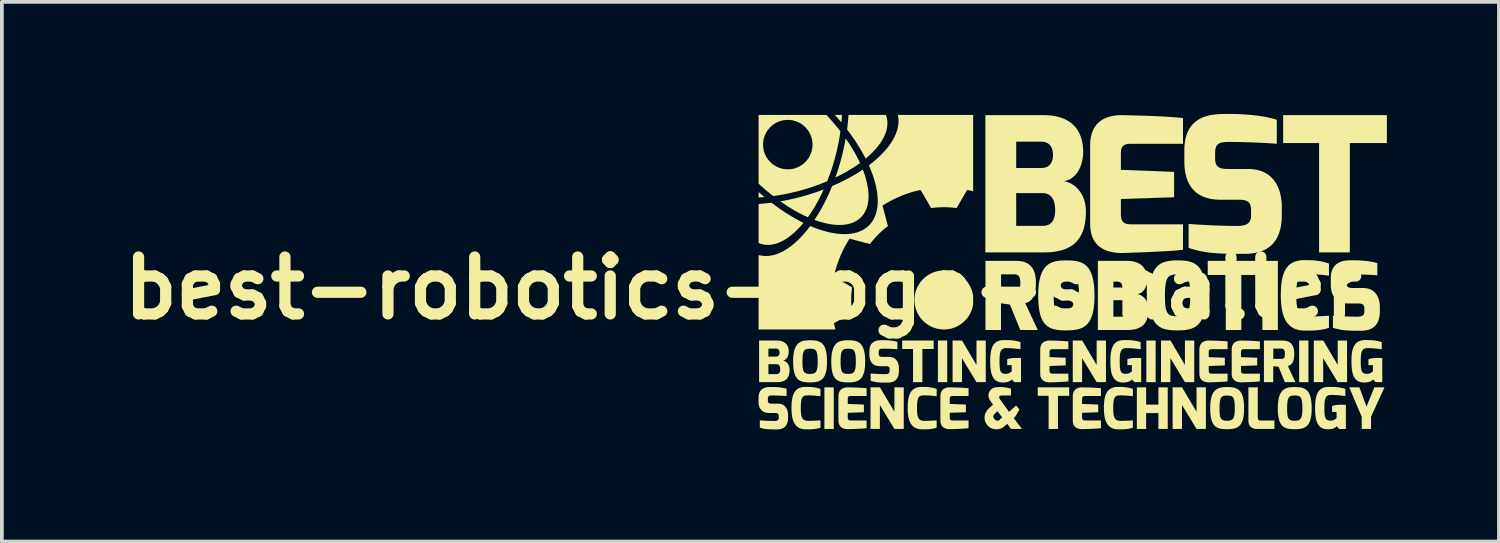
<source format=kicad_pcb>
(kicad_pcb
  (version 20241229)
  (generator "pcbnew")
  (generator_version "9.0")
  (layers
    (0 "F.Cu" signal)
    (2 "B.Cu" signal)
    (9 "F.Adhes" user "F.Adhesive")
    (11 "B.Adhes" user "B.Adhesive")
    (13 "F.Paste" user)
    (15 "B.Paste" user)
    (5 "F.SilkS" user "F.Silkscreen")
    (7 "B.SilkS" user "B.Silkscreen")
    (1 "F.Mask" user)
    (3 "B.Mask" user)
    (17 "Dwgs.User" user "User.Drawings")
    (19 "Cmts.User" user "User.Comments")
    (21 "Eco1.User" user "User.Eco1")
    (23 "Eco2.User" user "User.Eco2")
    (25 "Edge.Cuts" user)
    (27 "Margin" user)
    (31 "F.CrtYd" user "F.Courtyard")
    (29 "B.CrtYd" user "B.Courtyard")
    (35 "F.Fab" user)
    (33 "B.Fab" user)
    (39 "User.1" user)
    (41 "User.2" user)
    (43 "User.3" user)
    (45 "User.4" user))
  (footprint "best-robotics-logo-smaller"
    (layer "F.Cu")
    (at 27.458 4.665)
    (property "Reference" "best-robotics-logo-smaller" (at -10.615 0 0) (layer "F.SilkS") (effects (font (size 1.524 1.524) (thickness 0.3))))
    (attr board_only exclude_from_pos_files exclude_from_bom)
    (fp_poly (pts (xy -8.187 3.769) (xy -8.437 3.769) (xy -8.437 2.655) (xy -8.187 2.655)) (stroke (width -0.000001) (type solid)) (fill yes) (layer "F.SilkS"))
    (fp_poly (pts (xy -5.15 2.516) (xy -5.399 2.516) (xy -5.399 1.401) (xy -5.15 1.401)) (stroke (width -0.000001) (type solid)) (fill yes) (layer "F.SilkS"))
    (fp_poly (pts (xy 0.431 2.516) (xy 0.181 2.516) (xy 0.181 1.401) (xy 0.431 1.401)) (stroke (width -0.000001) (type solid)) (fill yes) (layer "F.SilkS"))
    (fp_poly (pts (xy 3.702 1.12) (xy 3.288 1.12) (xy 3.288 -0.731) (xy 3.702 -0.731)) (stroke (width -0.000001) (type solid)) (fill yes) (layer "F.SilkS"))
    (fp_poly (pts (xy 4.521 2.516) (xy 4.272 2.516) (xy 4.272 1.401) (xy 4.521 1.401)) (stroke (width -0.000001) (type solid)) (fill yes) (layer "F.SilkS"))
    (fp_poly (pts (xy -10.16 -2.54) (xy -10.121 -2.506) (xy -10.082 -2.473) (xy -10.043 -2.44) (xy -10.082 -2.436) (xy -10.121 -2.434) (xy -10.199 -2.429) (xy -10.199 -2.574)) (stroke (width -0.000001) (type solid)) (fill yes) (layer "F.SilkS"))
    (fp_poly (pts (xy -5.513 1.628) (xy -5.814 1.628) (xy -5.814 2.516) (xy -6.064 2.516) (xy -6.064 1.628) (xy -6.355 1.628) (xy -6.355 1.401) (xy -5.513 1.401)) (stroke (width -0.000001) (type solid)) (fill yes) (layer "F.SilkS"))
    (fp_poly (pts (xy -1.884 2.882) (xy -2.185 2.882) (xy -2.185 3.769) (xy -2.435 3.769) (xy -2.435 2.882) (xy -2.726 2.882) (xy -2.726 2.655) (xy -1.884 2.655)) (stroke (width -0.000001) (type solid)) (fill yes) (layer "F.SilkS"))
    (fp_poly (pts (xy 3.223 -0.354) (xy 2.724 -0.354) (xy 2.724 1.12) (xy 2.309 1.12) (xy 2.309 -0.354) (xy 1.825 -0.354) (xy 1.825 -0.731) (xy 3.223 -0.731)) (stroke (width -0.000001) (type solid)) (fill yes) (layer "F.SilkS"))
    (fp_poly (pts (xy 6.621 -3.885) (xy 5.629 -3.885) (xy 5.629 -0.958) (xy 4.806 -0.958) (xy 4.806 -3.885) (xy 3.844 -3.885) (xy 3.844 -4.633) (xy 6.621 -4.633)) (stroke (width -0.000001) (type solid)) (fill yes) (layer "F.SilkS"))
    (fp_poly (pts (xy -7.97 -4.588) (xy -7.974 -4.538) (xy -7.978 -4.487) (xy -7.982 -4.437) (xy -8.025 -4.487) (xy -8.068 -4.537) (xy -8.113 -4.588) (xy -8.158 -4.638) (xy -7.968 -4.638)) (stroke (width -0.000001) (type solid)) (fill yes) (layer "F.SilkS"))
    (fp_poly (pts (xy 6.076 3.171) (xy 6.285 2.655) (xy 6.557 2.655) (xy 6.197 3.442) (xy 6.197 3.769) (xy 5.947 3.769) (xy 5.947 3.442) (xy 5.613 2.655) (xy 5.885 2.655)) (stroke (width -0.000001) (type solid)) (fill yes) (layer "F.SilkS"))
    (fp_poly (pts (xy -6.563 3.308) (xy -6.563 2.655) (xy -6.313 2.655) (xy -6.313 3.769) (xy -6.563 3.769) (xy -6.952 3.128) (xy -6.952 3.769) (xy -7.203 3.769) (xy -7.203 2.655) (xy -6.95 2.655)) (stroke (width -0.000001) (type solid)) (fill yes) (layer "F.SilkS"))
    (fp_poly (pts (xy -4.366 2.055) (xy -4.366 1.401) (xy -4.117 1.401) (xy -4.117 2.516) (xy -4.366 2.516) (xy -4.755 1.874) (xy -4.755 2.516) (xy -5.006 2.516) (xy -5.006 1.401) (xy -4.754 1.401)) (stroke (width -0.000001) (type solid)) (fill yes) (layer "F.SilkS"))
    (fp_poly (pts (xy -1.149 2.055) (xy -1.149 1.401) (xy -0.899 1.401) (xy -0.899 2.516) (xy -1.149 2.516) (xy -1.538 1.874) (xy -1.538 2.516) (xy -1.789 2.516) (xy -1.789 1.401) (xy -1.536 1.401)) (stroke (width -0.000001) (type solid)) (fill yes) (layer "F.SilkS"))
    (fp_poly (pts (xy 1.214 2.055) (xy 1.214 1.401) (xy 1.464 1.401) (xy 1.464 2.516) (xy 1.214 2.516) (xy 0.825 1.874) (xy 0.825 2.516) (xy 0.574 2.516) (xy 0.574 1.401) (xy 0.827 1.401)) (stroke (width -0.000001) (type solid)) (fill yes) (layer "F.SilkS"))
    (fp_poly (pts (xy 1.525 3.308) (xy 1.525 2.655) (xy 1.775 2.655) (xy 1.775 3.769) (xy 1.525 3.769) (xy 1.136 3.128) (xy 1.136 3.769) (xy 0.885 3.769) (xy 0.885 2.655) (xy 1.138 2.655)) (stroke (width -0.000001) (type solid)) (fill yes) (layer "F.SilkS"))
    (fp_poly (pts (xy 5.305 2.055) (xy 5.305 1.401) (xy 5.555 1.401) (xy 5.555 2.516) (xy 5.305 2.516) (xy 4.916 1.874) (xy 4.916 2.516) (xy 4.665 2.516) (xy 4.665 1.401) (xy 4.918 1.401)) (stroke (width -0.000001) (type solid)) (fill yes) (layer "F.SilkS"))
    (fp_poly (pts (xy 0.176 3.117) (xy 0.504 3.117) (xy 0.504 2.655) (xy 0.754 2.655) (xy 0.754 3.769) (xy 0.504 3.769) (xy 0.504 3.344) (xy 0.176 3.344) (xy 0.176 3.769) (xy -0.073 3.769) (xy -0.073 2.655) (xy 0.176 2.655)) (stroke (width -0.000001) (type solid)) (fill yes) (layer "F.SilkS"))
    (fp_poly (pts (xy -7.81 -3.925) (xy -7.756 -3.842) (xy -7.703 -3.759) (xy -7.654 -3.676) (xy -7.607 -3.594) (xy -7.563 -3.512) (xy -7.522 -3.431) (xy -7.484 -3.351) (xy -7.557 -3.299) (xy -7.633 -3.248) (xy -7.711 -3.198) (xy -7.793 -3.148) (xy -7.877 -3.1) (xy -7.964 -3.053) (xy -8.053 -3.007) (xy -8.144 -2.962) (xy -8.102 -3.083) (xy -8.062 -3.207) (xy -8.043 -3.27) (xy -8.024 -3.333) (xy -8.006 -3.397) (xy -7.988 -3.461) (xy -7.97 -3.53) (xy -7.953 -3.599) (xy -7.937 -3.668) (xy -7.921 -3.736) (xy -7.907 -3.805) (xy -7.893 -3.873) (xy -7.88 -3.94) (xy -7.868 -4.008)) (stroke (width -0.000001) (type solid)) (fill yes) (layer "F.SilkS"))
    (fp_poly (pts (xy -8.505 -2.539) (xy -8.555 -2.438) (xy -8.606 -2.34) (xy -8.658 -2.245) (xy -8.712 -2.153) (xy -8.767 -2.065) (xy -8.823 -1.98) (xy -8.88 -1.899) (xy -8.97 -1.94) (xy -9.061 -1.985) (xy -9.153 -2.033) (xy -9.245 -2.085) (xy -9.337 -2.14) (xy -9.431 -2.198) (xy -9.524 -2.26) (xy -9.618 -2.325) (xy -9.547 -2.337) (xy -9.477 -2.351) (xy -9.406 -2.365) (xy -9.334 -2.381) (xy -9.263 -2.397) (xy -9.191 -2.414) (xy -9.119 -2.432) (xy -9.047 -2.451) (xy -8.97 -2.472) (xy -8.895 -2.494) (xy -8.82 -2.517) (xy -8.745 -2.541) (xy -8.672 -2.565) (xy -8.599 -2.59) (xy -8.527 -2.616) (xy -8.457 -2.642)) (stroke (width -0.000001) (type solid)) (fill yes) (layer "F.SilkS"))
    (fp_poly (pts (xy -6.786 -4.624) (xy -6.783 -4.617) (xy -6.781 -4.61) (xy -6.779 -4.602) (xy -6.776 -4.595) (xy -6.774 -4.588) (xy -6.772 -4.581) (xy -6.764 -4.548) (xy -6.758 -4.515) (xy -6.754 -4.481) (xy -6.751 -4.447) (xy -6.75 -4.413) (xy -6.752 -4.379) (xy -6.754 -4.345) (xy -6.759 -4.31) (xy -6.765 -4.275) (xy -6.773 -4.24) (xy -6.782 -4.205) (xy -6.794 -4.17) (xy -6.821 -4.1) (xy -6.855 -4.029) (xy -6.894 -3.958) (xy -6.94 -3.887) (xy -6.992 -3.816) (xy -7.049 -3.746) (xy -7.112 -3.676) (xy -7.181 -3.606) (xy -7.255 -3.537) (xy -7.333 -3.469) (xy -7.384 -3.565) (xy -7.438 -3.662) (xy -7.495 -3.759) (xy -7.556 -3.856) (xy -7.619 -3.954) (xy -7.687 -4.052) (xy -7.757 -4.15) (xy -7.83 -4.247) (xy -7.818 -4.346) (xy -7.808 -4.445) (xy -7.799 -4.542) (xy -7.792 -4.638) (xy -6.791 -4.638)) (stroke (width -0.000001) (type solid)) (fill yes) (layer "F.SilkS"))
    (fp_poly (pts (xy -9.747 -2.208) (xy -9.639 -2.13) (xy -9.531 -2.057) (xy -9.424 -1.987) (xy -9.316 -1.921) (xy -9.209 -1.86) (xy -9.103 -1.802) (xy -8.998 -1.749) (xy -9.066 -1.669) (xy -9.134 -1.595) (xy -9.204 -1.526) (xy -9.274 -1.462) (xy -9.345 -1.404) (xy -9.415 -1.351) (xy -9.486 -1.305) (xy -9.557 -1.265) (xy -9.628 -1.231) (xy -9.699 -1.203) (xy -9.734 -1.191) (xy -9.769 -1.182) (xy -9.804 -1.174) (xy -9.839 -1.167) (xy -9.874 -1.163) (xy -9.908 -1.16) (xy -9.943 -1.159) (xy -9.977 -1.159) (xy -10.011 -1.161) (xy -10.044 -1.166) (xy -10.078 -1.172) (xy -10.111 -1.18) (xy -10.122 -1.183) (xy -10.133 -1.186) (xy -10.145 -1.19) (xy -10.156 -1.194) (xy -10.166 -1.198) (xy -10.177 -1.202) (xy -10.188 -1.207) (xy -10.199 -1.211) (xy -10.199 -2.254) (xy -10.114 -2.261) (xy -10.029 -2.269) (xy -9.942 -2.278) (xy -9.855 -2.289)) (stroke (width -0.000001) (type solid)) (fill yes) (layer "F.SilkS"))
    (fp_poly (pts (xy -7.372 -3.074) (xy -7.34 -2.975) (xy -7.313 -2.879) (xy -7.291 -2.784) (xy -7.274 -2.692) (xy -7.263 -2.603) (xy -7.257 -2.516) (xy -7.256 -2.433) (xy -7.261 -2.352) (xy -7.266 -2.313) (xy -7.272 -2.275) (xy -7.279 -2.238) (xy -7.288 -2.202) (xy -7.298 -2.167) (xy -7.31 -2.133) (xy -7.323 -2.1) (xy -7.338 -2.068) (xy -7.354 -2.037) (xy -7.372 -2.007) (xy -7.391 -1.978) (xy -7.411 -1.951) (xy -7.434 -1.924) (xy -7.457 -1.899) (xy -7.508 -1.853) (xy -7.563 -1.814) (xy -7.622 -1.78) (xy -7.685 -1.751) (xy -7.753 -1.729) (xy -7.824 -1.712) (xy -7.899 -1.7) (xy -7.977 -1.693) (xy -8.058 -1.692) (xy -8.143 -1.697) (xy -8.23 -1.706) (xy -8.32 -1.721) (xy -8.412 -1.74) (xy -8.507 -1.764) (xy -8.604 -1.794) (xy -8.702 -1.828) (xy -8.638 -1.928) (xy -8.574 -2.032) (xy -8.513 -2.14) (xy -8.453 -2.252) (xy -8.394 -2.367) (xy -8.338 -2.486) (xy -8.283 -2.608) (xy -8.231 -2.734) (xy -8.118 -2.784) (xy -8.007 -2.835) (xy -7.9 -2.888) (xy -7.795 -2.943) (xy -7.694 -2.999) (xy -7.596 -3.056) (xy -7.501 -3.115) (xy -7.409 -3.175)) (stroke (width -0.000001) (type solid)) (fill yes) (layer "F.SilkS"))
    (fp_poly (pts (xy 3.164 3.463) (xy 3.164 3.471) (xy 3.164 3.478) (xy 3.165 3.484) (xy 3.166 3.49) (xy 3.167 3.495) (xy 3.169 3.501) (xy 3.171 3.505) (xy 3.172 3.51) (xy 3.175 3.514) (xy 3.177 3.517) (xy 3.179 3.521) (xy 3.182 3.524) (xy 3.185 3.527) (xy 3.188 3.529) (xy 3.191 3.531) (xy 3.195 3.533) (xy 3.198 3.535) (xy 3.202 3.536) (xy 3.205 3.538) (xy 3.209 3.539) (xy 3.213 3.54) (xy 3.217 3.54) (xy 3.225 3.541) (xy 3.233 3.542) (xy 3.242 3.542) (xy 3.258 3.543) (xy 3.61 3.543) (xy 3.61 3.769) (xy 3.156 3.769) (xy 3.132 3.769) (xy 3.108 3.767) (xy 3.085 3.763) (xy 3.063 3.758) (xy 3.042 3.752) (xy 3.032 3.748) (xy 3.022 3.743) (xy 3.013 3.738) (xy 3.004 3.733) (xy 2.995 3.727) (xy 2.986 3.721) (xy 2.978 3.714) (xy 2.971 3.707) (xy 2.963 3.699) (xy 2.956 3.69) (xy 2.95 3.682) (xy 2.944 3.672) (xy 2.939 3.662) (xy 2.934 3.651) (xy 2.929 3.64) (xy 2.925 3.628) (xy 2.922 3.616) (xy 2.919 3.602) (xy 2.917 3.589) (xy 2.915 3.574) (xy 2.914 3.559) (xy 2.914 3.543) (xy 2.914 2.655) (xy 3.164 2.655)) (stroke (width -0.000001) (type solid)) (fill yes) (layer "F.SilkS"))
    (fp_poly (pts (xy -3.251 -0.73) (xy -3.196 -0.724) (xy -3.144 -0.716) (xy -3.119 -0.71) (xy -3.095 -0.703) (xy -3.071 -0.695) (xy -3.048 -0.686) (xy -3.026 -0.676) (xy -3.004 -0.665) (xy -2.984 -0.652) (xy -2.964 -0.639) (xy -2.945 -0.624) (xy -2.926 -0.608) (xy -2.909 -0.59) (xy -2.893 -0.571) (xy -2.877 -0.551) (xy -2.863 -0.529) (xy -2.85 -0.506) (xy -2.837 -0.482) (xy -2.826 -0.455) (xy -2.816 -0.428) (xy -2.806 -0.398) (xy -2.798 -0.368) (xy -2.792 -0.335) (xy -2.786 -0.301) (xy -2.781 -0.265) (xy -2.778 -0.227) (xy -2.776 -0.188) (xy -2.776 -0.146) (xy -2.778 -0.067) (xy -2.78 -0.03) (xy -2.783 0.005) (xy -2.787 0.037) (xy -2.792 0.068) (xy -2.798 0.097) (xy -2.804 0.124) (xy -2.811 0.149) (xy -2.819 0.172) (xy -2.827 0.194) (xy -2.836 0.215) (xy -2.845 0.234) (xy -2.855 0.251) (xy -2.875 0.282) (xy -2.897 0.308) (xy -2.92 0.33) (xy -2.944 0.349) (xy -2.968 0.364) (xy -2.992 0.376) (xy -3.016 0.387) (xy -3.061 0.403) (xy -2.724 1.12) (xy -3.194 1.12) (xy -3.47 0.439) (xy -3.71 0.404) (xy -3.71 1.12) (xy -4.125 1.12) (xy -4.125 -0.371) (xy -3.708 -0.371) (xy -3.708 0.086) (xy -3.355 0.086) (xy -3.332 0.085) (xy -3.322 0.084) (xy -3.312 0.083) (xy -3.302 0.082) (xy -3.293 0.08) (xy -3.284 0.078) (xy -3.276 0.075) (xy -3.269 0.072) (xy -3.261 0.069) (xy -3.255 0.065) (xy -3.248 0.06) (xy -3.242 0.056) (xy -3.237 0.05) (xy -3.231 0.044) (xy -3.227 0.038) (xy -3.222 0.031) (xy -3.218 0.024) (xy -3.214 0.016) (xy -3.211 0.007) (xy -3.208 -0.002) (xy -3.205 -0.012) (xy -3.203 -0.022) (xy -3.2 -0.033) (xy -3.199 -0.045) (xy -3.197 -0.057) (xy -3.195 -0.084) (xy -3.193 -0.114) (xy -3.193 -0.146) (xy -3.193 -0.176) (xy -3.195 -0.204) (xy -3.198 -0.229) (xy -3.202 -0.252) (xy -3.208 -0.272) (xy -3.211 -0.282) (xy -3.215 -0.29) (xy -3.219 -0.299) (xy -3.223 -0.307) (xy -3.227 -0.314) (xy -3.232 -0.321) (xy -3.237 -0.327) (xy -3.243 -0.333) (xy -3.248 -0.339) (xy -3.255 -0.344) (xy -3.261 -0.348) (xy -3.268 -0.352) (xy -3.275 -0.356) (xy -3.282 -0.359) (xy -3.29 -0.362) (xy -3.298 -0.364) (xy -3.307 -0.366) (xy -3.316 -0.368) (xy -3.334 -0.37) (xy -3.355 -0.371) (xy -3.708 -0.371) (xy -4.125 -0.371) (xy -4.125 -0.731) (xy -3.307 -0.731)) (stroke (width -0.000001) (type solid)) (fill yes) (layer "F.SilkS"))
    (fp_poly (pts (xy 3.855 1.402) (xy 3.888 1.405) (xy 3.919 1.411) (xy 3.935 1.414) (xy 3.949 1.418) (xy 3.964 1.423) (xy 3.977 1.428) (xy 3.991 1.435) (xy 4.004 1.441) (xy 4.016 1.449) (xy 4.028 1.457) (xy 4.04 1.466) (xy 4.051 1.476) (xy 4.061 1.486) (xy 4.071 1.498) (xy 4.08 1.51) (xy 4.089 1.523) (xy 4.097 1.537) (xy 4.104 1.552) (xy 4.111 1.568) (xy 4.117 1.584) (xy 4.123 1.602) (xy 4.128 1.62) (xy 4.132 1.64) (xy 4.135 1.661) (xy 4.138 1.682) (xy 4.14 1.705) (xy 4.141 1.729) (xy 4.141 1.754) (xy 4.14 1.802) (xy 4.139 1.824) (xy 4.137 1.845) (xy 4.134 1.864) (xy 4.132 1.883) (xy 4.128 1.9) (xy 4.124 1.916) (xy 4.12 1.931) (xy 4.116 1.946) (xy 4.111 1.959) (xy 4.105 1.971) (xy 4.1 1.983) (xy 4.094 1.993) (xy 4.081 2.012) (xy 4.068 2.028) (xy 4.054 2.041) (xy 4.04 2.052) (xy 4.026 2.061) (xy 4.011 2.068) (xy 3.997 2.075) (xy 3.97 2.085) (xy 4.172 2.516) (xy 3.889 2.516) (xy 3.723 2.107) (xy 3.579 2.085) (xy 3.579 2.516) (xy 3.329 2.516) (xy 3.329 1.618) (xy 3.58 1.618) (xy 3.58 1.893) (xy 3.793 1.893) (xy 3.806 1.893) (xy 3.813 1.893) (xy 3.819 1.892) (xy 3.824 1.891) (xy 3.83 1.89) (xy 3.835 1.889) (xy 3.84 1.887) (xy 3.845 1.885) (xy 3.849 1.883) (xy 3.853 1.881) (xy 3.857 1.878) (xy 3.86 1.875) (xy 3.864 1.872) (xy 3.867 1.869) (xy 3.87 1.865) (xy 3.873 1.861) (xy 3.875 1.856) (xy 3.877 1.851) (xy 3.879 1.846) (xy 3.881 1.841) (xy 3.883 1.835) (xy 3.884 1.829) (xy 3.886 1.822) (xy 3.887 1.815) (xy 3.888 1.807) (xy 3.889 1.791) (xy 3.89 1.773) (xy 3.89 1.754) (xy 3.89 1.736) (xy 3.889 1.719) (xy 3.887 1.704) (xy 3.884 1.69) (xy 3.881 1.678) (xy 3.879 1.672) (xy 3.877 1.667) (xy 3.875 1.662) (xy 3.872 1.657) (xy 3.869 1.653) (xy 3.867 1.649) (xy 3.863 1.645) (xy 3.86 1.641) (xy 3.857 1.638) (xy 3.853 1.635) (xy 3.849 1.632) (xy 3.845 1.63) (xy 3.841 1.627) (xy 3.836 1.626) (xy 3.831 1.624) (xy 3.827 1.622) (xy 3.821 1.621) (xy 3.816 1.62) (xy 3.805 1.619) (xy 3.793 1.618) (xy 3.58 1.618) (xy 3.329 1.618) (xy 3.329 1.401) (xy 3.821 1.401)) (stroke (width -0.000001) (type solid)) (fill yes) (layer "F.SilkS"))
    (fp_poly (pts (xy -7.605 2.66) (xy -7.523 2.663) (xy -7.441 2.668) (xy -7.367 2.673) (xy -7.335 2.676) (xy -7.308 2.679) (xy -7.308 2.887) (xy -7.733 2.887) (xy -7.74 2.887) (xy -7.747 2.888) (xy -7.753 2.888) (xy -7.759 2.889) (xy -7.765 2.89) (xy -7.77 2.892) (xy -7.775 2.893) (xy -7.779 2.895) (xy -7.783 2.897) (xy -7.787 2.899) (xy -7.79 2.901) (xy -7.793 2.903) (xy -7.796 2.906) (xy -7.798 2.909) (xy -7.8 2.912) (xy -7.802 2.915) (xy -7.804 2.918) (xy -7.806 2.921) (xy -7.807 2.924) (xy -7.808 2.928) (xy -7.809 2.931) (xy -7.81 2.935) (xy -7.811 2.942) (xy -7.812 2.949) (xy -7.812 2.957) (xy -7.812 2.973) (xy -7.812 3.099) (xy -7.38 3.115) (xy -7.38 3.322) (xy -7.812 3.336) (xy -7.812 3.462) (xy -7.812 3.47) (xy -7.812 3.476) (xy -7.811 3.483) (xy -7.81 3.489) (xy -7.809 3.494) (xy -7.807 3.5) (xy -7.806 3.504) (xy -7.804 3.509) (xy -7.802 3.513) (xy -7.799 3.516) (xy -7.797 3.52) (xy -7.794 3.523) (xy -7.791 3.525) (xy -7.788 3.528) (xy -7.785 3.53) (xy -7.782 3.532) (xy -7.778 3.534) (xy -7.775 3.535) (xy -7.771 3.537) (xy -7.767 3.538) (xy -7.763 3.539) (xy -7.759 3.539) (xy -7.751 3.54) (xy -7.743 3.541) (xy -7.735 3.541) (xy -7.718 3.541) (xy -7.308 3.541) (xy -7.308 3.748) (xy -7.362 3.754) (xy -7.432 3.759) (xy -7.591 3.767) (xy -7.786 3.774) (xy -7.806 3.774) (xy -7.827 3.774) (xy -7.849 3.772) (xy -7.871 3.77) (xy -7.894 3.765) (xy -7.917 3.759) (xy -7.929 3.755) (xy -7.94 3.75) (xy -7.951 3.745) (xy -7.961 3.739) (xy -7.972 3.733) (xy -7.982 3.726) (xy -7.992 3.718) (xy -8.001 3.71) (xy -8.01 3.701) (xy -8.018 3.691) (xy -8.026 3.68) (xy -8.033 3.668) (xy -8.039 3.655) (xy -8.045 3.642) (xy -8.05 3.627) (xy -8.054 3.612) (xy -8.058 3.595) (xy -8.06 3.577) (xy -8.062 3.559) (xy -8.062 3.539) (xy -8.062 2.898) (xy -8.062 2.879) (xy -8.06 2.861) (xy -8.058 2.844) (xy -8.055 2.828) (xy -8.052 2.812) (xy -8.047 2.798) (xy -8.042 2.784) (xy -8.036 2.772) (xy -8.03 2.76) (xy -8.023 2.749) (xy -8.016 2.738) (xy -8.008 2.729) (xy -7.999 2.72) (xy -7.991 2.712) (xy -7.981 2.704) (xy -7.972 2.697) (xy -7.962 2.691) (xy -7.952 2.686) (xy -7.941 2.681) (xy -7.931 2.676) (xy -7.92 2.672) (xy -7.909 2.668) (xy -7.887 2.663) (xy -7.865 2.659) (xy -7.843 2.656) (xy -7.822 2.655) (xy -7.802 2.655)) (stroke (width -0.000001) (type solid)) (fill yes) (layer "F.SilkS"))
    (fp_poly (pts (xy -4.875 2.66) (xy -4.793 2.663) (xy -4.711 2.668) (xy -4.637 2.673) (xy -4.605 2.676) (xy -4.578 2.679) (xy -4.578 2.887) (xy -5.003 2.887) (xy -5.01 2.887) (xy -5.017 2.888) (xy -5.023 2.888) (xy -5.029 2.889) (xy -5.035 2.89) (xy -5.04 2.892) (xy -5.045 2.893) (xy -5.049 2.895) (xy -5.053 2.897) (xy -5.057 2.899) (xy -5.06 2.901) (xy -5.063 2.903) (xy -5.066 2.906) (xy -5.068 2.909) (xy -5.07 2.912) (xy -5.072 2.915) (xy -5.074 2.918) (xy -5.076 2.921) (xy -5.077 2.924) (xy -5.078 2.928) (xy -5.079 2.931) (xy -5.08 2.935) (xy -5.081 2.942) (xy -5.082 2.949) (xy -5.082 2.957) (xy -5.082 2.973) (xy -5.082 3.099) (xy -4.65 3.115) (xy -4.65 3.322) (xy -5.082 3.336) (xy -5.082 3.462) (xy -5.082 3.47) (xy -5.082 3.476) (xy -5.081 3.483) (xy -5.08 3.489) (xy -5.079 3.494) (xy -5.077 3.5) (xy -5.076 3.504) (xy -5.074 3.509) (xy -5.071 3.513) (xy -5.069 3.516) (xy -5.067 3.52) (xy -5.064 3.523) (xy -5.061 3.525) (xy -5.058 3.528) (xy -5.055 3.53) (xy -5.052 3.532) (xy -5.048 3.534) (xy -5.044 3.535) (xy -5.041 3.537) (xy -5.037 3.538) (xy -5.033 3.539) (xy -5.029 3.539) (xy -5.021 3.54) (xy -5.013 3.541) (xy -5.005 3.541) (xy -4.988 3.541) (xy -4.578 3.541) (xy -4.578 3.748) (xy -4.632 3.754) (xy -4.702 3.759) (xy -4.861 3.767) (xy -5.056 3.774) (xy -5.076 3.774) (xy -5.097 3.774) (xy -5.119 3.772) (xy -5.141 3.77) (xy -5.164 3.765) (xy -5.187 3.759) (xy -5.198 3.755) (xy -5.21 3.75) (xy -5.221 3.745) (xy -5.231 3.739) (xy -5.242 3.733) (xy -5.252 3.726) (xy -5.262 3.718) (xy -5.271 3.71) (xy -5.28 3.701) (xy -5.288 3.691) (xy -5.296 3.68) (xy -5.303 3.668) (xy -5.309 3.655) (xy -5.315 3.642) (xy -5.32 3.627) (xy -5.324 3.612) (xy -5.328 3.595) (xy -5.33 3.577) (xy -5.332 3.559) (xy -5.332 3.539) (xy -5.332 2.898) (xy -5.332 2.879) (xy -5.33 2.861) (xy -5.328 2.844) (xy -5.325 2.828) (xy -5.322 2.812) (xy -5.317 2.798) (xy -5.312 2.784) (xy -5.306 2.772) (xy -5.3 2.76) (xy -5.293 2.749) (xy -5.286 2.738) (xy -5.278 2.729) (xy -5.269 2.72) (xy -5.26 2.712) (xy -5.251 2.704) (xy -5.242 2.697) (xy -5.232 2.691) (xy -5.222 2.686) (xy -5.211 2.681) (xy -5.201 2.676) (xy -5.19 2.672) (xy -5.179 2.668) (xy -5.157 2.663) (xy -5.135 2.659) (xy -5.113 2.656) (xy -5.092 2.655) (xy -5.072 2.655)) (stroke (width -0.000001) (type solid)) (fill yes) (layer "F.SilkS"))
    (fp_poly (pts (xy -2.203 1.407) (xy -2.121 1.41) (xy -2.039 1.414) (xy -1.965 1.42) (xy -1.933 1.423) (xy -1.906 1.426) (xy -1.906 1.634) (xy -2.331 1.634) (xy -2.338 1.634) (xy -2.345 1.635) (xy -2.351 1.635) (xy -2.357 1.636) (xy -2.362 1.637) (xy -2.368 1.638) (xy -2.372 1.64) (xy -2.377 1.642) (xy -2.381 1.643) (xy -2.384 1.646) (xy -2.388 1.648) (xy -2.391 1.65) (xy -2.393 1.653) (xy -2.396 1.655) (xy -2.398 1.658) (xy -2.4 1.661) (xy -2.402 1.664) (xy -2.403 1.668) (xy -2.405 1.671) (xy -2.406 1.674) (xy -2.407 1.678) (xy -2.408 1.681) (xy -2.409 1.689) (xy -2.41 1.696) (xy -2.41 1.704) (xy -2.41 1.719) (xy -2.41 1.846) (xy -1.978 1.862) (xy -1.978 2.068) (xy -2.41 2.083) (xy -2.41 2.209) (xy -2.41 2.216) (xy -2.409 2.223) (xy -2.409 2.23) (xy -2.408 2.236) (xy -2.406 2.241) (xy -2.405 2.246) (xy -2.403 2.251) (xy -2.401 2.255) (xy -2.399 2.259) (xy -2.397 2.263) (xy -2.394 2.266) (xy -2.392 2.27) (xy -2.389 2.272) (xy -2.386 2.275) (xy -2.383 2.277) (xy -2.379 2.279) (xy -2.376 2.281) (xy -2.372 2.282) (xy -2.369 2.283) (xy -2.365 2.284) (xy -2.361 2.285) (xy -2.357 2.286) (xy -2.349 2.287) (xy -2.341 2.288) (xy -2.332 2.288) (xy -2.316 2.288) (xy -1.906 2.288) (xy -1.906 2.495) (xy -1.96 2.501) (xy -2.03 2.506) (xy -2.189 2.514) (xy -2.384 2.521) (xy -2.404 2.521) (xy -2.424 2.521) (xy -2.446 2.519) (xy -2.469 2.516) (xy -2.492 2.512) (xy -2.515 2.505) (xy -2.526 2.502) (xy -2.537 2.497) (xy -2.548 2.492) (xy -2.559 2.486) (xy -2.57 2.48) (xy -2.58 2.473) (xy -2.589 2.465) (xy -2.599 2.457) (xy -2.608 2.447) (xy -2.616 2.437) (xy -2.624 2.426) (xy -2.631 2.415) (xy -2.637 2.402) (xy -2.643 2.388) (xy -2.648 2.374) (xy -2.652 2.358) (xy -2.655 2.342) (xy -2.658 2.324) (xy -2.659 2.305) (xy -2.66 2.286) (xy -2.66 1.645) (xy -2.659 1.626) (xy -2.658 1.608) (xy -2.656 1.591) (xy -2.653 1.574) (xy -2.649 1.559) (xy -2.645 1.545) (xy -2.64 1.531) (xy -2.634 1.518) (xy -2.628 1.507) (xy -2.621 1.496) (xy -2.613 1.485) (xy -2.605 1.476) (xy -2.597 1.467) (xy -2.588 1.459) (xy -2.579 1.451) (xy -2.569 1.444) (xy -2.56 1.438) (xy -2.549 1.432) (xy -2.539 1.427) (xy -2.529 1.423) (xy -2.518 1.419) (xy -2.507 1.415) (xy -2.485 1.41) (xy -2.463 1.406) (xy -2.441 1.403) (xy -2.42 1.402) (xy -2.399 1.401)) (stroke (width -0.000001) (type solid)) (fill yes) (layer "F.SilkS"))
    (fp_poly (pts (xy -1.331 2.66) (xy -1.249 2.663) (xy -1.168 2.668) (xy -1.094 2.673) (xy -1.062 2.676) (xy -1.034 2.679) (xy -1.034 2.887) (xy -1.459 2.887) (xy -1.467 2.887) (xy -1.473 2.888) (xy -1.48 2.888) (xy -1.486 2.889) (xy -1.491 2.89) (xy -1.496 2.892) (xy -1.501 2.893) (xy -1.505 2.895) (xy -1.509 2.897) (xy -1.513 2.899) (xy -1.516 2.901) (xy -1.519 2.903) (xy -1.522 2.906) (xy -1.525 2.909) (xy -1.527 2.912) (xy -1.529 2.915) (xy -1.531 2.918) (xy -1.532 2.921) (xy -1.533 2.924) (xy -1.535 2.928) (xy -1.535 2.931) (xy -1.536 2.935) (xy -1.537 2.942) (xy -1.538 2.949) (xy -1.539 2.957) (xy -1.539 2.973) (xy -1.539 3.099) (xy -1.107 3.115) (xy -1.107 3.322) (xy -1.539 3.336) (xy -1.539 3.462) (xy -1.539 3.47) (xy -1.538 3.476) (xy -1.537 3.483) (xy -1.536 3.489) (xy -1.535 3.494) (xy -1.534 3.5) (xy -1.532 3.504) (xy -1.53 3.509) (xy -1.528 3.513) (xy -1.525 3.516) (xy -1.523 3.52) (xy -1.52 3.523) (xy -1.517 3.525) (xy -1.514 3.528) (xy -1.511 3.53) (xy -1.508 3.532) (xy -1.504 3.534) (xy -1.501 3.535) (xy -1.497 3.537) (xy -1.493 3.538) (xy -1.49 3.539) (xy -1.486 3.539) (xy -1.478 3.54) (xy -1.469 3.541) (xy -1.461 3.541) (xy -1.444 3.541) (xy -1.034 3.541) (xy -1.034 3.748) (xy -1.089 3.754) (xy -1.159 3.759) (xy -1.318 3.767) (xy -1.513 3.774) (xy -1.532 3.774) (xy -1.553 3.774) (xy -1.575 3.772) (xy -1.598 3.77) (xy -1.621 3.765) (xy -1.644 3.759) (xy -1.655 3.755) (xy -1.666 3.75) (xy -1.677 3.745) (xy -1.688 3.739) (xy -1.698 3.733) (xy -1.708 3.726) (xy -1.718 3.718) (xy -1.727 3.71) (xy -1.736 3.701) (xy -1.744 3.691) (xy -1.752 3.68) (xy -1.759 3.668) (xy -1.766 3.655) (xy -1.771 3.642) (xy -1.776 3.627) (xy -1.781 3.612) (xy -1.784 3.595) (xy -1.786 3.577) (xy -1.788 3.559) (xy -1.788 3.539) (xy -1.788 2.898) (xy -1.788 2.879) (xy -1.787 2.861) (xy -1.785 2.844) (xy -1.782 2.828) (xy -1.778 2.812) (xy -1.774 2.798) (xy -1.768 2.784) (xy -1.763 2.772) (xy -1.756 2.76) (xy -1.749 2.749) (xy -1.742 2.738) (xy -1.734 2.729) (xy -1.726 2.72) (xy -1.717 2.712) (xy -1.708 2.704) (xy -1.698 2.697) (xy -1.688 2.691) (xy -1.678 2.686) (xy -1.668 2.681) (xy -1.657 2.676) (xy -1.646 2.672) (xy -1.636 2.668) (xy -1.614 2.663) (xy -1.592 2.659) (xy -1.57 2.656) (xy -1.548 2.655) (xy -1.528 2.655)) (stroke (width -0.000001) (type solid)) (fill yes) (layer "F.SilkS"))
    (fp_poly (pts (xy 0.184 -4.615) (xy 0.455 -4.605) (xy 0.723 -4.591) (xy 0.967 -4.573) (xy 1.072 -4.564) (xy 1.163 -4.553) (xy 1.163 -3.866) (xy -0.239 -3.866) (xy -0.262 -3.866) (xy -0.285 -3.864) (xy -0.305 -3.862) (xy -0.325 -3.86) (xy -0.343 -3.856) (xy -0.36 -3.852) (xy -0.375 -3.847) (xy -0.39 -3.841) (xy -0.403 -3.835) (xy -0.415 -3.828) (xy -0.426 -3.821) (xy -0.436 -3.813) (xy -0.445 -3.804) (xy -0.453 -3.796) (xy -0.461 -3.786) (xy -0.467 -3.776) (xy -0.473 -3.766) (xy -0.478 -3.756) (xy -0.482 -3.745) (xy -0.486 -3.734) (xy -0.489 -3.722) (xy -0.492 -3.71) (xy -0.496 -3.686) (xy -0.498 -3.661) (xy -0.499 -3.636) (xy -0.5 -3.585) (xy -0.5 -3.168) (xy 0.925 -3.114) (xy 0.925 -2.434) (xy -0.5 -2.388) (xy -0.5 -1.971) (xy -0.499 -1.947) (xy -0.498 -1.924) (xy -0.495 -1.903) (xy -0.492 -1.883) (xy -0.488 -1.865) (xy -0.483 -1.848) (xy -0.477 -1.832) (xy -0.471 -1.818) (xy -0.464 -1.805) (xy -0.456 -1.792) (xy -0.448 -1.781) (xy -0.439 -1.771) (xy -0.43 -1.762) (xy -0.42 -1.754) (xy -0.409 -1.747) (xy -0.398 -1.741) (xy -0.387 -1.735) (xy -0.375 -1.73) (xy -0.363 -1.726) (xy -0.351 -1.722) (xy -0.338 -1.719) (xy -0.325 -1.717) (xy -0.298 -1.713) (xy -0.271 -1.711) (xy -0.244 -1.71) (xy -0.188 -1.71) (xy 1.163 -1.71) (xy 1.163 -1.028) (xy 0.984 -1.009) (xy 0.753 -0.993) (xy 0.229 -0.966) (xy -0.414 -0.943) (xy -0.478 -0.942) (xy -0.547 -0.943) (xy -0.619 -0.948) (xy -0.694 -0.958) (xy -0.77 -0.973) (xy -0.845 -0.993) (xy -0.883 -1.006) (xy -0.92 -1.021) (xy -0.956 -1.038) (xy -0.991 -1.057) (xy -1.026 -1.078) (xy -1.059 -1.101) (xy -1.091 -1.126) (xy -1.122 -1.154) (xy -1.151 -1.185) (xy -1.178 -1.218) (xy -1.204 -1.254) (xy -1.227 -1.293) (xy -1.248 -1.334) (xy -1.267 -1.379) (xy -1.284 -1.427) (xy -1.298 -1.479) (xy -1.308 -1.533) (xy -1.317 -1.591) (xy -1.321 -1.653) (xy -1.323 -1.719) (xy -1.323 -3.83) (xy -1.322 -3.893) (xy -1.317 -3.953) (xy -1.31 -4.009) (xy -1.301 -4.063) (xy -1.288 -4.113) (xy -1.274 -4.161) (xy -1.257 -4.205) (xy -1.238 -4.247) (xy -1.217 -4.286) (xy -1.195 -4.323) (xy -1.17 -4.357) (xy -1.144 -4.388) (xy -1.116 -4.418) (xy -1.087 -4.445) (xy -1.057 -4.469) (xy -1.025 -4.492) (xy -0.993 -4.512) (xy -0.959 -4.531) (xy -0.925 -4.548) (xy -0.89 -4.563) (xy -0.855 -4.576) (xy -0.819 -4.588) (xy -0.747 -4.606) (xy -0.674 -4.62) (xy -0.602 -4.628) (xy -0.532 -4.632) (xy -0.465 -4.633)) (stroke (width -0.000001) (type solid)) (fill yes) (layer "F.SilkS"))
    (fp_poly (pts (xy 2.059 1.407) (xy 2.141 1.41) (xy 2.222 1.414) (xy 2.296 1.42) (xy 2.328 1.423) (xy 2.356 1.426) (xy 2.356 1.634) (xy 1.93 1.634) (xy 1.923 1.634) (xy 1.916 1.635) (xy 1.91 1.635) (xy 1.904 1.636) (xy 1.899 1.637) (xy 1.894 1.638) (xy 1.889 1.64) (xy 1.885 1.642) (xy 1.881 1.643) (xy 1.877 1.646) (xy 1.874 1.648) (xy 1.87 1.65) (xy 1.868 1.653) (xy 1.865 1.655) (xy 1.863 1.658) (xy 1.861 1.661) (xy 1.859 1.664) (xy 1.858 1.668) (xy 1.856 1.671) (xy 1.855 1.674) (xy 1.854 1.678) (xy 1.854 1.681) (xy 1.852 1.689) (xy 1.852 1.696) (xy 1.851 1.704) (xy 1.851 1.719) (xy 1.851 1.846) (xy 2.283 1.862) (xy 2.283 2.068) (xy 1.851 2.083) (xy 1.851 2.209) (xy 1.851 2.216) (xy 1.852 2.223) (xy 1.853 2.23) (xy 1.854 2.236) (xy 1.855 2.241) (xy 1.856 2.246) (xy 1.858 2.251) (xy 1.86 2.255) (xy 1.862 2.259) (xy 1.864 2.263) (xy 1.867 2.266) (xy 1.87 2.27) (xy 1.872 2.272) (xy 1.875 2.275) (xy 1.879 2.277) (xy 1.882 2.279) (xy 1.885 2.281) (xy 1.889 2.282) (xy 1.893 2.283) (xy 1.896 2.284) (xy 1.9 2.285) (xy 1.904 2.286) (xy 1.912 2.287) (xy 1.92 2.288) (xy 1.929 2.288) (xy 1.946 2.288) (xy 2.356 2.288) (xy 2.356 2.495) (xy 2.301 2.501) (xy 2.231 2.506) (xy 2.072 2.514) (xy 1.877 2.521) (xy 1.858 2.521) (xy 1.837 2.521) (xy 1.815 2.519) (xy 1.792 2.516) (xy 1.769 2.512) (xy 1.746 2.505) (xy 1.735 2.502) (xy 1.724 2.497) (xy 1.713 2.492) (xy 1.702 2.486) (xy 1.692 2.48) (xy 1.681 2.473) (xy 1.672 2.465) (xy 1.662 2.457) (xy 1.654 2.447) (xy 1.645 2.437) (xy 1.638 2.426) (xy 1.63 2.415) (xy 1.624 2.402) (xy 1.618 2.388) (xy 1.613 2.374) (xy 1.609 2.358) (xy 1.606 2.342) (xy 1.603 2.324) (xy 1.602 2.305) (xy 1.601 2.286) (xy 1.601 1.645) (xy 1.602 1.626) (xy 1.603 1.608) (xy 1.605 1.591) (xy 1.608 1.574) (xy 1.612 1.559) (xy 1.616 1.545) (xy 1.621 1.531) (xy 1.627 1.518) (xy 1.633 1.507) (xy 1.64 1.496) (xy 1.648 1.485) (xy 1.656 1.476) (xy 1.664 1.467) (xy 1.673 1.459) (xy 1.682 1.451) (xy 1.692 1.444) (xy 1.702 1.438) (xy 1.712 1.432) (xy 1.722 1.427) (xy 1.733 1.423) (xy 1.743 1.419) (xy 1.754 1.415) (xy 1.776 1.41) (xy 1.798 1.406) (xy 1.82 1.403) (xy 1.841 1.402) (xy 1.862 1.401)) (stroke (width -0.000001) (type solid)) (fill yes) (layer "F.SilkS"))
    (fp_poly (pts (xy 2.924 1.407) (xy 3.006 1.41) (xy 3.087 1.414) (xy 3.161 1.42) (xy 3.193 1.423) (xy 3.221 1.426) (xy 3.221 1.634) (xy 2.796 1.634) (xy 2.788 1.634) (xy 2.782 1.635) (xy 2.775 1.635) (xy 2.77 1.636) (xy 2.764 1.637) (xy 2.759 1.638) (xy 2.754 1.64) (xy 2.75 1.642) (xy 2.746 1.643) (xy 2.742 1.646) (xy 2.739 1.648) (xy 2.736 1.65) (xy 2.733 1.653) (xy 2.731 1.655) (xy 2.728 1.658) (xy 2.726 1.661) (xy 2.725 1.664) (xy 2.723 1.668) (xy 2.722 1.671) (xy 2.721 1.674) (xy 2.72 1.678) (xy 2.719 1.681) (xy 2.718 1.689) (xy 2.717 1.696) (xy 2.717 1.704) (xy 2.716 1.719) (xy 2.716 1.846) (xy 3.149 1.862) (xy 3.149 2.068) (xy 2.716 2.083) (xy 2.716 2.209) (xy 2.717 2.216) (xy 2.717 2.223) (xy 2.718 2.23) (xy 2.719 2.236) (xy 2.72 2.241) (xy 2.722 2.246) (xy 2.723 2.251) (xy 2.725 2.255) (xy 2.727 2.259) (xy 2.73 2.263) (xy 2.732 2.266) (xy 2.735 2.27) (xy 2.738 2.272) (xy 2.741 2.275) (xy 2.744 2.277) (xy 2.747 2.279) (xy 2.751 2.281) (xy 2.754 2.282) (xy 2.758 2.283) (xy 2.762 2.284) (xy 2.766 2.285) (xy 2.769 2.286) (xy 2.778 2.287) (xy 2.786 2.288) (xy 2.794 2.288) (xy 2.811 2.288) (xy 3.221 2.288) (xy 3.221 2.495) (xy 3.167 2.501) (xy 3.096 2.506) (xy 2.938 2.514) (xy 2.742 2.521) (xy 2.723 2.521) (xy 2.702 2.521) (xy 2.68 2.519) (xy 2.657 2.516) (xy 2.635 2.512) (xy 2.612 2.505) (xy 2.6 2.502) (xy 2.589 2.497) (xy 2.578 2.492) (xy 2.567 2.486) (xy 2.557 2.48) (xy 2.547 2.473) (xy 2.537 2.465) (xy 2.528 2.457) (xy 2.519 2.447) (xy 2.511 2.437) (xy 2.503 2.426) (xy 2.496 2.415) (xy 2.489 2.402) (xy 2.484 2.388) (xy 2.479 2.374) (xy 2.474 2.358) (xy 2.471 2.342) (xy 2.469 2.324) (xy 2.467 2.305) (xy 2.467 2.286) (xy 2.467 1.645) (xy 2.467 1.626) (xy 2.468 1.608) (xy 2.471 1.591) (xy 2.474 1.574) (xy 2.477 1.559) (xy 2.482 1.545) (xy 2.487 1.531) (xy 2.492 1.518) (xy 2.499 1.507) (xy 2.506 1.496) (xy 2.513 1.485) (xy 2.521 1.476) (xy 2.529 1.467) (xy 2.538 1.459) (xy 2.547 1.451) (xy 2.557 1.444) (xy 2.567 1.438) (xy 2.577 1.432) (xy 2.587 1.427) (xy 2.598 1.423) (xy 2.609 1.419) (xy 2.62 1.415) (xy 2.642 1.41) (xy 2.664 1.406) (xy 2.685 1.403) (xy 2.707 1.402) (xy 2.727 1.401)) (stroke (width -0.000001) (type solid)) (fill yes) (layer "F.SilkS"))
    (fp_poly (pts (xy -5.2 -0.474) (xy -5.162 -0.471) (xy -5.124 -0.467) (xy -5.087 -0.46) (xy -5.049 -0.452) (xy -5.012 -0.442) (xy -4.976 -0.431) (xy -4.94 -0.417) (xy -4.905 -0.402) (xy -4.87 -0.384) (xy -4.836 -0.366) (xy -4.803 -0.345) (xy -4.77 -0.322) (xy -4.739 -0.298) (xy -4.708 -0.272) (xy -4.679 -0.244) (xy -4.655 -0.219) (xy -4.633 -0.194) (xy -4.613 -0.169) (xy -4.593 -0.143) (xy -4.575 -0.116) (xy -4.558 -0.088) (xy -4.542 -0.06) (xy -4.527 -0.032) (xy -4.514 -0.003) (xy -4.502 0.026) (xy -4.491 0.056) (xy -4.481 0.086) (xy -4.473 0.116) (xy -4.466 0.147) (xy -4.46 0.178) (xy -4.455 0.209) (xy -4.455 0.422) (xy -4.46 0.453) (xy -4.466 0.484) (xy -4.473 0.514) (xy -4.481 0.545) (xy -4.491 0.574) (xy -4.502 0.604) (xy -4.514 0.633) (xy -4.527 0.662) (xy -4.542 0.691) (xy -4.557 0.719) (xy -4.574 0.746) (xy -4.593 0.773) (xy -4.612 0.799) (xy -4.633 0.825) (xy -4.655 0.85) (xy -4.678 0.874) (xy -4.707 0.902) (xy -4.738 0.928) (xy -4.769 0.952) (xy -4.802 0.975) (xy -4.835 0.996) (xy -4.869 1.015) (xy -4.904 1.032) (xy -4.939 1.047) (xy -4.975 1.061) (xy -5.011 1.073) (xy -5.048 1.083) (xy -5.085 1.091) (xy -5.123 1.097) (xy -5.161 1.102) (xy -5.198 1.105) (xy -5.236 1.106) (xy -5.274 1.105) (xy -5.312 1.102) (xy -5.35 1.097) (xy -5.387 1.091) (xy -5.424 1.083) (xy -5.461 1.073) (xy -5.498 1.061) (xy -5.534 1.048) (xy -5.569 1.033) (xy -5.604 1.015) (xy -5.638 0.996) (xy -5.671 0.976) (xy -5.704 0.953) (xy -5.735 0.929) (xy -5.766 0.902) (xy -5.795 0.874) (xy -5.823 0.845) (xy -5.849 0.815) (xy -5.874 0.783) (xy -5.896 0.751) (xy -5.917 0.717) (xy -5.936 0.683) (xy -5.954 0.649) (xy -5.969 0.613) (xy -5.982 0.577) (xy -5.994 0.541) (xy -6.004 0.504) (xy -6.012 0.467) (xy -6.019 0.429) (xy -6.023 0.392) (xy -6.026 0.354) (xy -6.027 0.316) (xy -6.026 0.278) (xy -6.023 0.24) (xy -6.019 0.203) (xy -6.013 0.165) (xy -6.005 0.128) (xy -5.995 0.091) (xy -5.983 0.055) (xy -5.969 0.019) (xy -5.954 -0.017) (xy -5.937 -0.051) (xy -5.918 -0.086) (xy -5.897 -0.119) (xy -5.875 -0.151) (xy -5.85 -0.183) (xy -5.824 -0.213) (xy -5.796 -0.243) (xy -5.766 -0.271) (xy -5.736 -0.297) (xy -5.704 -0.322) (xy -5.672 -0.344) (xy -5.639 -0.365) (xy -5.605 -0.384) (xy -5.57 -0.401) (xy -5.535 -0.417) (xy -5.499 -0.43) (xy -5.462 -0.442) (xy -5.426 -0.452) (xy -5.388 -0.46) (xy -5.351 -0.466) (xy -5.313 -0.471) (xy -5.275 -0.474) (xy -5.237 -0.475)) (stroke (width -0.000001) (type solid)) (fill yes) (layer "F.SilkS"))
    (fp_poly (pts (xy -8.872 2.643) (xy -8.815 2.645) (xy -8.764 2.649) (xy -8.74 2.652) (xy -8.718 2.655) (xy -8.695 2.658) (xy -8.674 2.662) (xy -8.652 2.666) (xy -8.631 2.672) (xy -8.588 2.683) (xy -8.543 2.698) (xy -8.543 2.893) (xy -8.573 2.889) (xy -8.606 2.885) (xy -8.649 2.881) (xy -8.699 2.877) (xy -8.753 2.873) (xy -8.782 2.872) (xy -8.811 2.87) (xy -8.84 2.87) (xy -8.869 2.869) (xy -8.894 2.87) (xy -8.918 2.871) (xy -8.93 2.872) (xy -8.94 2.873) (xy -8.951 2.875) (xy -8.96 2.877) (xy -8.97 2.88) (xy -8.979 2.883) (xy -8.987 2.887) (xy -8.995 2.892) (xy -9.003 2.897) (xy -9.01 2.904) (xy -9.016 2.911) (xy -9.023 2.919) (xy -9.029 2.928) (xy -9.034 2.938) (xy -9.039 2.949) (xy -9.044 2.961) (xy -9.048 2.974) (xy -9.052 2.988) (xy -9.055 3.004) (xy -9.058 3.021) (xy -9.061 3.04) (xy -9.063 3.06) (xy -9.065 3.081) (xy -9.066 3.104) (xy -9.068 3.128) (xy -9.068 3.155) (xy -9.069 3.212) (xy -9.069 3.257) (xy -9.067 3.298) (xy -9.065 3.336) (xy -9.061 3.371) (xy -9.056 3.402) (xy -9.049 3.429) (xy -9.041 3.454) (xy -9.036 3.465) (xy -9.031 3.476) (xy -9.025 3.485) (xy -9.018 3.494) (xy -9.012 3.503) (xy -9.004 3.51) (xy -8.996 3.517) (xy -8.988 3.523) (xy -8.979 3.529) (xy -8.969 3.534) (xy -8.959 3.538) (xy -8.948 3.542) (xy -8.936 3.545) (xy -8.924 3.547) (xy -8.897 3.551) (xy -8.867 3.552) (xy -8.808 3.551) (xy -8.749 3.55) (xy -8.645 3.545) (xy -8.543 3.539) (xy -8.543 3.734) (xy -8.561 3.74) (xy -8.58 3.746) (xy -8.599 3.751) (xy -8.619 3.756) (xy -8.639 3.76) (xy -8.66 3.764) (xy -8.683 3.767) (xy -8.706 3.77) (xy -8.73 3.773) (xy -8.755 3.775) (xy -8.782 3.777) (xy -8.809 3.778) (xy -8.839 3.779) (xy -8.87 3.779) (xy -8.937 3.779) (xy -8.963 3.778) (xy -8.988 3.776) (xy -9.012 3.772) (xy -9.034 3.768) (xy -9.056 3.763) (xy -9.077 3.756) (xy -9.097 3.748) (xy -9.116 3.739) (xy -9.134 3.729) (xy -9.15 3.718) (xy -9.167 3.706) (xy -9.182 3.693) (xy -9.196 3.678) (xy -9.209 3.663) (xy -9.222 3.646) (xy -9.234 3.629) (xy -9.245 3.61) (xy -9.255 3.59) (xy -9.264 3.57) (xy -9.272 3.548) (xy -9.28 3.525) (xy -9.287 3.501) (xy -9.293 3.476) (xy -9.299 3.451) (xy -9.304 3.424) (xy -9.308 3.396) (xy -9.314 3.338) (xy -9.318 3.275) (xy -9.319 3.209) (xy -9.318 3.144) (xy -9.315 3.082) (xy -9.31 3.024) (xy -9.302 2.97) (xy -9.291 2.92) (xy -9.278 2.873) (xy -9.262 2.831) (xy -9.252 2.811) (xy -9.242 2.792) (xy -9.23 2.774) (xy -9.218 2.758) (xy -9.205 2.742) (xy -9.191 2.728) (xy -9.176 2.714) (xy -9.16 2.702) (xy -9.143 2.691) (xy -9.125 2.681) (xy -9.105 2.672) (xy -9.085 2.664) (xy -9.063 2.658) (xy -9.041 2.652) (xy -9.017 2.648) (xy -8.991 2.645) (xy -8.965 2.643) (xy -8.937 2.643)) (stroke (width -0.000001) (type solid)) (fill yes) (layer "F.SilkS"))
    (fp_poly (pts (xy -5.761 2.643) (xy -5.704 2.645) (xy -5.653 2.649) (xy -5.63 2.652) (xy -5.607 2.655) (xy -5.584 2.658) (xy -5.563 2.662) (xy -5.541 2.666) (xy -5.52 2.672) (xy -5.477 2.683) (xy -5.432 2.698) (xy -5.432 2.893) (xy -5.462 2.889) (xy -5.495 2.885) (xy -5.538 2.881) (xy -5.588 2.877) (xy -5.643 2.873) (xy -5.671 2.872) (xy -5.7 2.87) (xy -5.729 2.87) (xy -5.758 2.869) (xy -5.784 2.87) (xy -5.807 2.871) (xy -5.819 2.872) (xy -5.829 2.873) (xy -5.84 2.875) (xy -5.85 2.877) (xy -5.859 2.88) (xy -5.868 2.883) (xy -5.876 2.887) (xy -5.884 2.892) (xy -5.892 2.897) (xy -5.899 2.904) (xy -5.905 2.911) (xy -5.912 2.919) (xy -5.918 2.928) (xy -5.923 2.938) (xy -5.928 2.949) (xy -5.933 2.961) (xy -5.937 2.974) (xy -5.941 2.988) (xy -5.944 3.004) (xy -5.947 3.021) (xy -5.95 3.04) (xy -5.952 3.06) (xy -5.954 3.081) (xy -5.956 3.104) (xy -5.957 3.128) (xy -5.958 3.155) (xy -5.958 3.212) (xy -5.958 3.257) (xy -5.956 3.298) (xy -5.954 3.336) (xy -5.95 3.371) (xy -5.945 3.402) (xy -5.938 3.429) (xy -5.93 3.454) (xy -5.925 3.465) (xy -5.92 3.476) (xy -5.914 3.485) (xy -5.907 3.494) (xy -5.901 3.503) (xy -5.893 3.51) (xy -5.885 3.517) (xy -5.877 3.523) (xy -5.868 3.529) (xy -5.858 3.534) (xy -5.848 3.538) (xy -5.837 3.542) (xy -5.825 3.545) (xy -5.813 3.547) (xy -5.786 3.551) (xy -5.756 3.552) (xy -5.697 3.551) (xy -5.638 3.55) (xy -5.534 3.545) (xy -5.432 3.539) (xy -5.432 3.734) (xy -5.45 3.74) (xy -5.469 3.746) (xy -5.488 3.751) (xy -5.508 3.756) (xy -5.528 3.76) (xy -5.55 3.764) (xy -5.572 3.767) (xy -5.595 3.77) (xy -5.619 3.773) (xy -5.644 3.775) (xy -5.671 3.777) (xy -5.699 3.778) (xy -5.728 3.779) (xy -5.759 3.779) (xy -5.826 3.779) (xy -5.852 3.778) (xy -5.877 3.776) (xy -5.901 3.772) (xy -5.923 3.768) (xy -5.945 3.763) (xy -5.966 3.756) (xy -5.986 3.748) (xy -6.005 3.739) (xy -6.023 3.729) (xy -6.04 3.718) (xy -6.056 3.706) (xy -6.071 3.693) (xy -6.085 3.678) (xy -6.098 3.663) (xy -6.111 3.646) (xy -6.123 3.629) (xy -6.134 3.61) (xy -6.144 3.59) (xy -6.153 3.57) (xy -6.161 3.548) (xy -6.169 3.525) (xy -6.176 3.501) (xy -6.182 3.476) (xy -6.188 3.451) (xy -6.193 3.424) (xy -6.197 3.396) (xy -6.203 3.338) (xy -6.207 3.275) (xy -6.208 3.209) (xy -6.207 3.144) (xy -6.204 3.082) (xy -6.199 3.024) (xy -6.191 2.97) (xy -6.18 2.92) (xy -6.167 2.873) (xy -6.151 2.831) (xy -6.141 2.811) (xy -6.131 2.792) (xy -6.119 2.774) (xy -6.107 2.758) (xy -6.094 2.742) (xy -6.08 2.728) (xy -6.065 2.714) (xy -6.049 2.702) (xy -6.032 2.691) (xy -6.014 2.681) (xy -5.994 2.672) (xy -5.974 2.664) (xy -5.952 2.658) (xy -5.93 2.652) (xy -5.906 2.648) (xy -5.88 2.645) (xy -5.854 2.643) (xy -5.826 2.643)) (stroke (width -0.000001) (type solid)) (fill yes) (layer "F.SilkS"))
    (fp_poly (pts (xy -0.508 2.643) (xy -0.451 2.645) (xy -0.4 2.649) (xy -0.377 2.652) (xy -0.354 2.655) (xy -0.332 2.658) (xy -0.31 2.662) (xy -0.288 2.666) (xy -0.267 2.672) (xy -0.224 2.683) (xy -0.179 2.698) (xy -0.179 2.893) (xy -0.209 2.889) (xy -0.242 2.885) (xy -0.285 2.881) (xy -0.335 2.877) (xy -0.39 2.873) (xy -0.418 2.872) (xy -0.447 2.87) (xy -0.476 2.87) (xy -0.505 2.869) (xy -0.531 2.87) (xy -0.554 2.871) (xy -0.566 2.872) (xy -0.576 2.873) (xy -0.587 2.875) (xy -0.597 2.877) (xy -0.606 2.88) (xy -0.615 2.883) (xy -0.623 2.887) (xy -0.631 2.892) (xy -0.639 2.897) (xy -0.646 2.904) (xy -0.653 2.911) (xy -0.659 2.919) (xy -0.665 2.928) (xy -0.67 2.938) (xy -0.675 2.949) (xy -0.68 2.961) (xy -0.684 2.974) (xy -0.688 2.988) (xy -0.691 3.004) (xy -0.694 3.021) (xy -0.697 3.04) (xy -0.699 3.06) (xy -0.701 3.081) (xy -0.703 3.104) (xy -0.704 3.128) (xy -0.705 3.155) (xy -0.705 3.212) (xy -0.705 3.257) (xy -0.703 3.298) (xy -0.701 3.336) (xy -0.697 3.371) (xy -0.692 3.402) (xy -0.685 3.429) (xy -0.677 3.454) (xy -0.672 3.465) (xy -0.667 3.476) (xy -0.661 3.485) (xy -0.655 3.494) (xy -0.648 3.503) (xy -0.64 3.51) (xy -0.632 3.517) (xy -0.624 3.523) (xy -0.615 3.529) (xy -0.605 3.534) (xy -0.595 3.538) (xy -0.584 3.542) (xy -0.572 3.545) (xy -0.56 3.547) (xy -0.533 3.551) (xy -0.504 3.552) (xy -0.444 3.551) (xy -0.385 3.55) (xy -0.281 3.545) (xy -0.179 3.539) (xy -0.179 3.734) (xy -0.197 3.74) (xy -0.216 3.746) (xy -0.235 3.751) (xy -0.255 3.756) (xy -0.275 3.76) (xy -0.297 3.764) (xy -0.319 3.767) (xy -0.342 3.77) (xy -0.366 3.773) (xy -0.391 3.775) (xy -0.418 3.777) (xy -0.446 3.778) (xy -0.475 3.779) (xy -0.506 3.779) (xy -0.573 3.779) (xy -0.599 3.778) (xy -0.624 3.776) (xy -0.648 3.772) (xy -0.67 3.768) (xy -0.692 3.763) (xy -0.713 3.756) (xy -0.733 3.748) (xy -0.752 3.739) (xy -0.77 3.729) (xy -0.787 3.718) (xy -0.803 3.706) (xy -0.818 3.693) (xy -0.832 3.678) (xy -0.846 3.663) (xy -0.858 3.646) (xy -0.87 3.629) (xy -0.881 3.61) (xy -0.891 3.59) (xy -0.9 3.57) (xy -0.909 3.548) (xy -0.916 3.525) (xy -0.923 3.501) (xy -0.93 3.476) (xy -0.935 3.451) (xy -0.94 3.424) (xy -0.944 3.396) (xy -0.95 3.338) (xy -0.954 3.275) (xy -0.955 3.209) (xy -0.954 3.144) (xy -0.951 3.082) (xy -0.946 3.024) (xy -0.938 2.97) (xy -0.928 2.92) (xy -0.914 2.873) (xy -0.898 2.831) (xy -0.888 2.811) (xy -0.878 2.792) (xy -0.867 2.774) (xy -0.854 2.758) (xy -0.841 2.742) (xy -0.827 2.728) (xy -0.812 2.714) (xy -0.796 2.702) (xy -0.779 2.691) (xy -0.761 2.681) (xy -0.741 2.672) (xy -0.721 2.664) (xy -0.699 2.658) (xy -0.677 2.652) (xy -0.653 2.648) (xy -0.627 2.645) (xy -0.601 2.643) (xy -0.573 2.643)) (stroke (width -0.000001) (type solid)) (fill yes) (layer "F.SilkS"))
    (fp_poly (pts (xy 4.523 -0.75) (xy 4.618 -0.747) (xy 4.702 -0.741) (xy 4.742 -0.736) (xy 4.78 -0.731) (xy 4.817 -0.726) (xy 4.853 -0.719) (xy 4.888 -0.712) (xy 4.924 -0.703) (xy 4.995 -0.683) (xy 5.07 -0.66) (xy 5.07 -0.336) (xy 5.02 -0.342) (xy 4.965 -0.348) (xy 4.894 -0.355) (xy 4.811 -0.362) (xy 4.72 -0.369) (xy 4.673 -0.371) (xy 4.625 -0.373) (xy 4.577 -0.374) (xy 4.529 -0.375) (xy 4.486 -0.374) (xy 4.446 -0.372) (xy 4.428 -0.371) (xy 4.41 -0.368) (xy 4.393 -0.366) (xy 4.377 -0.362) (xy 4.361 -0.357) (xy 4.346 -0.352) (xy 4.332 -0.345) (xy 4.319 -0.337) (xy 4.307 -0.328) (xy 4.295 -0.318) (xy 4.284 -0.306) (xy 4.273 -0.293) (xy 4.264 -0.278) (xy 4.255 -0.262) (xy 4.246 -0.243) (xy 4.239 -0.223) (xy 4.232 -0.201) (xy 4.225 -0.177) (xy 4.22 -0.151) (xy 4.215 -0.123) (xy 4.21 -0.092) (xy 4.206 -0.059) (xy 4.203 -0.023) (xy 4.201 0.015) (xy 4.199 0.055) (xy 4.197 0.099) (xy 4.196 0.194) (xy 4.197 0.269) (xy 4.199 0.338) (xy 4.203 0.4) (xy 4.21 0.457) (xy 4.218 0.509) (xy 4.229 0.555) (xy 4.243 0.596) (xy 4.251 0.614) (xy 4.26 0.632) (xy 4.27 0.648) (xy 4.28 0.663) (xy 4.292 0.676) (xy 4.304 0.689) (xy 4.317 0.7) (xy 4.331 0.711) (xy 4.346 0.72) (xy 4.362 0.728) (xy 4.38 0.735) (xy 4.398 0.742) (xy 4.417 0.747) (xy 4.438 0.751) (xy 4.482 0.756) (xy 4.531 0.758) (xy 4.63 0.757) (xy 4.727 0.755) (xy 4.9 0.747) (xy 5.07 0.737) (xy 5.07 1.06) (xy 5.04 1.071) (xy 5.009 1.08) (xy 4.977 1.089) (xy 4.944 1.097) (xy 4.91 1.104) (xy 4.875 1.111) (xy 4.838 1.116) (xy 4.8 1.121) (xy 4.76 1.125) (xy 4.718 1.129) (xy 4.674 1.132) (xy 4.627 1.134) (xy 4.578 1.135) (xy 4.527 1.136) (xy 4.415 1.135) (xy 4.372 1.133) (xy 4.331 1.13) (xy 4.292 1.125) (xy 4.254 1.117) (xy 4.218 1.108) (xy 4.183 1.097) (xy 4.15 1.084) (xy 4.119 1.069) (xy 4.089 1.053) (xy 4.061 1.034) (xy 4.034 1.014) (xy 4.009 0.992) (xy 3.986 0.968) (xy 3.963 0.942) (xy 3.942 0.915) (xy 3.923 0.886) (xy 3.905 0.855) (xy 3.888 0.822) (xy 3.873 0.788) (xy 3.859 0.752) (xy 3.846 0.714) (xy 3.834 0.674) (xy 3.824 0.633) (xy 3.815 0.59) (xy 3.807 0.546) (xy 3.8 0.5) (xy 3.789 0.403) (xy 3.783 0.299) (xy 3.781 0.189) (xy 3.783 0.081) (xy 3.788 -0.021) (xy 3.797 -0.117) (xy 3.81 -0.207) (xy 3.827 -0.291) (xy 3.849 -0.368) (xy 3.877 -0.439) (xy 3.893 -0.472) (xy 3.91 -0.503) (xy 3.928 -0.532) (xy 3.949 -0.56) (xy 3.97 -0.586) (xy 3.994 -0.61) (xy 4.019 -0.632) (xy 4.045 -0.652) (xy 4.074 -0.671) (xy 4.104 -0.688) (xy 4.136 -0.702) (xy 4.17 -0.715) (xy 4.206 -0.726) (xy 4.244 -0.735) (xy 4.284 -0.742) (xy 4.325 -0.747) (xy 4.369 -0.75) (xy 4.415 -0.751)) (stroke (width -0.000001) (type solid)) (fill yes) (layer "F.SilkS"))
    (fp_poly (pts (xy -4.455 -2.592) (xy -4.495 -2.603) (xy -4.535 -2.613) (xy -4.575 -2.622) (xy -4.616 -2.631) (xy -4.898 -2.145) (xy -4.983 -2.155) (xy -5.068 -2.162) (xy -5.153 -2.167) (xy -5.239 -2.168) (xy -5.324 -2.166) (xy -5.409 -2.162) (xy -5.494 -2.155) (xy -5.579 -2.144) (xy -5.862 -2.63) (xy -5.929 -2.615) (xy -5.995 -2.599) (xy -6.062 -2.581) (xy -6.128 -2.562) (xy -6.193 -2.541) (xy -6.258 -2.518) (xy -6.323 -2.494) (xy -6.387 -2.469) (xy -6.451 -2.441) (xy -6.514 -2.413) (xy -6.577 -2.383) (xy -6.639 -2.351) (xy -6.701 -2.318) (xy -6.762 -2.283) (xy -6.822 -2.247) (xy -6.882 -2.209) (xy -6.737 -1.664) (xy -6.77 -1.638) (xy -6.804 -1.611) (xy -6.836 -1.584) (xy -6.869 -1.557) (xy -6.901 -1.528) (xy -6.932 -1.499) (xy -6.963 -1.47) (xy -6.994 -1.44) (xy -7.025 -1.409) (xy -7.054 -1.377) (xy -7.083 -1.346) (xy -7.111 -1.314) (xy -7.139 -1.281) (xy -7.166 -1.249) (xy -7.192 -1.215) (xy -7.218 -1.182) (xy -7.763 -1.326) (xy -7.801 -1.266) (xy -7.837 -1.206) (xy -7.872 -1.145) (xy -7.905 -1.083) (xy -7.937 -1.021) (xy -7.967 -0.958) (xy -7.995 -0.895) (xy -8.022 -0.831) (xy -8.048 -0.767) (xy -8.072 -0.702) (xy -8.094 -0.637) (xy -8.115 -0.571) (xy -8.135 -0.505) (xy -8.152 -0.439) (xy -8.169 -0.372) (xy -8.183 -0.306) (xy -7.697 -0.023) (xy -7.707 0.062) (xy -7.715 0.147) (xy -7.719 0.232) (xy -7.72 0.317) (xy -7.719 0.402) (xy -7.714 0.488) (xy -7.707 0.573) (xy -7.697 0.657) (xy -8.183 0.94) (xy -8.173 0.982) (xy -8.164 1.024) (xy -8.153 1.065) (xy -8.142 1.106) (xy -10.199 1.106) (xy -10.199 -0.888) (xy -10.19 -0.885) (xy -10.149 -0.876) (xy -10.107 -0.868) (xy -10.065 -0.864) (xy -10.023 -0.861) (xy -9.981 -0.861) (xy -9.938 -0.864) (xy -9.895 -0.869) (xy -9.852 -0.876) (xy -9.808 -0.885) (xy -9.765 -0.897) (xy -9.721 -0.91) (xy -9.678 -0.926) (xy -9.634 -0.945) (xy -9.59 -0.965) (xy -9.502 -1.012) (xy -9.414 -1.067) (xy -9.326 -1.13) (xy -9.239 -1.201) (xy -9.153 -1.28) (xy -9.067 -1.366) (xy -8.982 -1.458) (xy -8.899 -1.558) (xy -8.817 -1.664) (xy -8.692 -1.614) (xy -8.57 -1.57) (xy -8.45 -1.533) (xy -8.333 -1.502) (xy -8.219 -1.478) (xy -8.108 -1.461) (xy -8.001 -1.451) (xy -7.898 -1.447) (xy -7.847 -1.448) (xy -7.798 -1.451) (xy -7.75 -1.456) (xy -7.703 -1.462) (xy -7.657 -1.47) (xy -7.613 -1.48) (xy -7.569 -1.492) (xy -7.527 -1.506) (xy -7.487 -1.522) (xy -7.447 -1.539) (xy -7.409 -1.558) (xy -7.373 -1.58) (xy -7.337 -1.603) (xy -7.304 -1.628) (xy -7.272 -1.655) (xy -7.241 -1.684) (xy -7.212 -1.716) (xy -7.184 -1.749) (xy -7.136 -1.819) (xy -7.096 -1.895) (xy -7.063 -1.977) (xy -7.038 -2.065) (xy -7.021 -2.157) (xy -7.012 -2.254) (xy -7.01 -2.355) (xy -7.015 -2.46) (xy -7.027 -2.57) (xy -7.047 -2.683) (xy -7.073 -2.799) (xy -7.107 -2.918) (xy -7.147 -3.039) (xy -7.194 -3.163) (xy -7.247 -3.289) (xy -7.144 -3.37) (xy -7.046 -3.452) (xy -6.956 -3.536) (xy -6.872 -3.62) (xy -6.795 -3.705) (xy -6.725 -3.79) (xy -6.663 -3.876) (xy -6.609 -3.962) (xy -6.562 -4.049) (xy -6.523 -4.135) (xy -6.507 -4.178) (xy -6.493 -4.22) (xy -6.481 -4.263) (xy -6.471 -4.306) (xy -6.463 -4.348) (xy -6.458 -4.39) (xy -6.455 -4.432) (xy -6.454 -4.474) (xy -6.455 -4.515) (xy -6.458 -4.556) (xy -6.464 -4.597) (xy -6.473 -4.638) (xy -4.455 -4.638)) (stroke (width -0.000001) (type solid)) (fill yes) (layer "F.SilkS"))
    (fp_poly (pts (xy -8.335 -4.584) (xy -8.285 -4.529) (xy -8.237 -4.475) (xy -8.189 -4.42) (xy -8.142 -4.365) (xy -8.097 -4.31) (xy -8.053 -4.255) (xy -8.009 -4.2) (xy -8.022 -4.115) (xy -8.035 -4.029) (xy -8.05 -3.943) (xy -8.067 -3.856) (xy -8.085 -3.769) (xy -8.105 -3.681) (xy -8.126 -3.593) (xy -8.149 -3.504) (xy -8.172 -3.42) (xy -8.197 -3.337) (xy -8.222 -3.255) (xy -8.248 -3.175) (xy -8.276 -3.095) (xy -8.304 -3.017) (xy -8.333 -2.939) (xy -8.363 -2.863) (xy -8.449 -2.827) (xy -8.536 -2.793) (xy -8.625 -2.76) (xy -8.715 -2.727) (xy -8.807 -2.697) (xy -8.9 -2.667) (xy -8.995 -2.639) (xy -9.09 -2.612) (xy -9.182 -2.588) (xy -9.273 -2.566) (xy -9.364 -2.545) (xy -9.454 -2.526) (xy -9.543 -2.509) (xy -9.632 -2.493) (xy -9.721 -2.479) (xy -9.808 -2.466) (xy -9.857 -2.505) (xy -9.907 -2.545) (xy -9.956 -2.585) (xy -10.005 -2.626) (xy -10.053 -2.668) (xy -10.102 -2.711) (xy -10.151 -2.754) (xy -10.199 -2.799) (xy -10.199 -3.85) (xy -10.08 -3.85) (xy -10.079 -3.817) (xy -10.077 -3.785) (xy -10.073 -3.753) (xy -10.068 -3.721) (xy -10.061 -3.69) (xy -10.053 -3.659) (xy -10.044 -3.628) (xy -10.032 -3.598) (xy -10.02 -3.569) (xy -10.006 -3.541) (xy -9.991 -3.513) (xy -9.974 -3.486) (xy -9.956 -3.459) (xy -9.937 -3.434) (xy -9.917 -3.409) (xy -9.896 -3.386) (xy -9.873 -3.363) (xy -9.849 -3.342) (xy -9.824 -3.321) (xy -9.798 -3.302) (xy -9.771 -3.284) (xy -9.743 -3.268) (xy -9.714 -3.252) (xy -9.684 -3.238) (xy -9.653 -3.225) (xy -9.622 -3.214) (xy -9.589 -3.205) (xy -9.556 -3.197) (xy -9.523 -3.19) (xy -9.49 -3.186) (xy -9.457 -3.183) (xy -9.424 -3.182) (xy -9.391 -3.183) (xy -9.359 -3.185) (xy -9.327 -3.188) (xy -9.295 -3.194) (xy -9.264 -3.2) (xy -9.233 -3.208) (xy -9.202 -3.218) (xy -9.173 -3.229) (xy -9.143 -3.242) (xy -9.115 -3.256) (xy -9.087 -3.271) (xy -9.06 -3.287) (xy -9.034 -3.305) (xy -9.008 -3.324) (xy -8.984 -3.345) (xy -8.96 -3.366) (xy -8.938 -3.389) (xy -8.916 -3.412) (xy -8.896 -3.437) (xy -8.876 -3.463) (xy -8.858 -3.49) (xy -8.842 -3.518) (xy -8.826 -3.547) (xy -8.812 -3.577) (xy -8.8 -3.608) (xy -8.788 -3.64) (xy -8.779 -3.673) (xy -8.771 -3.706) (xy -8.765 -3.739) (xy -8.76 -3.772) (xy -8.757 -3.805) (xy -8.756 -3.838) (xy -8.757 -3.87) (xy -8.759 -3.903) (xy -8.762 -3.935) (xy -8.768 -3.967) (xy -8.774 -3.998) (xy -8.783 -4.029) (xy -8.792 -4.059) (xy -8.803 -4.089) (xy -8.816 -4.118) (xy -8.83 -4.147) (xy -8.845 -4.175) (xy -8.862 -4.202) (xy -8.879 -4.228) (xy -8.898 -4.253) (xy -8.919 -4.278) (xy -8.94 -4.302) (xy -8.963 -4.324) (xy -8.987 -4.346) (xy -9.011 -4.366) (xy -9.037 -4.385) (xy -9.064 -4.403) (xy -9.092 -4.42) (xy -9.121 -4.435) (xy -9.151 -4.449) (xy -9.182 -4.462) (xy -9.214 -4.473) (xy -9.247 -4.483) (xy -9.28 -4.491) (xy -9.313 -4.497) (xy -9.346 -4.502) (xy -9.379 -4.504) (xy -9.412 -4.505) (xy -9.445 -4.505) (xy -9.477 -4.503) (xy -9.509 -4.499) (xy -9.541 -4.494) (xy -9.572 -4.487) (xy -9.603 -4.479) (xy -9.633 -4.469) (xy -9.663 -4.458) (xy -9.692 -4.446) (xy -9.721 -4.432) (xy -9.749 -4.417) (xy -9.776 -4.4) (xy -9.802 -4.382) (xy -9.828 -4.363) (xy -9.852 -4.343) (xy -9.876 -4.321) (xy -9.898 -4.299) (xy -9.92 -4.275) (xy -9.94 -4.25) (xy -9.959 -4.224) (xy -9.977 -4.197) (xy -9.994 -4.169) (xy -10.01 -4.14) (xy -10.024 -4.11) (xy -10.036 -4.079) (xy -10.047 -4.048) (xy -10.057 -4.015) (xy -10.065 -3.982) (xy -10.071 -3.949) (xy -10.076 -3.916) (xy -10.078 -3.883) (xy -10.08 -3.85) (xy -10.199 -3.85) (xy -10.199 -4.638) (xy -8.386 -4.638)) (stroke (width -0.000001) (type solid)) (fill yes) (layer "F.SilkS"))
    (fp_poly (pts (xy -3.563 1.39) (xy -3.503 1.391) (xy -3.451 1.393) (xy -3.427 1.395) (xy -3.403 1.398) (xy -3.379 1.401) (xy -3.355 1.404) (xy -3.331 1.409) (xy -3.306 1.414) (xy -3.251 1.426) (xy -3.188 1.442) (xy -3.188 1.634) (xy -3.311 1.62) (xy -3.367 1.614) (xy -3.429 1.609) (xy -3.462 1.607) (xy -3.496 1.606) (xy -3.53 1.605) (xy -3.564 1.605) (xy -3.578 1.605) (xy -3.592 1.606) (xy -3.605 1.607) (xy -3.617 1.609) (xy -3.628 1.612) (xy -3.639 1.615) (xy -3.649 1.618) (xy -3.659 1.623) (xy -3.668 1.628) (xy -3.676 1.633) (xy -3.684 1.639) (xy -3.691 1.646) (xy -3.698 1.654) (xy -3.704 1.663) (xy -3.71 1.672) (xy -3.715 1.682) (xy -3.72 1.692) (xy -3.724 1.704) (xy -3.728 1.716) (xy -3.732 1.729) (xy -3.735 1.743) (xy -3.738 1.758) (xy -3.74 1.773) (xy -3.742 1.79) (xy -3.744 1.807) (xy -3.745 1.826) (xy -3.748 1.865) (xy -3.749 1.908) (xy -3.749 1.956) (xy -3.749 2.004) (xy -3.748 2.048) (xy -3.746 2.088) (xy -3.743 2.123) (xy -3.739 2.154) (xy -3.734 2.182) (xy -3.728 2.205) (xy -3.724 2.216) (xy -3.72 2.226) (xy -3.715 2.235) (xy -3.71 2.243) (xy -3.704 2.251) (xy -3.698 2.257) (xy -3.691 2.264) (xy -3.684 2.269) (xy -3.676 2.274) (xy -3.668 2.278) (xy -3.659 2.282) (xy -3.65 2.285) (xy -3.629 2.289) (xy -3.606 2.292) (xy -3.579 2.293) (xy -3.57 2.293) (xy -3.561 2.292) (xy -3.553 2.291) (xy -3.544 2.29) (xy -3.536 2.288) (xy -3.528 2.286) (xy -3.513 2.282) (xy -3.499 2.277) (xy -3.486 2.271) (xy -3.475 2.264) (xy -3.464 2.258) (xy -3.455 2.251) (xy -3.447 2.245) (xy -3.44 2.239) (xy -3.434 2.234) (xy -3.427 2.226) (xy -3.424 2.223) (xy -3.424 2.061) (xy -3.544 2.061) (xy -3.544 1.905) (xy -3.531 1.899) (xy -3.518 1.894) (xy -3.504 1.89) (xy -3.489 1.885) (xy -3.474 1.882) (xy -3.458 1.879) (xy -3.442 1.876) (xy -3.426 1.874) (xy -3.409 1.872) (xy -3.391 1.87) (xy -3.355 1.868) (xy -3.317 1.867) (xy -3.278 1.867) (xy -3.266 1.867) (xy -3.253 1.867) (xy -3.241 1.867) (xy -3.228 1.868) (xy -3.201 1.869) (xy -3.174 1.871) (xy -3.174 2.516) (xy -3.352 2.516) (xy -3.421 2.442) (xy -3.43 2.451) (xy -3.438 2.459) (xy -3.447 2.467) (xy -3.457 2.475) (xy -3.461 2.478) (xy -3.466 2.482) (xy -3.471 2.485) (xy -3.476 2.488) (xy -3.482 2.491) (xy -3.487 2.494) (xy -3.493 2.497) (xy -3.499 2.499) (xy -3.505 2.502) (xy -3.512 2.504) (xy -3.518 2.506) (xy -3.525 2.509) (xy -3.533 2.511) (xy -3.54 2.512) (xy -3.548 2.514) (xy -3.556 2.516) (xy -3.565 2.517) (xy -3.574 2.518) (xy -3.593 2.521) (xy -3.614 2.523) (xy -3.637 2.524) (xy -3.665 2.524) (xy -3.693 2.523) (xy -3.718 2.521) (xy -3.743 2.517) (xy -3.765 2.511) (xy -3.787 2.504) (xy -3.807 2.495) (xy -3.826 2.486) (xy -3.844 2.474) (xy -3.86 2.462) (xy -3.876 2.448) (xy -3.89 2.433) (xy -3.903 2.417) (xy -3.915 2.4) (xy -3.926 2.382) (xy -3.936 2.363) (xy -3.945 2.342) (xy -3.953 2.321) (xy -3.961 2.299) (xy -3.967 2.276) (xy -3.973 2.253) (xy -3.978 2.228) (xy -3.983 2.203) (xy -3.987 2.177) (xy -3.993 2.124) (xy -3.996 2.069) (xy -3.998 2.011) (xy -3.999 1.953) (xy -3.998 1.892) (xy -3.996 1.834) (xy -3.991 1.778) (xy -3.984 1.725) (xy -3.975 1.675) (xy -3.963 1.629) (xy -3.948 1.586) (xy -3.939 1.566) (xy -3.929 1.547) (xy -3.919 1.529) (xy -3.907 1.512) (xy -3.895 1.495) (xy -3.882 1.48) (xy -3.867 1.466) (xy -3.852 1.453) (xy -3.835 1.441) (xy -3.817 1.431) (xy -3.799 1.421) (xy -3.779 1.413) (xy -3.758 1.406) (xy -3.735 1.4) (xy -3.711 1.395) (xy -3.686 1.392) (xy -3.66 1.39) (xy -3.632 1.389)) (stroke (width -0.000001) (type solid)) (fill yes) (layer "F.SilkS"))
    (fp_poly (pts (xy -0.345 1.39) (xy -0.286 1.391) (xy -0.233 1.393) (xy -0.209 1.395) (xy -0.185 1.398) (xy -0.161 1.401) (xy -0.138 1.404) (xy -0.113 1.409) (xy -0.088 1.414) (xy -0.033 1.426) (xy 0.029 1.442) (xy 0.029 1.634) (xy -0.093 1.62) (xy -0.149 1.614) (xy -0.212 1.609) (xy -0.244 1.607) (xy -0.278 1.606) (xy -0.312 1.605) (xy -0.346 1.605) (xy -0.36 1.605) (xy -0.374 1.606) (xy -0.387 1.607) (xy -0.399 1.609) (xy -0.411 1.612) (xy -0.421 1.615) (xy -0.432 1.618) (xy -0.441 1.623) (xy -0.45 1.628) (xy -0.459 1.633) (xy -0.466 1.639) (xy -0.474 1.646) (xy -0.48 1.654) (xy -0.487 1.663) (xy -0.492 1.672) (xy -0.498 1.682) (xy -0.502 1.692) (xy -0.507 1.704) (xy -0.511 1.716) (xy -0.514 1.729) (xy -0.517 1.743) (xy -0.52 1.758) (xy -0.523 1.773) (xy -0.525 1.79) (xy -0.526 1.807) (xy -0.528 1.826) (xy -0.53 1.865) (xy -0.531 1.908) (xy -0.532 1.956) (xy -0.531 2.004) (xy -0.53 2.048) (xy -0.529 2.088) (xy -0.526 2.123) (xy -0.522 2.154) (xy -0.517 2.182) (xy -0.51 2.205) (xy -0.506 2.216) (xy -0.502 2.226) (xy -0.497 2.235) (xy -0.492 2.243) (xy -0.486 2.251) (xy -0.48 2.257) (xy -0.474 2.264) (xy -0.466 2.269) (xy -0.459 2.274) (xy -0.45 2.278) (xy -0.442 2.282) (xy -0.432 2.285) (xy -0.411 2.289) (xy -0.388 2.292) (xy -0.362 2.293) (xy -0.353 2.293) (xy -0.344 2.292) (xy -0.335 2.291) (xy -0.326 2.29) (xy -0.318 2.288) (xy -0.31 2.286) (xy -0.295 2.282) (xy -0.282 2.277) (xy -0.269 2.271) (xy -0.257 2.264) (xy -0.247 2.258) (xy -0.237 2.251) (xy -0.229 2.245) (xy -0.222 2.239) (xy -0.217 2.234) (xy -0.209 2.226) (xy -0.206 2.223) (xy -0.206 2.061) (xy -0.326 2.061) (xy -0.326 1.905) (xy -0.314 1.899) (xy -0.3 1.894) (xy -0.286 1.89) (xy -0.272 1.885) (xy -0.257 1.882) (xy -0.241 1.879) (xy -0.225 1.876) (xy -0.208 1.874) (xy -0.191 1.872) (xy -0.174 1.87) (xy -0.137 1.868) (xy -0.099 1.867) (xy -0.06 1.867) (xy -0.048 1.867) (xy -0.036 1.867) (xy -0.023 1.867) (xy -0.01 1.868) (xy 0.016 1.869) (xy 0.043 1.871) (xy 0.043 2.516) (xy -0.134 2.516) (xy -0.203 2.442) (xy -0.212 2.451) (xy -0.221 2.459) (xy -0.23 2.467) (xy -0.239 2.475) (xy -0.244 2.478) (xy -0.249 2.482) (xy -0.254 2.485) (xy -0.259 2.488) (xy -0.264 2.491) (xy -0.27 2.494) (xy -0.276 2.497) (xy -0.281 2.499) (xy -0.288 2.502) (xy -0.294 2.504) (xy -0.301 2.506) (xy -0.308 2.509) (xy -0.315 2.511) (xy -0.323 2.512) (xy -0.331 2.514) (xy -0.339 2.516) (xy -0.347 2.517) (xy -0.356 2.518) (xy -0.375 2.521) (xy -0.396 2.523) (xy -0.419 2.524) (xy -0.448 2.524) (xy -0.475 2.523) (xy -0.501 2.521) (xy -0.525 2.517) (xy -0.548 2.511) (xy -0.569 2.504) (xy -0.59 2.495) (xy -0.609 2.486) (xy -0.626 2.474) (xy -0.643 2.462) (xy -0.658 2.448) (xy -0.672 2.433) (xy -0.685 2.417) (xy -0.697 2.4) (xy -0.708 2.382) (xy -0.718 2.363) (xy -0.728 2.342) (xy -0.736 2.321) (xy -0.743 2.299) (xy -0.75 2.276) (xy -0.756 2.253) (xy -0.761 2.228) (xy -0.765 2.203) (xy -0.769 2.177) (xy -0.775 2.124) (xy -0.779 2.069) (xy -0.781 2.011) (xy -0.781 1.953) (xy -0.781 1.892) (xy -0.778 1.834) (xy -0.774 1.778) (xy -0.767 1.725) (xy -0.757 1.675) (xy -0.745 1.629) (xy -0.73 1.586) (xy -0.721 1.566) (xy -0.712 1.547) (xy -0.701 1.529) (xy -0.69 1.512) (xy -0.677 1.495) (xy -0.664 1.48) (xy -0.649 1.466) (xy -0.634 1.453) (xy -0.617 1.441) (xy -0.6 1.431) (xy -0.581 1.421) (xy -0.561 1.413) (xy -0.54 1.406) (xy -0.517 1.4) (xy -0.494 1.395) (xy -0.469 1.392) (xy -0.442 1.39) (xy -0.415 1.389)) (stroke (width -0.000001) (type solid)) (fill yes) (layer "F.SilkS"))
    (fp_poly (pts (xy 5.135 2.643) (xy 5.194 2.644) (xy 5.247 2.647) (xy 5.271 2.649) (xy 5.295 2.651) (xy 5.319 2.654) (xy 5.342 2.658) (xy 5.367 2.662) (xy 5.392 2.667) (xy 5.446 2.679) (xy 5.509 2.695) (xy 5.509 2.888) (xy 5.387 2.873) (xy 5.33 2.867) (xy 5.268 2.863) (xy 5.235 2.861) (xy 5.202 2.859) (xy 5.168 2.858) (xy 5.134 2.858) (xy 5.119 2.858) (xy 5.106 2.859) (xy 5.093 2.86) (xy 5.081 2.862) (xy 5.069 2.865) (xy 5.059 2.868) (xy 5.048 2.871) (xy 5.039 2.876) (xy 5.03 2.881) (xy 5.021 2.886) (xy 5.014 2.893) (xy 5.006 2.9) (xy 5 2.907) (xy 4.993 2.916) (xy 4.988 2.925) (xy 4.982 2.935) (xy 4.978 2.946) (xy 4.973 2.957) (xy 4.969 2.969) (xy 4.966 2.982) (xy 4.963 2.996) (xy 4.96 3.011) (xy 4.957 3.027) (xy 4.955 3.043) (xy 4.954 3.061) (xy 4.952 3.079) (xy 4.95 3.118) (xy 4.949 3.162) (xy 4.948 3.209) (xy 4.949 3.258) (xy 4.95 3.302) (xy 4.951 3.341) (xy 4.954 3.376) (xy 4.958 3.407) (xy 4.963 3.435) (xy 4.97 3.459) (xy 4.974 3.469) (xy 4.978 3.479) (xy 4.983 3.488) (xy 4.988 3.496) (xy 4.994 3.504) (xy 5 3.511) (xy 5.006 3.517) (xy 5.013 3.522) (xy 5.021 3.527) (xy 5.029 3.531) (xy 5.038 3.535) (xy 5.048 3.538) (xy 5.069 3.542) (xy 5.092 3.545) (xy 5.118 3.546) (xy 5.127 3.546) (xy 5.136 3.545) (xy 5.145 3.544) (xy 5.153 3.543) (xy 5.162 3.542) (xy 5.17 3.54) (xy 5.184 3.535) (xy 5.198 3.53) (xy 5.211 3.524) (xy 5.223 3.518) (xy 5.233 3.511) (xy 5.243 3.505) (xy 5.251 3.498) (xy 5.258 3.492) (xy 5.263 3.487) (xy 5.271 3.479) (xy 5.274 3.476) (xy 5.274 3.314) (xy 5.154 3.314) (xy 5.154 3.158) (xy 5.166 3.152) (xy 5.18 3.147) (xy 5.194 3.143) (xy 5.208 3.139) (xy 5.223 3.135) (xy 5.239 3.132) (xy 5.255 3.129) (xy 5.272 3.127) (xy 5.289 3.125) (xy 5.306 3.124) (xy 5.343 3.121) (xy 5.38 3.12) (xy 5.42 3.12) (xy 5.432 3.12) (xy 5.444 3.12) (xy 5.457 3.121) (xy 5.47 3.121) (xy 5.496 3.122) (xy 5.523 3.124) (xy 5.523 3.77) (xy 5.345 3.77) (xy 5.277 3.695) (xy 5.268 3.704) (xy 5.259 3.713) (xy 5.25 3.721) (xy 5.241 3.728) (xy 5.236 3.732) (xy 5.231 3.735) (xy 5.226 3.738) (xy 5.221 3.741) (xy 5.216 3.744) (xy 5.21 3.747) (xy 5.204 3.75) (xy 5.198 3.753) (xy 5.192 3.755) (xy 5.186 3.757) (xy 5.179 3.76) (xy 5.172 3.762) (xy 5.165 3.764) (xy 5.157 3.766) (xy 5.149 3.767) (xy 5.141 3.769) (xy 5.133 3.77) (xy 5.124 3.772) (xy 5.104 3.774) (xy 5.084 3.776) (xy 5.061 3.777) (xy 5.032 3.778) (xy 5.005 3.777) (xy 4.979 3.774) (xy 4.955 3.77) (xy 4.932 3.764) (xy 4.911 3.757) (xy 4.89 3.749) (xy 4.871 3.739) (xy 4.854 3.728) (xy 4.837 3.715) (xy 4.822 3.701) (xy 4.808 3.687) (xy 4.795 3.67) (xy 4.783 3.653) (xy 4.772 3.635) (xy 4.762 3.616) (xy 4.752 3.596) (xy 4.744 3.575) (xy 4.737 3.553) (xy 4.73 3.53) (xy 4.724 3.506) (xy 4.719 3.482) (xy 4.715 3.456) (xy 4.711 3.431) (xy 4.705 3.377) (xy 4.701 3.322) (xy 4.699 3.265) (xy 4.698 3.206) (xy 4.699 3.145) (xy 4.702 3.087) (xy 4.706 3.031) (xy 4.713 2.978) (xy 4.723 2.929) (xy 4.735 2.882) (xy 4.75 2.839) (xy 4.759 2.819) (xy 4.768 2.8) (xy 4.779 2.782) (xy 4.79 2.765) (xy 4.803 2.749) (xy 4.816 2.734) (xy 4.83 2.72) (xy 4.846 2.707) (xy 4.862 2.695) (xy 4.88 2.684) (xy 4.899 2.674) (xy 4.919 2.666) (xy 4.94 2.659) (xy 4.962 2.653) (xy 4.986 2.649) (xy 5.011 2.645) (xy 5.037 2.643) (xy 5.065 2.643)) (stroke (width -0.000001) (type solid)) (fill yes) (layer "F.SilkS"))
    (fp_poly (pts (xy 6.108 1.39) (xy 6.168 1.391) (xy 6.22 1.393) (xy 6.245 1.395) (xy 6.268 1.398) (xy 6.292 1.401) (xy 6.316 1.404) (xy 6.34 1.409) (xy 6.365 1.414) (xy 6.42 1.426) (xy 6.483 1.442) (xy 6.483 1.634) (xy 6.36 1.62) (xy 6.304 1.614) (xy 6.242 1.609) (xy 6.209 1.607) (xy 6.176 1.606) (xy 6.142 1.605) (xy 6.107 1.605) (xy 6.093 1.605) (xy 6.079 1.606) (xy 6.067 1.607) (xy 6.054 1.609) (xy 6.043 1.612) (xy 6.032 1.615) (xy 6.022 1.618) (xy 6.012 1.623) (xy 6.003 1.628) (xy 5.995 1.633) (xy 5.987 1.639) (xy 5.98 1.646) (xy 5.973 1.654) (xy 5.967 1.663) (xy 5.961 1.672) (xy 5.956 1.682) (xy 5.951 1.692) (xy 5.947 1.704) (xy 5.943 1.716) (xy 5.939 1.729) (xy 5.936 1.743) (xy 5.933 1.758) (xy 5.931 1.773) (xy 5.929 1.79) (xy 5.927 1.807) (xy 5.926 1.826) (xy 5.923 1.865) (xy 5.922 1.908) (xy 5.922 1.956) (xy 5.922 2.004) (xy 5.923 2.048) (xy 5.925 2.088) (xy 5.928 2.123) (xy 5.932 2.154) (xy 5.937 2.182) (xy 5.943 2.205) (xy 5.947 2.216) (xy 5.952 2.226) (xy 5.956 2.235) (xy 5.961 2.243) (xy 5.967 2.251) (xy 5.973 2.257) (xy 5.98 2.264) (xy 5.987 2.269) (xy 5.995 2.274) (xy 6.003 2.278) (xy 6.012 2.282) (xy 6.021 2.285) (xy 6.042 2.289) (xy 6.066 2.292) (xy 6.092 2.293) (xy 6.101 2.293) (xy 6.11 2.292) (xy 6.119 2.291) (xy 6.127 2.29) (xy 6.135 2.288) (xy 6.143 2.286) (xy 6.158 2.282) (xy 6.172 2.277) (xy 6.185 2.271) (xy 6.196 2.264) (xy 6.207 2.258) (xy 6.216 2.251) (xy 6.224 2.245) (xy 6.231 2.239) (xy 6.237 2.234) (xy 6.244 2.226) (xy 6.247 2.223) (xy 6.247 2.061) (xy 6.127 2.061) (xy 6.127 1.905) (xy 6.14 1.899) (xy 6.153 1.894) (xy 6.167 1.89) (xy 6.182 1.885) (xy 6.197 1.882) (xy 6.213 1.879) (xy 6.229 1.876) (xy 6.245 1.874) (xy 6.262 1.872) (xy 6.28 1.87) (xy 6.316 1.868) (xy 6.354 1.867) (xy 6.393 1.867) (xy 6.405 1.867) (xy 6.418 1.867) (xy 6.43 1.867) (xy 6.443 1.868) (xy 6.47 1.869) (xy 6.497 1.871) (xy 6.497 2.516) (xy 6.319 2.516) (xy 6.25 2.442) (xy 6.241 2.451) (xy 6.233 2.459) (xy 6.224 2.467) (xy 6.214 2.475) (xy 6.21 2.478) (xy 6.205 2.482) (xy 6.2 2.485) (xy 6.195 2.488) (xy 6.189 2.491) (xy 6.184 2.494) (xy 6.178 2.497) (xy 6.172 2.499) (xy 6.166 2.502) (xy 6.159 2.504) (xy 6.153 2.506) (xy 6.146 2.509) (xy 6.138 2.511) (xy 6.131 2.512) (xy 6.123 2.514) (xy 6.115 2.516) (xy 6.106 2.517) (xy 6.097 2.518) (xy 6.078 2.521) (xy 6.057 2.523) (xy 6.035 2.524) (xy 6.006 2.524) (xy 5.979 2.523) (xy 5.953 2.521) (xy 5.928 2.517) (xy 5.906 2.511) (xy 5.884 2.504) (xy 5.864 2.495) (xy 5.845 2.486) (xy 5.827 2.474) (xy 5.811 2.462) (xy 5.796 2.448) (xy 5.781 2.433) (xy 5.768 2.417) (xy 5.756 2.4) (xy 5.745 2.382) (xy 5.735 2.363) (xy 5.726 2.342) (xy 5.718 2.321) (xy 5.71 2.299) (xy 5.704 2.276) (xy 5.698 2.253) (xy 5.693 2.228) (xy 5.688 2.203) (xy 5.684 2.177) (xy 5.679 2.124) (xy 5.675 2.069) (xy 5.673 2.011) (xy 5.672 1.953) (xy 5.673 1.892) (xy 5.675 1.834) (xy 5.68 1.778) (xy 5.687 1.725) (xy 5.696 1.675) (xy 5.708 1.629) (xy 5.723 1.586) (xy 5.732 1.566) (xy 5.742 1.547) (xy 5.752 1.529) (xy 5.764 1.512) (xy 5.776 1.495) (xy 5.79 1.48) (xy 5.804 1.466) (xy 5.819 1.453) (xy 5.836 1.441) (xy 5.854 1.431) (xy 5.872 1.421) (xy 5.892 1.413) (xy 5.914 1.406) (xy 5.936 1.4) (xy 5.96 1.395) (xy 5.985 1.392) (xy 6.011 1.39) (xy 6.039 1.389)) (stroke (width -0.000001) (type solid)) (fill yes) (layer "F.SilkS"))
    (fp_poly (pts (xy -3.711 2.647) (xy -3.682 2.648) (xy -3.655 2.65) (xy -3.628 2.652) (xy -3.602 2.656) (xy -3.577 2.659) (xy -3.529 2.668) (xy -3.484 2.678) (xy -3.442 2.688) (xy -3.442 2.872) (xy -3.671 2.872) (xy -3.681 2.872) (xy -3.69 2.872) (xy -3.699 2.873) (xy -3.707 2.874) (xy -3.715 2.875) (xy -3.721 2.876) (xy -3.728 2.878) (xy -3.733 2.88) (xy -3.738 2.882) (xy -3.743 2.885) (xy -3.747 2.888) (xy -3.75 2.891) (xy -3.753 2.894) (xy -3.755 2.898) (xy -3.757 2.902) (xy -3.758 2.906) (xy -3.759 2.91) (xy -3.759 2.915) (xy -3.759 2.92) (xy -3.758 2.925) (xy -3.757 2.93) (xy -3.755 2.936) (xy -3.753 2.942) (xy -3.75 2.948) (xy -3.747 2.954) (xy -3.744 2.961) (xy -3.74 2.968) (xy -3.736 2.975) (xy -3.726 2.991) (xy -3.714 3.007) (xy -3.495 3.311) (xy -3.305 3.14) (xy -3.216 3.25) (xy -3.312 3.414) (xy -3.368 3.48) (xy -3.148 3.769) (xy -3.442 3.769) (xy -3.543 3.631) (xy -3.639 3.715) (xy -3.649 3.723) (xy -3.659 3.73) (xy -3.67 3.737) (xy -3.682 3.743) (xy -3.694 3.749) (xy -3.707 3.755) (xy -3.721 3.76) (xy -3.735 3.764) (xy -3.764 3.771) (xy -3.779 3.773) (xy -3.795 3.775) (xy -3.811 3.776) (xy -3.827 3.777) (xy -3.843 3.777) (xy -3.859 3.776) (xy -3.875 3.774) (xy -3.892 3.772) (xy -3.908 3.769) (xy -3.924 3.765) (xy -3.94 3.76) (xy -3.956 3.754) (xy -3.971 3.748) (xy -3.987 3.74) (xy -4.002 3.732) (xy -4.016 3.722) (xy -4.03 3.712) (xy -4.044 3.7) (xy -4.057 3.688) (xy -4.069 3.675) (xy -4.081 3.66) (xy -4.092 3.645) (xy -4.102 3.63) (xy -4.11 3.616) (xy -4.118 3.601) (xy -4.125 3.586) (xy -4.131 3.572) (xy -4.136 3.557) (xy -4.141 3.542) (xy -4.144 3.527) (xy -4.147 3.512) (xy -4.149 3.498) (xy -4.15 3.483) (xy -4.151 3.468) (xy -4.15 3.454) (xy -4.149 3.439) (xy -4.149 3.439) (xy -3.915 3.439) (xy -3.914 3.443) (xy -3.914 3.448) (xy -3.913 3.452) (xy -3.912 3.457) (xy -3.911 3.461) (xy -3.908 3.47) (xy -3.904 3.478) (xy -3.9 3.486) (xy -3.895 3.494) (xy -3.889 3.501) (xy -3.882 3.509) (xy -3.875 3.516) (xy -3.868 3.523) (xy -3.864 3.526) (xy -3.86 3.529) (xy -3.855 3.532) (xy -3.851 3.535) (xy -3.847 3.537) (xy -3.842 3.54) (xy -3.838 3.542) (xy -3.833 3.543) (xy -3.828 3.545) (xy -3.823 3.546) (xy -3.819 3.547) (xy -3.814 3.548) (xy -3.809 3.548) (xy -3.803 3.548) (xy -3.798 3.548) (xy -3.793 3.547) (xy -3.788 3.546) (xy -3.783 3.544) (xy -3.777 3.542) (xy -3.772 3.54) (xy -3.767 3.537) (xy -3.761 3.534) (xy -3.756 3.53) (xy -3.75 3.526) (xy -3.745 3.521) (xy -3.739 3.516) (xy -3.679 3.457) (xy -3.803 3.294) (xy -3.867 3.352) (xy -3.873 3.358) (xy -3.878 3.363) (xy -3.883 3.369) (xy -3.888 3.374) (xy -3.892 3.379) (xy -3.896 3.385) (xy -3.9 3.39) (xy -3.903 3.395) (xy -3.905 3.4) (xy -3.908 3.405) (xy -3.91 3.41) (xy -3.911 3.415) (xy -3.913 3.42) (xy -3.914 3.425) (xy -3.914 3.43) (xy -3.915 3.434) (xy -3.915 3.439) (xy -4.149 3.439) (xy -4.147 3.425) (xy -4.145 3.41) (xy -4.142 3.396) (xy -4.138 3.382) (xy -4.134 3.368) (xy -4.128 3.354) (xy -4.116 3.327) (xy -4.101 3.301) (xy -4.084 3.275) (xy -4.065 3.251) (xy -4.044 3.227) (xy -4.02 3.205) (xy -3.924 3.12) (xy -3.996 3.014) (xy -4.006 2.998) (xy -4.015 2.983) (xy -4.023 2.968) (xy -4.03 2.952) (xy -4.035 2.937) (xy -4.039 2.922) (xy -4.043 2.907) (xy -4.044 2.892) (xy -4.045 2.877) (xy -4.045 2.863) (xy -4.044 2.849) (xy -4.042 2.835) (xy -4.039 2.821) (xy -4.035 2.808) (xy -4.03 2.795) (xy -4.025 2.782) (xy -4.019 2.77) (xy -4.012 2.758) (xy -4.005 2.747) (xy -3.997 2.736) (xy -3.988 2.726) (xy -3.979 2.716) (xy -3.969 2.707) (xy -3.959 2.699) (xy -3.949 2.691) (xy -3.938 2.684) (xy -3.927 2.678) (xy -3.916 2.672) (xy -3.905 2.667) (xy -3.893 2.663) (xy -3.881 2.66) (xy -3.87 2.658) (xy -3.836 2.653) (xy -3.803 2.65) (xy -3.771 2.647) (xy -3.741 2.646)) (stroke (width -0.000001) (type solid)) (fill yes) (layer "F.SilkS"))
    (fp_poly (pts (xy -8.772 1.395) (xy -8.725 1.397) (xy -8.681 1.402) (xy -8.659 1.405) (xy -8.639 1.41) (xy -8.618 1.415) (xy -8.599 1.421) (xy -8.58 1.429) (xy -8.561 1.437) (xy -8.544 1.447) (xy -8.527 1.458) (xy -8.51 1.47) (xy -8.495 1.484) (xy -8.48 1.5) (xy -8.466 1.517) (xy -8.453 1.535) (xy -8.441 1.556) (xy -8.43 1.578) (xy -8.419 1.602) (xy -8.41 1.628) (xy -8.401 1.657) (xy -8.393 1.687) (xy -8.386 1.72) (xy -8.381 1.755) (xy -8.376 1.792) (xy -8.372 1.832) (xy -8.369 1.874) (xy -8.368 1.919) (xy -8.367 1.966) (xy -8.369 2.054) (xy -8.372 2.094) (xy -8.375 2.132) (xy -8.38 2.167) (xy -8.385 2.2) (xy -8.392 2.232) (xy -8.399 2.261) (xy -8.408 2.288) (xy -8.417 2.313) (xy -8.427 2.337) (xy -8.438 2.359) (xy -8.45 2.378) (xy -8.463 2.397) (xy -8.477 2.414) (xy -8.491 2.429) (xy -8.506 2.443) (xy -8.522 2.455) (xy -8.539 2.466) (xy -8.557 2.476) (xy -8.575 2.485) (xy -8.594 2.492) (xy -8.614 2.499) (xy -8.634 2.505) (xy -8.677 2.513) (xy -8.722 2.519) (xy -8.77 2.521) (xy -8.821 2.522) (xy -8.871 2.522) (xy -8.919 2.519) (xy -8.964 2.514) (xy -8.986 2.511) (xy -9.007 2.507) (xy -9.028 2.502) (xy -9.047 2.496) (xy -9.066 2.488) (xy -9.085 2.48) (xy -9.102 2.471) (xy -9.119 2.46) (xy -9.135 2.448) (xy -9.15 2.435) (xy -9.165 2.42) (xy -9.179 2.403) (xy -9.191 2.385) (xy -9.203 2.365) (xy -9.214 2.344) (xy -9.225 2.32) (xy -9.234 2.295) (xy -9.242 2.267) (xy -9.25 2.238) (xy -9.256 2.206) (xy -9.262 2.172) (xy -9.267 2.136) (xy -9.27 2.097) (xy -9.273 2.056) (xy -9.274 2.013) (xy -9.275 1.966) (xy -9.025 1.966) (xy -9.025 2.015) (xy -9.023 2.059) (xy -9.021 2.098) (xy -9.017 2.133) (xy -9.012 2.164) (xy -9.006 2.19) (xy -9.002 2.202) (xy -8.997 2.213) (xy -8.993 2.224) (xy -8.987 2.233) (xy -8.981 2.242) (xy -8.975 2.25) (xy -8.968 2.257) (xy -8.961 2.263) (xy -8.953 2.269) (xy -8.944 2.274) (xy -8.935 2.278) (xy -8.925 2.282) (xy -8.915 2.286) (xy -8.903 2.288) (xy -8.879 2.292) (xy -8.851 2.295) (xy -8.821 2.295) (xy -8.792 2.295) (xy -8.779 2.294) (xy -8.767 2.292) (xy -8.755 2.291) (xy -8.743 2.288) (xy -8.732 2.286) (xy -8.722 2.282) (xy -8.713 2.278) (xy -8.703 2.274) (xy -8.695 2.269) (xy -8.687 2.263) (xy -8.679 2.257) (xy -8.672 2.249) (xy -8.666 2.242) (xy -8.66 2.233) (xy -8.654 2.223) (xy -8.649 2.213) (xy -8.644 2.202) (xy -8.64 2.19) (xy -8.636 2.177) (xy -8.632 2.163) (xy -8.629 2.148) (xy -8.626 2.133) (xy -8.624 2.116) (xy -8.622 2.098) (xy -8.62 2.079) (xy -8.619 2.059) (xy -8.617 2.015) (xy -8.617 1.966) (xy -8.617 1.912) (xy -8.619 1.863) (xy -8.622 1.82) (xy -8.627 1.783) (xy -8.633 1.75) (xy -8.64 1.722) (xy -8.645 1.709) (xy -8.649 1.698) (xy -8.655 1.688) (xy -8.66 1.678) (xy -8.666 1.67) (xy -8.673 1.662) (xy -8.68 1.655) (xy -8.688 1.649) (xy -8.696 1.644) (xy -8.704 1.639) (xy -8.713 1.635) (xy -8.723 1.631) (xy -8.744 1.626) (xy -8.767 1.623) (xy -8.793 1.621) (xy -8.821 1.621) (xy -8.848 1.621) (xy -8.873 1.623) (xy -8.884 1.624) (xy -8.896 1.625) (xy -8.906 1.627) (xy -8.916 1.63) (xy -8.926 1.633) (xy -8.935 1.637) (xy -8.944 1.641) (xy -8.952 1.646) (xy -8.959 1.652) (xy -8.966 1.659) (xy -8.973 1.666) (xy -8.979 1.674) (xy -8.985 1.683) (xy -8.991 1.694) (xy -8.996 1.705) (xy -9 1.717) (xy -9.004 1.731) (xy -9.008 1.745) (xy -9.011 1.761) (xy -9.014 1.778) (xy -9.017 1.797) (xy -9.019 1.816) (xy -9.021 1.838) (xy -9.022 1.86) (xy -9.024 1.91) (xy -9.025 1.966) (xy -9.275 1.966) (xy -9.274 1.919) (xy -9.273 1.874) (xy -9.27 1.832) (xy -9.266 1.792) (xy -9.261 1.755) (xy -9.255 1.72) (xy -9.248 1.687) (xy -9.24 1.657) (xy -9.231 1.628) (xy -9.221 1.602) (xy -9.21 1.578) (xy -9.199 1.556) (xy -9.186 1.535) (xy -9.173 1.517) (xy -9.159 1.5) (xy -9.144 1.484) (xy -9.128 1.47) (xy -9.112 1.458) (xy -9.094 1.447) (xy -9.077 1.437) (xy -9.058 1.429) (xy -9.039 1.421) (xy -8.999 1.41) (xy -8.957 1.402) (xy -8.914 1.397) (xy -8.868 1.395) (xy -8.821 1.394)) (stroke (width -0.000001) (type solid)) (fill yes) (layer "F.SilkS"))
    (fp_poly (pts (xy -7.751 1.395) (xy -7.705 1.397) (xy -7.66 1.402) (xy -7.639 1.405) (xy -7.618 1.41) (xy -7.598 1.415) (xy -7.578 1.421) (xy -7.559 1.429) (xy -7.541 1.437) (xy -7.523 1.447) (xy -7.506 1.458) (xy -7.49 1.47) (xy -7.474 1.484) (xy -7.46 1.5) (xy -7.446 1.517) (xy -7.433 1.535) (xy -7.42 1.556) (xy -7.409 1.578) (xy -7.398 1.602) (xy -7.389 1.628) (xy -7.38 1.657) (xy -7.372 1.687) (xy -7.366 1.72) (xy -7.36 1.755) (xy -7.355 1.792) (xy -7.351 1.832) (xy -7.349 1.874) (xy -7.347 1.919) (xy -7.346 1.966) (xy -7.348 2.054) (xy -7.351 2.094) (xy -7.355 2.132) (xy -7.359 2.167) (xy -7.365 2.2) (xy -7.371 2.232) (xy -7.379 2.261) (xy -7.387 2.288) (xy -7.396 2.313) (xy -7.406 2.337) (xy -7.418 2.359) (xy -7.429 2.378) (xy -7.442 2.397) (xy -7.456 2.414) (xy -7.47 2.429) (xy -7.486 2.443) (xy -7.502 2.455) (xy -7.518 2.466) (xy -7.536 2.476) (xy -7.554 2.485) (xy -7.573 2.492) (xy -7.593 2.499) (xy -7.613 2.505) (xy -7.656 2.513) (xy -7.702 2.519) (xy -7.75 2.521) (xy -7.8 2.522) (xy -7.85 2.522) (xy -7.898 2.519) (xy -7.944 2.514) (xy -7.965 2.511) (xy -7.986 2.507) (xy -8.007 2.502) (xy -8.027 2.496) (xy -8.046 2.488) (xy -8.064 2.48) (xy -8.082 2.471) (xy -8.098 2.46) (xy -8.114 2.448) (xy -8.13 2.435) (xy -8.144 2.42) (xy -8.158 2.403) (xy -8.171 2.385) (xy -8.183 2.365) (xy -8.194 2.344) (xy -8.204 2.32) (xy -8.213 2.295) (xy -8.222 2.267) (xy -8.229 2.238) (xy -8.236 2.206) (xy -8.241 2.172) (xy -8.246 2.136) (xy -8.249 2.097) (xy -8.252 2.056) (xy -8.254 2.013) (xy -8.254 1.966) (xy -8.004 1.966) (xy -8.004 2.015) (xy -8.003 2.059) (xy -8 2.098) (xy -7.997 2.133) (xy -7.991 2.164) (xy -7.985 2.19) (xy -7.981 2.202) (xy -7.977 2.213) (xy -7.972 2.224) (xy -7.967 2.233) (xy -7.961 2.242) (xy -7.954 2.25) (xy -7.948 2.257) (xy -7.94 2.263) (xy -7.932 2.269) (xy -7.923 2.274) (xy -7.914 2.278) (xy -7.904 2.282) (xy -7.894 2.286) (xy -7.883 2.288) (xy -7.858 2.292) (xy -7.83 2.295) (xy -7.8 2.295) (xy -7.772 2.295) (xy -7.758 2.294) (xy -7.746 2.292) (xy -7.734 2.291) (xy -7.722 2.288) (xy -7.712 2.286) (xy -7.701 2.282) (xy -7.692 2.278) (xy -7.683 2.274) (xy -7.674 2.269) (xy -7.666 2.263) (xy -7.659 2.257) (xy -7.651 2.249) (xy -7.645 2.242) (xy -7.639 2.233) (xy -7.633 2.223) (xy -7.628 2.213) (xy -7.623 2.202) (xy -7.619 2.19) (xy -7.615 2.177) (xy -7.612 2.163) (xy -7.608 2.148) (xy -7.606 2.133) (xy -7.603 2.116) (xy -7.601 2.098) (xy -7.6 2.079) (xy -7.598 2.059) (xy -7.597 2.015) (xy -7.596 1.966) (xy -7.597 1.912) (xy -7.598 1.863) (xy -7.602 1.82) (xy -7.606 1.783) (xy -7.612 1.75) (xy -7.62 1.722) (xy -7.624 1.709) (xy -7.629 1.698) (xy -7.634 1.688) (xy -7.64 1.678) (xy -7.646 1.67) (xy -7.652 1.662) (xy -7.659 1.655) (xy -7.667 1.649) (xy -7.675 1.644) (xy -7.684 1.639) (xy -7.693 1.635) (xy -7.702 1.631) (xy -7.723 1.626) (xy -7.746 1.623) (xy -7.772 1.621) (xy -7.8 1.621) (xy -7.827 1.621) (xy -7.852 1.623) (xy -7.864 1.624) (xy -7.875 1.625) (xy -7.885 1.627) (xy -7.896 1.63) (xy -7.905 1.633) (xy -7.914 1.637) (xy -7.923 1.641) (xy -7.931 1.646) (xy -7.939 1.652) (xy -7.946 1.659) (xy -7.952 1.666) (xy -7.959 1.674) (xy -7.965 1.683) (xy -7.97 1.694) (xy -7.975 1.705) (xy -7.979 1.717) (xy -7.984 1.731) (xy -7.987 1.745) (xy -7.991 1.761) (xy -7.994 1.778) (xy -7.996 1.797) (xy -7.998 1.816) (xy -8 1.838) (xy -8.002 1.86) (xy -8.004 1.91) (xy -8.004 1.966) (xy -8.254 1.966) (xy -8.254 1.919) (xy -8.252 1.874) (xy -8.249 1.832) (xy -8.245 1.792) (xy -8.24 1.755) (xy -8.234 1.72) (xy -8.227 1.687) (xy -8.219 1.657) (xy -8.21 1.628) (xy -8.2 1.602) (xy -8.189 1.578) (xy -8.178 1.556) (xy -8.165 1.535) (xy -8.152 1.517) (xy -8.138 1.5) (xy -8.123 1.484) (xy -8.107 1.47) (xy -8.091 1.458) (xy -8.074 1.447) (xy -8.056 1.437) (xy -8.038 1.429) (xy -8.019 1.421) (xy -7.979 1.41) (xy -7.937 1.402) (xy -7.893 1.397) (xy -7.847 1.395) (xy -7.8 1.394)) (stroke (width -0.000001) (type solid)) (fill yes) (layer "F.SilkS"))
    (fp_poly (pts (xy -1.879 -0.743) (xy -1.802 -0.739) (xy -1.728 -0.73) (xy -1.692 -0.724) (xy -1.657 -0.717) (xy -1.624 -0.708) (xy -1.591 -0.698) (xy -1.56 -0.686) (xy -1.529 -0.672) (xy -1.5 -0.656) (xy -1.472 -0.637) (xy -1.445 -0.617) (xy -1.419 -0.594) (xy -1.395 -0.568) (xy -1.372 -0.54) (xy -1.35 -0.509) (xy -1.33 -0.475) (xy -1.311 -0.438) (xy -1.293 -0.398) (xy -1.277 -0.354) (xy -1.263 -0.308) (xy -1.25 -0.257) (xy -1.239 -0.203) (xy -1.229 -0.145) (xy -1.221 -0.083) (xy -1.215 -0.017) (xy -1.21 0.053) (xy -1.208 0.128) (xy -1.207 0.207) (xy -1.21 0.352) (xy -1.215 0.418) (xy -1.221 0.481) (xy -1.228 0.54) (xy -1.237 0.595) (xy -1.248 0.647) (xy -1.26 0.696) (xy -1.274 0.741) (xy -1.29 0.783) (xy -1.307 0.822) (xy -1.325 0.858) (xy -1.345 0.891) (xy -1.366 0.921) (xy -1.389 0.949) (xy -1.413 0.975) (xy -1.438 0.998) (xy -1.464 1.018) (xy -1.492 1.037) (xy -1.521 1.053) (xy -1.552 1.068) (xy -1.583 1.08) (xy -1.616 1.091) (xy -1.65 1.1) (xy -1.721 1.115) (xy -1.797 1.124) (xy -1.876 1.128) (xy -1.96 1.13) (xy -2.043 1.129) (xy -2.123 1.125) (xy -2.198 1.117) (xy -2.234 1.111) (xy -2.269 1.104) (xy -2.303 1.096) (xy -2.336 1.085) (xy -2.368 1.074) (xy -2.398 1.06) (xy -2.427 1.044) (xy -2.455 1.026) (xy -2.482 1.006) (xy -2.507 0.984) (xy -2.531 0.959) (xy -2.554 0.932) (xy -2.575 0.902) (xy -2.595 0.869) (xy -2.614 0.833) (xy -2.631 0.794) (xy -2.646 0.752) (xy -2.66 0.706) (xy -2.672 0.657) (xy -2.683 0.605) (xy -2.692 0.549) (xy -2.7 0.488) (xy -2.706 0.424) (xy -2.71 0.356) (xy -2.713 0.284) (xy -2.714 0.207) (xy -2.299 0.207) (xy -2.298 0.288) (xy -2.296 0.36) (xy -2.292 0.425) (xy -2.286 0.483) (xy -2.278 0.534) (xy -2.267 0.579) (xy -2.261 0.599) (xy -2.253 0.617) (xy -2.245 0.634) (xy -2.237 0.65) (xy -2.227 0.664) (xy -2.216 0.677) (xy -2.205 0.689) (xy -2.193 0.7) (xy -2.179 0.709) (xy -2.165 0.718) (xy -2.15 0.725) (xy -2.133 0.731) (xy -2.116 0.737) (xy -2.097 0.741) (xy -2.056 0.748) (xy -2.011 0.752) (xy -1.96 0.753) (xy -1.913 0.752) (xy -1.891 0.75) (xy -1.87 0.748) (xy -1.85 0.745) (xy -1.831 0.741) (xy -1.813 0.737) (xy -1.796 0.731) (xy -1.78 0.725) (xy -1.765 0.717) (xy -1.751 0.709) (xy -1.738 0.699) (xy -1.725 0.689) (xy -1.713 0.677) (xy -1.703 0.664) (xy -1.692 0.649) (xy -1.683 0.634) (xy -1.675 0.617) (xy -1.667 0.598) (xy -1.659 0.578) (xy -1.653 0.557) (xy -1.647 0.534) (xy -1.642 0.509) (xy -1.638 0.483) (xy -1.634 0.455) (xy -1.63 0.425) (xy -1.628 0.393) (xy -1.625 0.36) (xy -1.622 0.287) (xy -1.622 0.207) (xy -1.622 0.116) (xy -1.625 0.035) (xy -1.631 -0.036) (xy -1.638 -0.099) (xy -1.648 -0.153) (xy -1.66 -0.199) (xy -1.668 -0.22) (xy -1.676 -0.239) (xy -1.684 -0.256) (xy -1.694 -0.272) (xy -1.704 -0.286) (xy -1.715 -0.299) (xy -1.727 -0.31) (xy -1.739 -0.32) (xy -1.752 -0.329) (xy -1.767 -0.337) (xy -1.782 -0.344) (xy -1.798 -0.349) (xy -1.832 -0.358) (xy -1.871 -0.363) (xy -1.913 -0.366) (xy -1.96 -0.367) (xy -2.005 -0.366) (xy -2.046 -0.364) (xy -2.066 -0.362) (xy -2.084 -0.359) (xy -2.102 -0.356) (xy -2.119 -0.352) (xy -2.134 -0.347) (xy -2.15 -0.34) (xy -2.164 -0.333) (xy -2.177 -0.325) (xy -2.19 -0.315) (xy -2.202 -0.304) (xy -2.213 -0.292) (xy -2.223 -0.278) (xy -2.233 -0.263) (xy -2.242 -0.246) (xy -2.25 -0.227) (xy -2.258 -0.207) (xy -2.265 -0.185) (xy -2.271 -0.16) (xy -2.276 -0.134) (xy -2.281 -0.106) (xy -2.286 -0.075) (xy -2.289 -0.042) (xy -2.292 -0.007) (xy -2.295 0.031) (xy -2.298 0.113) (xy -2.299 0.207) (xy -2.714 0.207) (xy -2.713 0.128) (xy -2.71 0.053) (xy -2.705 -0.017) (xy -2.699 -0.083) (xy -2.691 -0.145) (xy -2.681 -0.203) (xy -2.669 -0.257) (xy -2.656 -0.308) (xy -2.641 -0.354) (xy -2.624 -0.398) (xy -2.607 -0.438) (xy -2.587 -0.475) (xy -2.566 -0.509) (xy -2.544 -0.54) (xy -2.521 -0.568) (xy -2.496 -0.594) (xy -2.47 -0.617) (xy -2.443 -0.637) (xy -2.414 -0.656) (xy -2.385 -0.672) (xy -2.354 -0.686) (xy -2.323 -0.698) (xy -2.257 -0.717) (xy -2.187 -0.73) (xy -2.114 -0.739) (xy -2.038 -0.743) (xy -1.96 -0.744)) (stroke (width -0.000001) (type solid)) (fill yes) (layer "F.SilkS"))
    (fp_poly (pts (xy 1.099 -0.743) (xy 1.177 -0.739) (xy 1.251 -0.73) (xy 1.286 -0.724) (xy 1.321 -0.717) (xy 1.354 -0.708) (xy 1.387 -0.698) (xy 1.419 -0.686) (xy 1.449 -0.672) (xy 1.478 -0.656) (xy 1.507 -0.637) (xy 1.533 -0.617) (xy 1.559 -0.594) (xy 1.584 -0.568) (xy 1.607 -0.54) (xy 1.628 -0.509) (xy 1.649 -0.475) (xy 1.668 -0.438) (xy 1.685 -0.398) (xy 1.701 -0.354) (xy 1.715 -0.308) (xy 1.728 -0.257) (xy 1.74 -0.203) (xy 1.749 -0.145) (xy 1.757 -0.083) (xy 1.763 -0.017) (xy 1.768 0.053) (xy 1.771 0.128) (xy 1.771 0.207) (xy 1.768 0.352) (xy 1.764 0.418) (xy 1.758 0.481) (xy 1.75 0.54) (xy 1.741 0.595) (xy 1.73 0.647) (xy 1.718 0.696) (xy 1.704 0.741) (xy 1.689 0.783) (xy 1.672 0.822) (xy 1.653 0.858) (xy 1.633 0.891) (xy 1.612 0.921) (xy 1.59 0.949) (xy 1.566 0.975) (xy 1.54 0.998) (xy 1.514 1.018) (xy 1.486 1.037) (xy 1.457 1.053) (xy 1.427 1.068) (xy 1.395 1.08) (xy 1.362 1.091) (xy 1.328 1.1) (xy 1.257 1.115) (xy 1.182 1.124) (xy 1.102 1.128) (xy 1.019 1.13) (xy 0.935 1.129) (xy 0.856 1.125) (xy 0.78 1.117) (xy 0.744 1.111) (xy 0.709 1.104) (xy 0.675 1.096) (xy 0.642 1.085) (xy 0.61 1.074) (xy 0.58 1.06) (xy 0.551 1.044) (xy 0.523 1.026) (xy 0.496 1.006) (xy 0.471 0.984) (xy 0.447 0.959) (xy 0.424 0.932) (xy 0.403 0.902) (xy 0.383 0.869) (xy 0.365 0.833) (xy 0.348 0.794) (xy 0.332 0.752) (xy 0.318 0.706) (xy 0.306 0.657) (xy 0.295 0.605) (xy 0.286 0.549) (xy 0.278 0.488) (xy 0.272 0.424) (xy 0.268 0.356) (xy 0.265 0.284) (xy 0.265 0.207) (xy 0.679 0.207) (xy 0.68 0.288) (xy 0.682 0.36) (xy 0.686 0.425) (xy 0.692 0.483) (xy 0.7 0.534) (xy 0.711 0.579) (xy 0.718 0.599) (xy 0.725 0.617) (xy 0.733 0.634) (xy 0.742 0.65) (xy 0.751 0.664) (xy 0.762 0.677) (xy 0.773 0.689) (xy 0.786 0.7) (xy 0.799 0.709) (xy 0.813 0.718) (xy 0.829 0.725) (xy 0.845 0.731) (xy 0.863 0.737) (xy 0.881 0.741) (xy 0.922 0.748) (xy 0.968 0.752) (xy 1.019 0.753) (xy 1.066 0.752) (xy 1.087 0.75) (xy 1.108 0.748) (xy 1.128 0.745) (xy 1.147 0.741) (xy 1.165 0.737) (xy 1.182 0.731) (xy 1.198 0.725) (xy 1.213 0.717) (xy 1.227 0.709) (xy 1.241 0.699) (xy 1.253 0.689) (xy 1.265 0.677) (xy 1.276 0.664) (xy 1.286 0.649) (xy 1.295 0.634) (xy 1.304 0.617) (xy 1.312 0.598) (xy 1.319 0.578) (xy 1.325 0.557) (xy 1.331 0.534) (xy 1.336 0.509) (xy 1.341 0.483) (xy 1.345 0.455) (xy 1.348 0.425) (xy 1.351 0.393) (xy 1.353 0.36) (xy 1.356 0.287) (xy 1.357 0.207) (xy 1.356 0.116) (xy 1.353 0.035) (xy 1.348 -0.036) (xy 1.34 -0.099) (xy 1.33 -0.153) (xy 1.318 -0.199) (xy 1.311 -0.22) (xy 1.303 -0.239) (xy 1.294 -0.256) (xy 1.285 -0.272) (xy 1.275 -0.286) (xy 1.264 -0.299) (xy 1.252 -0.31) (xy 1.239 -0.32) (xy 1.226 -0.329) (xy 1.212 -0.337) (xy 1.197 -0.344) (xy 1.181 -0.349) (xy 1.146 -0.358) (xy 1.107 -0.363) (xy 1.065 -0.366) (xy 1.019 -0.367) (xy 0.974 -0.366) (xy 0.932 -0.364) (xy 0.913 -0.362) (xy 0.894 -0.359) (xy 0.877 -0.356) (xy 0.86 -0.352) (xy 0.844 -0.347) (xy 0.829 -0.34) (xy 0.814 -0.333) (xy 0.801 -0.325) (xy 0.788 -0.315) (xy 0.776 -0.304) (xy 0.765 -0.292) (xy 0.755 -0.278) (xy 0.745 -0.263) (xy 0.736 -0.246) (xy 0.728 -0.227) (xy 0.72 -0.207) (xy 0.714 -0.185) (xy 0.707 -0.16) (xy 0.702 -0.134) (xy 0.697 -0.106) (xy 0.693 -0.075) (xy 0.689 -0.042) (xy 0.686 -0.007) (xy 0.683 0.031) (xy 0.68 0.113) (xy 0.679 0.207) (xy 0.265 0.207) (xy 0.265 0.128) (xy 0.268 0.053) (xy 0.273 -0.017) (xy 0.28 -0.083) (xy 0.288 -0.145) (xy 0.298 -0.203) (xy 0.309 -0.257) (xy 0.323 -0.308) (xy 0.337 -0.354) (xy 0.354 -0.398) (xy 0.372 -0.438) (xy 0.391 -0.475) (xy 0.412 -0.509) (xy 0.434 -0.54) (xy 0.458 -0.568) (xy 0.482 -0.594) (xy 0.508 -0.617) (xy 0.535 -0.637) (xy 0.564 -0.656) (xy 0.593 -0.672) (xy 0.624 -0.686) (xy 0.656 -0.698) (xy 0.722 -0.717) (xy 0.791 -0.73) (xy 0.864 -0.739) (xy 0.94 -0.743) (xy 1.019 -0.744)) (stroke (width -0.000001) (type solid)) (fill yes) (layer "F.SilkS"))
    (fp_poly (pts (xy 2.394 2.648) (xy 2.44 2.65) (xy 2.485 2.655) (xy 2.506 2.659) (xy 2.527 2.663) (xy 2.547 2.668) (xy 2.567 2.675) (xy 2.586 2.682) (xy 2.604 2.691) (xy 2.622 2.7) (xy 2.639 2.711) (xy 2.655 2.724) (xy 2.671 2.737) (xy 2.685 2.753) (xy 2.699 2.77) (xy 2.712 2.789) (xy 2.724 2.809) (xy 2.736 2.831) (xy 2.746 2.855) (xy 2.756 2.882) (xy 2.765 2.91) (xy 2.772 2.94) (xy 2.779 2.973) (xy 2.785 3.008) (xy 2.79 3.045) (xy 2.794 3.085) (xy 2.796 3.127) (xy 2.798 3.172) (xy 2.798 3.22) (xy 2.796 3.307) (xy 2.794 3.347) (xy 2.79 3.385) (xy 2.786 3.42) (xy 2.78 3.454) (xy 2.774 3.485) (xy 2.766 3.514) (xy 2.758 3.541) (xy 2.748 3.567) (xy 2.738 3.59) (xy 2.727 3.612) (xy 2.715 3.632) (xy 2.703 3.65) (xy 2.689 3.667) (xy 2.674 3.682) (xy 2.659 3.696) (xy 2.643 3.708) (xy 2.626 3.719) (xy 2.609 3.729) (xy 2.591 3.738) (xy 2.572 3.746) (xy 2.552 3.752) (xy 2.531 3.758) (xy 2.489 3.766) (xy 2.443 3.772) (xy 2.395 3.775) (xy 2.345 3.776) (xy 2.295 3.775) (xy 2.247 3.772) (xy 2.201 3.768) (xy 2.179 3.764) (xy 2.158 3.76) (xy 2.138 3.755) (xy 2.118 3.749) (xy 2.099 3.742) (xy 2.081 3.733) (xy 2.063 3.724) (xy 2.046 3.713) (xy 2.03 3.701) (xy 2.015 3.688) (xy 2.001 3.673) (xy 1.987 3.656) (xy 1.974 3.638) (xy 1.962 3.618) (xy 1.951 3.597) (xy 1.941 3.573) (xy 1.932 3.548) (xy 1.923 3.52) (xy 1.916 3.491) (xy 1.909 3.459) (xy 1.904 3.425) (xy 1.899 3.389) (xy 1.895 3.351) (xy 1.893 3.31) (xy 1.891 3.266) (xy 1.891 3.22) (xy 2.141 3.22) (xy 2.141 3.268) (xy 2.142 3.312) (xy 2.145 3.351) (xy 2.148 3.386) (xy 2.153 3.417) (xy 2.16 3.444) (xy 2.164 3.456) (xy 2.168 3.467) (xy 2.173 3.477) (xy 2.178 3.486) (xy 2.184 3.495) (xy 2.19 3.503) (xy 2.197 3.51) (xy 2.205 3.516) (xy 2.213 3.522) (xy 2.221 3.527) (xy 2.231 3.532) (xy 2.24 3.536) (xy 2.251 3.539) (xy 2.262 3.542) (xy 2.287 3.546) (xy 2.314 3.548) (xy 2.345 3.549) (xy 2.373 3.548) (xy 2.386 3.547) (xy 2.399 3.546) (xy 2.411 3.544) (xy 2.422 3.542) (xy 2.433 3.539) (xy 2.443 3.535) (xy 2.453 3.532) (xy 2.462 3.527) (xy 2.471 3.522) (xy 2.479 3.516) (xy 2.486 3.51) (xy 2.493 3.503) (xy 2.5 3.495) (xy 2.506 3.486) (xy 2.512 3.477) (xy 2.517 3.466) (xy 2.521 3.455) (xy 2.526 3.443) (xy 2.53 3.43) (xy 2.533 3.416) (xy 2.536 3.402) (xy 2.539 3.386) (xy 2.541 3.369) (xy 2.543 3.351) (xy 2.545 3.332) (xy 2.546 3.312) (xy 2.548 3.268) (xy 2.549 3.22) (xy 2.548 3.165) (xy 2.546 3.116) (xy 2.543 3.073) (xy 2.539 3.036) (xy 2.533 3.003) (xy 2.525 2.975) (xy 2.521 2.963) (xy 2.516 2.951) (xy 2.511 2.941) (xy 2.505 2.931) (xy 2.499 2.923) (xy 2.493 2.915) (xy 2.485 2.908) (xy 2.478 2.902) (xy 2.47 2.897) (xy 2.461 2.892) (xy 2.452 2.888) (xy 2.443 2.885) (xy 2.422 2.88) (xy 2.398 2.876) (xy 2.373 2.875) (xy 2.345 2.874) (xy 2.318 2.874) (xy 2.293 2.876) (xy 2.281 2.877) (xy 2.27 2.879) (xy 2.259 2.881) (xy 2.249 2.883) (xy 2.24 2.886) (xy 2.231 2.89) (xy 2.222 2.894) (xy 2.214 2.899) (xy 2.206 2.905) (xy 2.199 2.912) (xy 2.192 2.919) (xy 2.186 2.927) (xy 2.18 2.937) (xy 2.175 2.947) (xy 2.17 2.958) (xy 2.165 2.97) (xy 2.161 2.984) (xy 2.158 2.998) (xy 2.154 3.014) (xy 2.151 3.031) (xy 2.149 3.05) (xy 2.146 3.07) (xy 2.145 3.091) (xy 2.143 3.113) (xy 2.141 3.163) (xy 2.141 3.22) (xy 1.891 3.22) (xy 1.891 3.172) (xy 1.893 3.127) (xy 1.896 3.085) (xy 1.9 3.045) (xy 1.905 3.008) (xy 1.911 2.973) (xy 1.918 2.94) (xy 1.926 2.91) (xy 1.935 2.882) (xy 1.945 2.855) (xy 1.955 2.831) (xy 1.967 2.809) (xy 1.979 2.789) (xy 1.993 2.77) (xy 2.007 2.753) (xy 2.022 2.737) (xy 2.038 2.724) (xy 2.054 2.711) (xy 2.071 2.7) (xy 2.089 2.691) (xy 2.107 2.682) (xy 2.126 2.675) (xy 2.166 2.663) (xy 2.208 2.655) (xy 2.252 2.65) (xy 2.298 2.648) (xy 2.345 2.647)) (stroke (width -0.000001) (type solid)) (fill yes) (layer "F.SilkS"))
    (fp_poly (pts (xy 4.203 2.648) (xy 4.25 2.65) (xy 4.295 2.655) (xy 4.316 2.659) (xy 4.337 2.663) (xy 4.357 2.668) (xy 4.377 2.675) (xy 4.396 2.682) (xy 4.414 2.691) (xy 4.432 2.7) (xy 4.449 2.711) (xy 4.465 2.724) (xy 4.48 2.737) (xy 4.495 2.753) (xy 4.509 2.77) (xy 4.522 2.789) (xy 4.534 2.809) (xy 4.546 2.831) (xy 4.556 2.855) (xy 4.566 2.882) (xy 4.575 2.91) (xy 4.582 2.94) (xy 4.589 2.973) (xy 4.595 3.008) (xy 4.6 3.045) (xy 4.603 3.085) (xy 4.606 3.127) (xy 4.608 3.172) (xy 4.608 3.22) (xy 4.606 3.307) (xy 4.604 3.347) (xy 4.6 3.385) (xy 4.596 3.42) (xy 4.59 3.454) (xy 4.583 3.485) (xy 4.576 3.514) (xy 4.568 3.541) (xy 4.558 3.567) (xy 4.548 3.59) (xy 4.537 3.612) (xy 4.525 3.632) (xy 4.512 3.65) (xy 4.499 3.667) (xy 4.484 3.682) (xy 4.469 3.696) (xy 4.453 3.708) (xy 4.436 3.719) (xy 4.419 3.729) (xy 4.401 3.738) (xy 4.382 3.746) (xy 4.362 3.752) (xy 4.341 3.758) (xy 4.299 3.766) (xy 4.253 3.772) (xy 4.205 3.775) (xy 4.155 3.776) (xy 4.105 3.775) (xy 4.057 3.772) (xy 4.011 3.768) (xy 3.989 3.764) (xy 3.968 3.76) (xy 3.948 3.755) (xy 3.928 3.749) (xy 3.909 3.742) (xy 3.891 3.733) (xy 3.873 3.724) (xy 3.856 3.713) (xy 3.84 3.701) (xy 3.825 3.688) (xy 3.81 3.673) (xy 3.797 3.656) (xy 3.784 3.638) (xy 3.772 3.618) (xy 3.761 3.597) (xy 3.751 3.573) (xy 3.741 3.548) (xy 3.733 3.52) (xy 3.726 3.491) (xy 3.719 3.459) (xy 3.713 3.425) (xy 3.709 3.389) (xy 3.705 3.351) (xy 3.703 3.31) (xy 3.701 3.266) (xy 3.701 3.22) (xy 3.95 3.22) (xy 3.951 3.268) (xy 3.952 3.312) (xy 3.955 3.351) (xy 3.958 3.386) (xy 3.963 3.417) (xy 3.97 3.444) (xy 3.974 3.456) (xy 3.978 3.467) (xy 3.983 3.477) (xy 3.988 3.486) (xy 3.994 3.495) (xy 4 3.503) (xy 4.007 3.51) (xy 4.015 3.516) (xy 4.023 3.522) (xy 4.031 3.527) (xy 4.04 3.532) (xy 4.05 3.536) (xy 4.061 3.539) (xy 4.072 3.542) (xy 4.097 3.546) (xy 4.124 3.548) (xy 4.155 3.549) (xy 4.183 3.548) (xy 4.196 3.547) (xy 4.209 3.546) (xy 4.221 3.544) (xy 4.232 3.542) (xy 4.243 3.539) (xy 4.253 3.535) (xy 4.263 3.532) (xy 4.272 3.527) (xy 4.281 3.522) (xy 4.289 3.516) (xy 4.296 3.51) (xy 4.303 3.503) (xy 4.31 3.495) (xy 4.316 3.486) (xy 4.321 3.477) (xy 4.327 3.466) (xy 4.331 3.455) (xy 4.336 3.443) (xy 4.34 3.43) (xy 4.343 3.416) (xy 4.346 3.402) (xy 4.349 3.386) (xy 4.351 3.369) (xy 4.353 3.351) (xy 4.355 3.332) (xy 4.356 3.312) (xy 4.358 3.268) (xy 4.359 3.22) (xy 4.358 3.165) (xy 4.356 3.116) (xy 4.353 3.073) (xy 4.349 3.036) (xy 4.343 3.003) (xy 4.335 2.975) (xy 4.331 2.963) (xy 4.326 2.951) (xy 4.321 2.941) (xy 4.315 2.931) (xy 4.309 2.923) (xy 4.302 2.915) (xy 4.295 2.908) (xy 4.288 2.902) (xy 4.28 2.897) (xy 4.271 2.892) (xy 4.262 2.888) (xy 4.252 2.885) (xy 4.231 2.88) (xy 4.208 2.876) (xy 4.183 2.875) (xy 4.155 2.874) (xy 4.128 2.874) (xy 4.103 2.876) (xy 4.091 2.877) (xy 4.08 2.879) (xy 4.069 2.881) (xy 4.059 2.883) (xy 4.05 2.886) (xy 4.04 2.89) (xy 4.032 2.894) (xy 4.024 2.899) (xy 4.016 2.905) (xy 4.009 2.912) (xy 4.002 2.919) (xy 3.996 2.927) (xy 3.99 2.937) (xy 3.985 2.947) (xy 3.98 2.958) (xy 3.975 2.97) (xy 3.971 2.984) (xy 3.967 2.998) (xy 3.964 3.014) (xy 3.961 3.031) (xy 3.959 3.05) (xy 3.956 3.07) (xy 3.955 3.091) (xy 3.953 3.113) (xy 3.951 3.163) (xy 3.95 3.22) (xy 3.701 3.22) (xy 3.701 3.172) (xy 3.703 3.127) (xy 3.706 3.085) (xy 3.71 3.045) (xy 3.715 3.008) (xy 3.721 2.973) (xy 3.728 2.94) (xy 3.736 2.91) (xy 3.745 2.882) (xy 3.754 2.855) (xy 3.765 2.831) (xy 3.777 2.809) (xy 3.789 2.789) (xy 3.803 2.77) (xy 3.817 2.753) (xy 3.832 2.737) (xy 3.847 2.724) (xy 3.864 2.711) (xy 3.881 2.7) (xy 3.899 2.691) (xy 3.917 2.682) (xy 3.936 2.675) (xy 3.976 2.663) (xy 4.018 2.655) (xy 4.062 2.65) (xy 4.108 2.648) (xy 4.155 2.647)) (stroke (width -0.000001) (type solid)) (fill yes) (layer "F.SilkS"))
    (fp_poly (pts (xy -9.694 1.402) (xy -9.673 1.403) (xy -9.654 1.405) (xy -9.635 1.407) (xy -9.616 1.41) (xy -9.599 1.414) (xy -9.582 1.419) (xy -9.566 1.424) (xy -9.551 1.43) (xy -9.537 1.436) (xy -9.523 1.443) (xy -9.51 1.451) (xy -9.498 1.459) (xy -9.487 1.468) (xy -9.476 1.477) (xy -9.466 1.487) (xy -9.457 1.497) (xy -9.448 1.508) (xy -9.44 1.519) (xy -9.433 1.531) (xy -9.426 1.543) (xy -9.42 1.556) (xy -9.414 1.569) (xy -9.41 1.582) (xy -9.405 1.596) (xy -9.402 1.61) (xy -9.396 1.64) (xy -9.393 1.67) (xy -9.392 1.702) (xy -9.393 1.721) (xy -9.394 1.74) (xy -9.397 1.759) (xy -9.401 1.779) (xy -9.406 1.798) (xy -9.413 1.816) (xy -9.421 1.834) (xy -9.43 1.851) (xy -9.44 1.867) (xy -9.446 1.875) (xy -9.451 1.882) (xy -9.458 1.889) (xy -9.464 1.896) (xy -9.471 1.902) (xy -9.479 1.908) (xy -9.486 1.914) (xy -9.494 1.919) (xy -9.502 1.923) (xy -9.511 1.927) (xy -9.52 1.931) (xy -9.529 1.933) (xy -9.539 1.936) (xy -9.549 1.937) (xy -9.54 1.939) (xy -9.53 1.942) (xy -9.521 1.944) (xy -9.512 1.948) (xy -9.503 1.951) (xy -9.495 1.955) (xy -9.486 1.96) (xy -9.478 1.965) (xy -9.47 1.97) (xy -9.462 1.976) (xy -9.455 1.982) (xy -9.447 1.988) (xy -9.44 1.995) (xy -9.434 2.002) (xy -9.427 2.01) (xy -9.421 2.018) (xy -9.415 2.026) (xy -9.41 2.035) (xy -9.405 2.043) (xy -9.4 2.053) (xy -9.395 2.062) (xy -9.391 2.072) (xy -9.387 2.082) (xy -9.384 2.092) (xy -9.38 2.102) (xy -9.378 2.113) (xy -9.375 2.124) (xy -9.373 2.136) (xy -9.372 2.147) (xy -9.371 2.159) (xy -9.37 2.171) (xy -9.37 2.183) (xy -9.371 2.224) (xy -9.373 2.243) (xy -9.375 2.262) (xy -9.378 2.28) (xy -9.381 2.297) (xy -9.385 2.314) (xy -9.39 2.33) (xy -9.395 2.346) (xy -9.402 2.36) (xy -9.408 2.374) (xy -9.416 2.388) (xy -9.424 2.4) (xy -9.432 2.412) (xy -9.442 2.424) (xy -9.452 2.434) (xy -9.463 2.444) (xy -9.474 2.454) (xy -9.486 2.462) (xy -9.499 2.47) (xy -9.513 2.478) (xy -9.527 2.484) (xy -9.542 2.49) (xy -9.558 2.496) (xy -9.574 2.501) (xy -9.591 2.505) (xy -9.609 2.508) (xy -9.628 2.511) (xy -9.647 2.513) (xy -9.667 2.515) (xy -9.71 2.516) (xy -10.186 2.516) (xy -10.186 2.035) (xy -9.936 2.035) (xy -9.936 2.301) (xy -9.721 2.301) (xy -9.716 2.301) (xy -9.71 2.3) (xy -9.705 2.3) (xy -9.699 2.299) (xy -9.694 2.298) (xy -9.689 2.297) (xy -9.684 2.296) (xy -9.679 2.294) (xy -9.675 2.292) (xy -9.67 2.29) (xy -9.666 2.287) (xy -9.662 2.285) (xy -9.658 2.282) (xy -9.654 2.279) (xy -9.651 2.275) (xy -9.647 2.272) (xy -9.644 2.268) (xy -9.641 2.263) (xy -9.638 2.259) (xy -9.636 2.254) (xy -9.633 2.249) (xy -9.631 2.243) (xy -9.629 2.237) (xy -9.627 2.231) (xy -9.625 2.225) (xy -9.624 2.218) (xy -9.623 2.211) (xy -9.622 2.204) (xy -9.621 2.196) (xy -9.62 2.188) (xy -9.62 2.179) (xy -9.62 2.171) (xy -9.62 2.157) (xy -9.621 2.144) (xy -9.622 2.132) (xy -9.625 2.12) (xy -9.628 2.108) (xy -9.632 2.097) (xy -9.636 2.086) (xy -9.639 2.081) (xy -9.642 2.076) (xy -9.645 2.072) (xy -9.648 2.067) (xy -9.652 2.063) (xy -9.656 2.059) (xy -9.66 2.056) (xy -9.664 2.052) (xy -9.668 2.049) (xy -9.673 2.046) (xy -9.678 2.044) (xy -9.684 2.041) (xy -9.689 2.039) (xy -9.695 2.038) (xy -9.701 2.037) (xy -9.708 2.036) (xy -9.714 2.035) (xy -9.721 2.035) (xy -9.936 2.035) (xy -10.186 2.035) (xy -10.186 1.617) (xy -9.936 1.617) (xy -9.936 1.831) (xy -9.733 1.831) (xy -9.727 1.831) (xy -9.721 1.83) (xy -9.716 1.83) (xy -9.711 1.829) (xy -9.706 1.828) (xy -9.701 1.827) (xy -9.696 1.825) (xy -9.691 1.823) (xy -9.687 1.821) (xy -9.683 1.819) (xy -9.679 1.817) (xy -9.675 1.814) (xy -9.671 1.812) (xy -9.668 1.809) (xy -9.665 1.806) (xy -9.661 1.802) (xy -9.658 1.799) (xy -9.656 1.795) (xy -9.653 1.791) (xy -9.651 1.787) (xy -9.649 1.783) (xy -9.647 1.778) (xy -9.645 1.774) (xy -9.643 1.769) (xy -9.642 1.764) (xy -9.641 1.759) (xy -9.64 1.754) (xy -9.639 1.749) (xy -9.638 1.743) (xy -9.638 1.738) (xy -9.637 1.732) (xy -9.637 1.726) (xy -9.637 1.718) (xy -9.638 1.711) (xy -9.639 1.703) (xy -9.639 1.696) (xy -9.641 1.69) (xy -9.642 1.684) (xy -9.644 1.678) (xy -9.646 1.672) (xy -9.648 1.667) (xy -9.65 1.662) (xy -9.653 1.658) (xy -9.656 1.653) (xy -9.658 1.649) (xy -9.662 1.646) (xy -9.665 1.642) (xy -9.668 1.639) (xy -9.672 1.636) (xy -9.675 1.633) (xy -9.679 1.631) (xy -9.683 1.629) (xy -9.687 1.627) (xy -9.691 1.625) (xy -9.699 1.622) (xy -9.707 1.62) (xy -9.716 1.618) (xy -9.724 1.617) (xy -9.733 1.617) (xy -9.936 1.617) (xy -10.186 1.617) (xy -10.186 1.401) (xy -9.716 1.401)) (stroke (width -0.000001) (type solid)) (fill yes) (layer "F.SilkS"))
    (fp_poly (pts (xy -2.505 -4.632) (xy -2.437 -4.628) (xy -2.372 -4.622) (xy -2.309 -4.614) (xy -2.249 -4.603) (xy -2.191 -4.59) (xy -2.137 -4.575) (xy -2.084 -4.558) (xy -2.035 -4.539) (xy -1.987 -4.518) (xy -1.942 -4.495) (xy -1.9 -4.47) (xy -1.86 -4.443) (xy -1.822 -4.414) (xy -1.787 -4.383) (xy -1.754 -4.351) (xy -1.723 -4.317) (xy -1.694 -4.281) (xy -1.668 -4.244) (xy -1.644 -4.206) (xy -1.621 -4.165) (xy -1.601 -4.124) (xy -1.584 -4.081) (xy -1.568 -4.037) (xy -1.554 -3.991) (xy -1.542 -3.945) (xy -1.523 -3.848) (xy -1.513 -3.746) (xy -1.509 -3.641) (xy -1.511 -3.579) (xy -1.517 -3.516) (xy -1.526 -3.453) (xy -1.54 -3.39) (xy -1.557 -3.327) (xy -1.578 -3.266) (xy -1.604 -3.207) (xy -1.633 -3.15) (xy -1.667 -3.097) (xy -1.686 -3.071) (xy -1.705 -3.047) (xy -1.726 -3.024) (xy -1.748 -3.002) (xy -1.771 -2.982) (xy -1.795 -2.962) (xy -1.82 -2.944) (xy -1.846 -2.928) (xy -1.873 -2.913) (xy -1.902 -2.9) (xy -1.932 -2.889) (xy -1.962 -2.879) (xy -1.994 -2.871) (xy -2.028 -2.866) (xy -1.996 -2.86) (xy -1.965 -2.852) (xy -1.935 -2.843) (xy -1.905 -2.832) (xy -1.876 -2.82) (xy -1.848 -2.807) (xy -1.82 -2.792) (xy -1.793 -2.775) (xy -1.766 -2.758) (xy -1.741 -2.739) (xy -1.716 -2.719) (xy -1.692 -2.698) (xy -1.669 -2.675) (xy -1.647 -2.652) (xy -1.626 -2.627) (xy -1.605 -2.601) (xy -1.586 -2.574) (xy -1.568 -2.546) (xy -1.551 -2.517) (xy -1.534 -2.487) (xy -1.519 -2.456) (xy -1.506 -2.423) (xy -1.493 -2.391) (xy -1.481 -2.357) (xy -1.471 -2.322) (xy -1.462 -2.286) (xy -1.454 -2.25) (xy -1.448 -2.213) (xy -1.443 -2.175) (xy -1.439 -2.137) (xy -1.437 -2.097) (xy -1.436 -2.057) (xy -1.441 -1.922) (xy -1.446 -1.858) (xy -1.453 -1.796) (xy -1.462 -1.737) (xy -1.474 -1.679) (xy -1.487 -1.624) (xy -1.503 -1.571) (xy -1.521 -1.52) (xy -1.541 -1.472) (xy -1.563 -1.426) (xy -1.587 -1.382) (xy -1.614 -1.34) (xy -1.643 -1.301) (xy -1.674 -1.263) (xy -1.707 -1.228) (xy -1.742 -1.195) (xy -1.78 -1.164) (xy -1.82 -1.136) (xy -1.863 -1.109) (xy -1.908 -1.085) (xy -1.955 -1.063) (xy -2.004 -1.043) (xy -2.056 -1.025) (xy -2.11 -1.009) (xy -2.167 -0.996) (xy -2.226 -0.984) (xy -2.287 -0.975) (xy -2.351 -0.967) (xy -2.417 -0.962) (xy -2.557 -0.958) (xy -4.128 -0.958) (xy -4.128 -2.544) (xy -3.303 -2.544) (xy -3.303 -1.668) (xy -2.595 -1.668) (xy -2.576 -1.669) (xy -2.558 -1.67) (xy -2.54 -1.671) (xy -2.522 -1.674) (xy -2.505 -1.677) (xy -2.489 -1.681) (xy -2.472 -1.686) (xy -2.457 -1.691) (xy -2.442 -1.697) (xy -2.427 -1.704) (xy -2.413 -1.712) (xy -2.4 -1.721) (xy -2.387 -1.731) (xy -2.374 -1.741) (xy -2.362 -1.753) (xy -2.351 -1.765) (xy -2.34 -1.778) (xy -2.33 -1.792) (xy -2.321 -1.807) (xy -2.312 -1.823) (xy -2.304 -1.84) (xy -2.297 -1.858) (xy -2.29 -1.877) (xy -2.284 -1.898) (xy -2.278 -1.919) (xy -2.273 -1.941) (xy -2.269 -1.964) (xy -2.266 -1.989) (xy -2.263 -2.014) (xy -2.261 -2.041) (xy -2.26 -2.069) (xy -2.26 -2.098) (xy -2.261 -2.141) (xy -2.264 -2.183) (xy -2.269 -2.225) (xy -2.277 -2.265) (xy -2.287 -2.304) (xy -2.299 -2.341) (xy -2.315 -2.376) (xy -2.323 -2.392) (xy -2.333 -2.408) (xy -2.343 -2.423) (xy -2.354 -2.438) (xy -2.366 -2.451) (xy -2.378 -2.464) (xy -2.391 -2.476) (xy -2.405 -2.488) (xy -2.42 -2.498) (xy -2.436 -2.507) (xy -2.453 -2.516) (xy -2.47 -2.523) (xy -2.489 -2.529) (xy -2.508 -2.535) (xy -2.528 -2.539) (xy -2.55 -2.542) (xy -2.572 -2.544) (xy -2.595 -2.544) (xy -3.303 -2.544) (xy -4.128 -2.544) (xy -4.128 -3.923) (xy -3.303 -3.923) (xy -3.303 -3.217) (xy -2.633 -3.217) (xy -2.613 -3.218) (xy -2.595 -3.219) (xy -2.577 -3.221) (xy -2.56 -3.223) (xy -2.543 -3.227) (xy -2.527 -3.231) (xy -2.511 -3.236) (xy -2.496 -3.242) (xy -2.482 -3.248) (xy -2.468 -3.255) (xy -2.455 -3.263) (xy -2.442 -3.271) (xy -2.43 -3.281) (xy -2.418 -3.29) (xy -2.408 -3.301) (xy -2.397 -3.312) (xy -2.388 -3.323) (xy -2.379 -3.335) (xy -2.37 -3.348) (xy -2.363 -3.362) (xy -2.355 -3.376) (xy -2.349 -3.39) (xy -2.343 -3.405) (xy -2.338 -3.421) (xy -2.333 -3.437) (xy -2.329 -3.453) (xy -2.325 -3.47) (xy -2.323 -3.488) (xy -2.32 -3.506) (xy -2.319 -3.524) (xy -2.318 -3.543) (xy -2.318 -3.562) (xy -2.318 -3.589) (xy -2.319 -3.614) (xy -2.322 -3.638) (xy -2.325 -3.66) (xy -2.329 -3.682) (xy -2.334 -3.702) (xy -2.34 -3.722) (xy -2.346 -3.74) (xy -2.353 -3.757) (xy -2.361 -3.773) (xy -2.369 -3.788) (xy -2.378 -3.803) (xy -2.388 -3.816) (xy -2.398 -3.828) (xy -2.408 -3.84) (xy -2.42 -3.85) (xy -2.431 -3.86) (xy -2.443 -3.869) (xy -2.455 -3.877) (xy -2.468 -3.884) (xy -2.481 -3.891) (xy -2.494 -3.897) (xy -2.521 -3.907) (xy -2.549 -3.914) (xy -2.577 -3.919) (xy -2.605 -3.922) (xy -2.633 -3.923) (xy -3.303 -3.923) (xy -4.128 -3.923) (xy -4.128 -4.633) (xy -2.576 -4.633)) (stroke (width -0.000001) (type solid)) (fill yes) (layer "F.SilkS"))
    (fp_poly (pts (xy -0.3 -0.731) (xy -0.265 -0.729) (xy -0.232 -0.726) (xy -0.201 -0.721) (xy -0.17 -0.716) (xy -0.141 -0.71) (xy -0.114 -0.702) (xy -0.088 -0.693) (xy -0.062 -0.684) (xy -0.039 -0.673) (xy -0.016 -0.661) (xy 0.005 -0.649) (xy 0.026 -0.635) (xy 0.045 -0.621) (xy 0.062 -0.605) (xy 0.079 -0.589) (xy 0.095 -0.572) (xy 0.109 -0.554) (xy 0.122 -0.535) (xy 0.134 -0.516) (xy 0.146 -0.496) (xy 0.156 -0.475) (xy 0.165 -0.453) (xy 0.173 -0.431) (xy 0.18 -0.408) (xy 0.186 -0.384) (xy 0.195 -0.336) (xy 0.2 -0.285) (xy 0.202 -0.232) (xy 0.201 -0.201) (xy 0.198 -0.169) (xy 0.194 -0.137) (xy 0.187 -0.105) (xy 0.178 -0.073) (xy 0.167 -0.043) (xy 0.155 -0.013) (xy 0.14 0.016) (xy 0.123 0.043) (xy 0.113 0.055) (xy 0.103 0.067) (xy 0.093 0.079) (xy 0.082 0.09) (xy 0.07 0.101) (xy 0.058 0.11) (xy 0.046 0.119) (xy 0.032 0.128) (xy 0.019 0.135) (xy 0.004 0.142) (xy -0.011 0.147) (xy -0.026 0.152) (xy -0.042 0.156) (xy -0.059 0.159) (xy -0.043 0.162) (xy -0.028 0.166) (xy -0.012 0.171) (xy 0.003 0.176) (xy 0.017 0.182) (xy 0.032 0.189) (xy 0.046 0.196) (xy 0.059 0.204) (xy 0.073 0.213) (xy 0.085 0.223) (xy 0.098 0.233) (xy 0.11 0.243) (xy 0.122 0.255) (xy 0.133 0.267) (xy 0.143 0.279) (xy 0.154 0.292) (xy 0.163 0.306) (xy 0.173 0.32) (xy 0.181 0.335) (xy 0.189 0.35) (xy 0.197 0.365) (xy 0.204 0.382) (xy 0.21 0.398) (xy 0.216 0.415) (xy 0.221 0.433) (xy 0.226 0.451) (xy 0.23 0.469) (xy 0.233 0.488) (xy 0.236 0.507) (xy 0.237 0.526) (xy 0.238 0.546) (xy 0.239 0.566) (xy 0.237 0.634) (xy 0.234 0.666) (xy 0.231 0.698) (xy 0.226 0.728) (xy 0.22 0.757) (xy 0.213 0.784) (xy 0.205 0.811) (xy 0.196 0.836) (xy 0.186 0.861) (xy 0.175 0.884) (xy 0.163 0.906) (xy 0.149 0.927) (xy 0.135 0.947) (xy 0.119 0.966) (xy 0.103 0.984) (xy 0.085 1) (xy 0.066 1.016) (xy 0.045 1.03) (xy 0.024 1.043) (xy 0.001 1.056) (xy -0.022 1.067) (xy -0.047 1.077) (xy -0.073 1.086) (xy -0.101 1.094) (xy -0.129 1.101) (xy -0.159 1.107) (xy -0.19 1.111) (xy -0.222 1.115) (xy -0.255 1.118) (xy -0.326 1.12) (xy -1.117 1.12) (xy -1.117 0.321) (xy -0.701 0.321) (xy -0.701 0.762) (xy -0.345 0.762) (xy -0.335 0.762) (xy -0.326 0.761) (xy -0.317 0.76) (xy -0.308 0.759) (xy -0.299 0.758) (xy -0.291 0.756) (xy -0.283 0.753) (xy -0.275 0.75) (xy -0.268 0.747) (xy -0.26 0.744) (xy -0.253 0.74) (xy -0.246 0.735) (xy -0.24 0.731) (xy -0.234 0.725) (xy -0.228 0.72) (xy -0.222 0.713) (xy -0.217 0.707) (xy -0.211 0.7) (xy -0.207 0.692) (xy -0.202 0.684) (xy -0.198 0.675) (xy -0.194 0.666) (xy -0.191 0.657) (xy -0.188 0.646) (xy -0.185 0.636) (xy -0.183 0.625) (xy -0.181 0.613) (xy -0.179 0.601) (xy -0.178 0.588) (xy -0.177 0.574) (xy -0.176 0.56) (xy -0.176 0.546) (xy -0.176 0.524) (xy -0.178 0.503) (xy -0.181 0.482) (xy -0.184 0.461) (xy -0.189 0.442) (xy -0.196 0.423) (xy -0.203 0.406) (xy -0.208 0.397) (xy -0.213 0.389) (xy -0.218 0.382) (xy -0.223 0.374) (xy -0.229 0.368) (xy -0.235 0.361) (xy -0.242 0.355) (xy -0.249 0.349) (xy -0.257 0.344) (xy -0.265 0.339) (xy -0.273 0.335) (xy -0.282 0.331) (xy -0.291 0.328) (xy -0.301 0.326) (xy -0.311 0.323) (xy -0.322 0.322) (xy -0.333 0.321) (xy -0.345 0.321) (xy -0.701 0.321) (xy -1.117 0.321) (xy -1.117 -0.373) (xy -0.701 -0.373) (xy -0.701 -0.018) (xy -0.364 -0.018) (xy -0.354 -0.018) (xy -0.345 -0.019) (xy -0.336 -0.02) (xy -0.327 -0.021) (xy -0.318 -0.023) (xy -0.31 -0.025) (xy -0.302 -0.028) (xy -0.295 -0.031) (xy -0.288 -0.034) (xy -0.281 -0.037) (xy -0.274 -0.041) (xy -0.268 -0.045) (xy -0.262 -0.05) (xy -0.256 -0.055) (xy -0.25 -0.06) (xy -0.245 -0.066) (xy -0.24 -0.072) (xy -0.236 -0.078) (xy -0.232 -0.084) (xy -0.228 -0.091) (xy -0.224 -0.098) (xy -0.221 -0.105) (xy -0.218 -0.113) (xy -0.215 -0.121) (xy -0.213 -0.129) (xy -0.211 -0.137) (xy -0.209 -0.146) (xy -0.208 -0.154) (xy -0.206 -0.163) (xy -0.206 -0.173) (xy -0.205 -0.182) (xy -0.205 -0.192) (xy -0.205 -0.205) (xy -0.206 -0.218) (xy -0.207 -0.23) (xy -0.209 -0.241) (xy -0.211 -0.252) (xy -0.213 -0.262) (xy -0.216 -0.272) (xy -0.219 -0.281) (xy -0.223 -0.29) (xy -0.227 -0.298) (xy -0.231 -0.306) (xy -0.236 -0.313) (xy -0.24 -0.32) (xy -0.245 -0.326) (xy -0.251 -0.332) (xy -0.256 -0.337) (xy -0.262 -0.342) (xy -0.268 -0.346) (xy -0.274 -0.35) (xy -0.281 -0.354) (xy -0.287 -0.357) (xy -0.294 -0.36) (xy -0.307 -0.365) (xy -0.321 -0.369) (xy -0.335 -0.371) (xy -0.35 -0.373) (xy -0.364 -0.373) (xy -0.701 -0.373) (xy -1.117 -0.373) (xy -1.117 -0.731) (xy -0.335 -0.731)) (stroke (width -0.000001) (type solid)) (fill yes) (layer "F.SilkS"))
    (fp_poly (pts (xy -9.763 2.646) (xy -9.7 2.65) (xy -9.641 2.655) (xy -9.586 2.662) (xy -9.536 2.671) (xy -9.49 2.681) (xy -9.47 2.686) (xy -9.45 2.692) (xy -9.45 2.888) (xy -9.491 2.884) (xy -9.538 2.881) (xy -9.643 2.877) (xy -9.744 2.874) (xy -9.82 2.872) (xy -9.851 2.872) (xy -9.865 2.873) (xy -9.877 2.874) (xy -9.889 2.875) (xy -9.9 2.878) (xy -9.905 2.879) (xy -9.91 2.881) (xy -9.914 2.883) (xy -9.919 2.885) (xy -9.923 2.887) (xy -9.926 2.89) (xy -9.93 2.893) (xy -9.933 2.896) (xy -9.936 2.899) (xy -9.939 2.903) (xy -9.941 2.907) (xy -9.943 2.912) (xy -9.945 2.917) (xy -9.947 2.922) (xy -9.948 2.928) (xy -9.949 2.934) (xy -9.95 2.94) (xy -9.951 2.947) (xy -9.951 2.954) (xy -9.951 2.962) (xy -9.951 3) (xy -9.951 3.013) (xy -9.95 3.024) (xy -9.949 3.029) (xy -9.949 3.035) (xy -9.948 3.039) (xy -9.946 3.044) (xy -9.945 3.048) (xy -9.943 3.052) (xy -9.942 3.056) (xy -9.94 3.06) (xy -9.937 3.063) (xy -9.935 3.067) (xy -9.932 3.07) (xy -9.929 3.072) (xy -9.926 3.075) (xy -9.923 3.077) (xy -9.919 3.079) (xy -9.915 3.081) (xy -9.911 3.083) (xy -9.906 3.085) (xy -9.901 3.086) (xy -9.896 3.088) (xy -9.891 3.089) (xy -9.885 3.09) (xy -9.879 3.09) (xy -9.873 3.091) (xy -9.859 3.092) (xy -9.844 3.092) (xy -9.682 3.092) (xy -9.662 3.093) (xy -9.642 3.094) (xy -9.624 3.097) (xy -9.606 3.1) (xy -9.59 3.105) (xy -9.574 3.11) (xy -9.559 3.116) (xy -9.545 3.123) (xy -9.532 3.131) (xy -9.52 3.139) (xy -9.508 3.148) (xy -9.498 3.157) (xy -9.488 3.167) (xy -9.478 3.178) (xy -9.47 3.189) (xy -9.462 3.2) (xy -9.455 3.212) (xy -9.448 3.224) (xy -9.442 3.236) (xy -9.437 3.249) (xy -9.432 3.261) (xy -9.428 3.274) (xy -9.421 3.3) (xy -9.415 3.326) (xy -9.412 3.351) (xy -9.41 3.376) (xy -9.41 3.4) (xy -9.41 3.463) (xy -9.41 3.488) (xy -9.411 3.511) (xy -9.414 3.533) (xy -9.417 3.554) (xy -9.42 3.573) (xy -9.425 3.592) (xy -9.43 3.609) (xy -9.437 3.626) (xy -9.443 3.641) (xy -9.451 3.655) (xy -9.459 3.669) (xy -9.467 3.681) (xy -9.477 3.693) (xy -9.486 3.704) (xy -9.497 3.713) (xy -9.507 3.722) (xy -9.519 3.731) (xy -9.53 3.738) (xy -9.542 3.745) (xy -9.554 3.751) (xy -9.567 3.757) (xy -9.58 3.762) (xy -9.606 3.769) (xy -9.634 3.775) (xy -9.662 3.779) (xy -9.69 3.781) (xy -9.718 3.782) (xy -9.799 3.781) (xy -9.868 3.78) (xy -9.927 3.777) (xy -9.98 3.773) (xy -10.004 3.77) (xy -10.028 3.767) (xy -10.051 3.763) (xy -10.073 3.759) (xy -10.119 3.747) (xy -10.166 3.733) (xy -10.166 3.538) (xy -10.138 3.54) (xy -10.1 3.543) (xy -10.001 3.549) (xy -9.945 3.551) (xy -9.888 3.553) (xy -9.83 3.554) (xy -9.775 3.555) (xy -9.763 3.555) (xy -9.752 3.554) (xy -9.741 3.553) (xy -9.73 3.552) (xy -9.72 3.55) (xy -9.71 3.547) (xy -9.701 3.544) (xy -9.697 3.542) (xy -9.693 3.54) (xy -9.689 3.537) (xy -9.686 3.535) (xy -9.682 3.532) (xy -9.679 3.529) (xy -9.676 3.526) (xy -9.673 3.522) (xy -9.671 3.519) (xy -9.668 3.515) (xy -9.666 3.511) (xy -9.664 3.506) (xy -9.663 3.502) (xy -9.662 3.497) (xy -9.661 3.491) (xy -9.66 3.486) (xy -9.659 3.48) (xy -9.659 3.474) (xy -9.659 3.429) (xy -9.659 3.419) (xy -9.66 3.41) (xy -9.661 3.401) (xy -9.662 3.397) (xy -9.663 3.393) (xy -9.664 3.389) (xy -9.665 3.385) (xy -9.667 3.381) (xy -9.669 3.378) (xy -9.67 3.374) (xy -9.672 3.371) (xy -9.675 3.368) (xy -9.677 3.365) (xy -9.68 3.362) (xy -9.683 3.36) (xy -9.686 3.357) (xy -9.689 3.355) (xy -9.693 3.353) (xy -9.696 3.351) (xy -9.701 3.349) (xy -9.705 3.348) (xy -9.71 3.347) (xy -9.715 3.345) (xy -9.72 3.344) (xy -9.726 3.343) (xy -9.731 3.343) (xy -9.738 3.342) (xy -9.744 3.342) (xy -9.751 3.342) (xy -9.907 3.342) (xy -9.932 3.341) (xy -9.956 3.339) (xy -9.979 3.336) (xy -10 3.332) (xy -10.019 3.327) (xy -10.037 3.321) (xy -10.055 3.314) (xy -10.07 3.306) (xy -10.085 3.297) (xy -10.098 3.288) (xy -10.111 3.278) (xy -10.122 3.267) (xy -10.133 3.256) (xy -10.142 3.244) (xy -10.151 3.233) (xy -10.158 3.22) (xy -10.165 3.208) (xy -10.171 3.195) (xy -10.177 3.182) (xy -10.181 3.169) (xy -10.189 3.144) (xy -10.194 3.118) (xy -10.198 3.094) (xy -10.2 3.072) (xy -10.201 3.052) (xy -10.201 3.034) (xy -10.201 2.939) (xy -10.201 2.919) (xy -10.2 2.9) (xy -10.198 2.881) (xy -10.195 2.864) (xy -10.192 2.847) (xy -10.188 2.831) (xy -10.183 2.815) (xy -10.178 2.801) (xy -10.172 2.787) (xy -10.165 2.774) (xy -10.158 2.762) (xy -10.151 2.75) (xy -10.142 2.739) (xy -10.134 2.729) (xy -10.124 2.72) (xy -10.114 2.711) (xy -10.104 2.703) (xy -10.093 2.695) (xy -10.082 2.688) (xy -10.07 2.682) (xy -10.058 2.676) (xy -10.045 2.671) (xy -10.032 2.666) (xy -10.019 2.662) (xy -9.991 2.655) (xy -9.961 2.65) (xy -9.931 2.647) (xy -9.9 2.646) (xy -9.83 2.645)) (stroke (width -0.000001) (type solid)) (fill yes) (layer "F.SilkS"))
    (fp_poly (pts (xy -6.796 1.393) (xy -6.733 1.397) (xy -6.673 1.402) (xy -6.618 1.409) (xy -6.568 1.417) (xy -6.522 1.428) (xy -6.502 1.433) (xy -6.482 1.439) (xy -6.482 1.634) (xy -6.523 1.631) (xy -6.571 1.628) (xy -6.675 1.623) (xy -6.776 1.62) (xy -6.852 1.619) (xy -6.883 1.619) (xy -6.897 1.62) (xy -6.91 1.621) (xy -6.922 1.622) (xy -6.932 1.624) (xy -6.937 1.626) (xy -6.942 1.628) (xy -6.947 1.629) (xy -6.951 1.631) (xy -6.955 1.634) (xy -6.959 1.636) (xy -6.962 1.639) (xy -6.965 1.643) (xy -6.968 1.646) (xy -6.971 1.65) (xy -6.973 1.654) (xy -6.975 1.659) (xy -6.977 1.663) (xy -6.979 1.669) (xy -6.98 1.674) (xy -6.982 1.68) (xy -6.982 1.687) (xy -6.983 1.694) (xy -6.983 1.701) (xy -6.984 1.709) (xy -6.984 1.747) (xy -6.983 1.759) (xy -6.982 1.771) (xy -6.982 1.776) (xy -6.981 1.781) (xy -6.98 1.786) (xy -6.979 1.791) (xy -6.977 1.795) (xy -6.976 1.799) (xy -6.974 1.803) (xy -6.972 1.807) (xy -6.97 1.81) (xy -6.967 1.813) (xy -6.964 1.816) (xy -6.962 1.819) (xy -6.958 1.822) (xy -6.955 1.824) (xy -6.951 1.826) (xy -6.947 1.828) (xy -6.943 1.83) (xy -6.939 1.832) (xy -6.934 1.833) (xy -6.929 1.834) (xy -6.923 1.835) (xy -6.917 1.836) (xy -6.911 1.837) (xy -6.905 1.838) (xy -6.891 1.839) (xy -6.876 1.839) (xy -6.715 1.839) (xy -6.694 1.839) (xy -6.675 1.841) (xy -6.656 1.844) (xy -6.639 1.847) (xy -6.622 1.852) (xy -6.606 1.857) (xy -6.591 1.863) (xy -6.577 1.87) (xy -6.564 1.877) (xy -6.552 1.886) (xy -6.541 1.894) (xy -6.53 1.904) (xy -6.52 1.914) (xy -6.511 1.924) (xy -6.502 1.935) (xy -6.494 1.947) (xy -6.487 1.958) (xy -6.48 1.971) (xy -6.474 1.983) (xy -6.469 1.995) (xy -6.464 2.008) (xy -6.46 2.021) (xy -6.453 2.047) (xy -6.448 2.073) (xy -6.444 2.098) (xy -6.442 2.123) (xy -6.442 2.147) (xy -6.442 2.21) (xy -6.442 2.234) (xy -6.444 2.258) (xy -6.446 2.28) (xy -6.449 2.3) (xy -6.453 2.32) (xy -6.457 2.338) (xy -6.463 2.356) (xy -6.469 2.372) (xy -6.476 2.388) (xy -6.483 2.402) (xy -6.491 2.416) (xy -6.5 2.428) (xy -6.509 2.44) (xy -6.519 2.45) (xy -6.529 2.46) (xy -6.54 2.469) (xy -6.551 2.478) (xy -6.562 2.485) (xy -6.574 2.492) (xy -6.587 2.498) (xy -6.599 2.504) (xy -6.612 2.508) (xy -6.639 2.516) (xy -6.666 2.522) (xy -6.694 2.526) (xy -6.722 2.528) (xy -6.75 2.528) (xy -6.831 2.528) (xy -6.9 2.527) (xy -6.96 2.524) (xy -7.012 2.52) (xy -7.037 2.517) (xy -7.06 2.514) (xy -7.083 2.51) (xy -7.106 2.505) (xy -7.151 2.494) (xy -7.199 2.48) (xy -7.199 2.285) (xy -7.17 2.287) (xy -7.132 2.29) (xy -7.033 2.295) (xy -6.978 2.298) (xy -6.92 2.3) (xy -6.863 2.301) (xy -6.808 2.302) (xy -6.796 2.301) (xy -6.784 2.301) (xy -6.773 2.3) (xy -6.762 2.298) (xy -6.752 2.296) (xy -6.742 2.294) (xy -6.734 2.29) (xy -6.729 2.289) (xy -6.725 2.286) (xy -6.721 2.284) (xy -6.718 2.282) (xy -6.714 2.279) (xy -6.711 2.276) (xy -6.708 2.273) (xy -6.705 2.269) (xy -6.703 2.266) (xy -6.701 2.262) (xy -6.698 2.258) (xy -6.697 2.253) (xy -6.695 2.248) (xy -6.694 2.243) (xy -6.693 2.238) (xy -6.692 2.233) (xy -6.692 2.227) (xy -6.692 2.22) (xy -6.692 2.176) (xy -6.692 2.166) (xy -6.692 2.157) (xy -6.694 2.148) (xy -6.694 2.144) (xy -6.695 2.139) (xy -6.696 2.135) (xy -6.698 2.132) (xy -6.699 2.128) (xy -6.701 2.124) (xy -6.703 2.121) (xy -6.705 2.118) (xy -6.707 2.115) (xy -6.709 2.112) (xy -6.712 2.109) (xy -6.715 2.107) (xy -6.718 2.104) (xy -6.721 2.102) (xy -6.725 2.1) (xy -6.729 2.098) (xy -6.733 2.096) (xy -6.737 2.095) (xy -6.742 2.093) (xy -6.747 2.092) (xy -6.752 2.091) (xy -6.758 2.09) (xy -6.764 2.09) (xy -6.77 2.089) (xy -6.776 2.089) (xy -6.783 2.089) (xy -6.939 2.089) (xy -6.965 2.088) (xy -6.988 2.086) (xy -7.011 2.083) (xy -7.032 2.079) (xy -7.051 2.074) (xy -7.07 2.068) (xy -7.087 2.061) (xy -7.103 2.053) (xy -7.117 2.044) (xy -7.131 2.035) (xy -7.143 2.025) (xy -7.155 2.014) (xy -7.165 2.003) (xy -7.174 1.991) (xy -7.183 1.979) (xy -7.191 1.967) (xy -7.197 1.954) (xy -7.204 1.942) (xy -7.209 1.929) (xy -7.214 1.916) (xy -7.221 1.89) (xy -7.226 1.865) (xy -7.23 1.841) (xy -7.232 1.819) (xy -7.233 1.799) (xy -7.233 1.781) (xy -7.233 1.686) (xy -7.233 1.666) (xy -7.232 1.647) (xy -7.23 1.628) (xy -7.227 1.61) (xy -7.224 1.593) (xy -7.22 1.577) (xy -7.215 1.562) (xy -7.21 1.548) (xy -7.204 1.534) (xy -7.198 1.521) (xy -7.191 1.509) (xy -7.183 1.497) (xy -7.175 1.486) (xy -7.166 1.476) (xy -7.156 1.467) (xy -7.147 1.458) (xy -7.136 1.45) (xy -7.125 1.442) (xy -7.114 1.435) (xy -7.102 1.429) (xy -7.09 1.423) (xy -7.077 1.418) (xy -7.064 1.413) (xy -7.051 1.409) (xy -7.023 1.402) (xy -6.994 1.397) (xy -6.963 1.394) (xy -6.932 1.392) (xy -6.862 1.392)) (stroke (width -0.000001) (type solid)) (fill yes) (layer "F.SilkS"))
    (fp_poly (pts (xy 2.642 -4.661) (xy 2.85 -4.649) (xy 3.045 -4.632) (xy 3.227 -4.609) (xy 3.393 -4.581) (xy 3.542 -4.547) (xy 3.611 -4.528) (xy 3.674 -4.509) (xy 3.674 -3.865) (xy 3.54 -3.876) (xy 3.383 -3.886) (xy 3.038 -3.902) (xy 2.707 -3.912) (xy 2.457 -3.915) (xy 2.354 -3.915) (xy 2.308 -3.913) (xy 2.266 -3.91) (xy 2.227 -3.905) (xy 2.191 -3.898) (xy 2.175 -3.893) (xy 2.159 -3.888) (xy 2.144 -3.882) (xy 2.13 -3.875) (xy 2.117 -3.867) (xy 2.105 -3.858) (xy 2.094 -3.849) (xy 2.083 -3.838) (xy 2.073 -3.827) (xy 2.064 -3.814) (xy 2.056 -3.8) (xy 2.049 -3.785) (xy 2.043 -3.769) (xy 2.037 -3.752) (xy 2.033 -3.733) (xy 2.029 -3.713) (xy 2.026 -3.692) (xy 2.024 -3.669) (xy 2.023 -3.645) (xy 2.022 -3.619) (xy 2.022 -3.495) (xy 2.023 -3.453) (xy 2.026 -3.415) (xy 2.028 -3.398) (xy 2.031 -3.381) (xy 2.035 -3.365) (xy 2.038 -3.35) (xy 2.043 -3.335) (xy 2.048 -3.322) (xy 2.054 -3.309) (xy 2.061 -3.297) (xy 2.068 -3.286) (xy 2.076 -3.275) (xy 2.085 -3.265) (xy 2.095 -3.256) (xy 2.105 -3.248) (xy 2.117 -3.24) (xy 2.129 -3.233) (xy 2.142 -3.226) (xy 2.156 -3.22) (xy 2.171 -3.215) (xy 2.187 -3.21) (xy 2.204 -3.206) (xy 2.221 -3.202) (xy 2.24 -3.199) (xy 2.26 -3.197) (xy 2.281 -3.194) (xy 2.327 -3.192) (xy 2.376 -3.191) (xy 2.909 -3.191) (xy 2.976 -3.189) (xy 3.04 -3.184) (xy 3.102 -3.175) (xy 3.159 -3.164) (xy 3.214 -3.149) (xy 3.266 -3.132) (xy 3.315 -3.112) (xy 3.361 -3.089) (xy 3.404 -3.064) (xy 3.445 -3.037) (xy 3.483 -3.008) (xy 3.518 -2.977) (xy 3.551 -2.944) (xy 3.582 -2.909) (xy 3.61 -2.873) (xy 3.636 -2.835) (xy 3.66 -2.797) (xy 3.681 -2.757) (xy 3.701 -2.716) (xy 3.719 -2.675) (xy 3.735 -2.633) (xy 3.749 -2.591) (xy 3.772 -2.506) (xy 3.789 -2.42) (xy 3.8 -2.336) (xy 3.807 -2.255) (xy 3.808 -2.177) (xy 3.808 -1.967) (xy 3.807 -1.887) (xy 3.803 -1.81) (xy 3.795 -1.738) (xy 3.785 -1.67) (xy 3.772 -1.605) (xy 3.757 -1.544) (xy 3.739 -1.486) (xy 3.719 -1.432) (xy 3.697 -1.382) (xy 3.673 -1.334) (xy 3.646 -1.29) (xy 3.617 -1.249) (xy 3.587 -1.211) (xy 3.555 -1.175) (xy 3.521 -1.143) (xy 3.486 -1.113) (xy 3.449 -1.086) (xy 3.411 -1.061) (xy 3.372 -1.038) (xy 3.331 -1.018) (xy 3.289 -1) (xy 3.247 -0.984) (xy 3.159 -0.958) (xy 3.069 -0.939) (xy 2.977 -0.927) (xy 2.884 -0.92) (xy 2.791 -0.918) (xy 2.525 -0.919) (xy 2.298 -0.923) (xy 2.101 -0.932) (xy 1.928 -0.946) (xy 1.847 -0.955) (xy 1.77 -0.966) (xy 1.694 -0.979) (xy 1.62 -0.994) (xy 1.47 -1.031) (xy 1.313 -1.077) (xy 1.313 -1.721) (xy 1.407 -1.713) (xy 1.534 -1.704) (xy 1.858 -1.686) (xy 2.042 -1.678) (xy 2.232 -1.672) (xy 2.421 -1.667) (xy 2.602 -1.666) (xy 2.642 -1.666) (xy 2.68 -1.668) (xy 2.717 -1.671) (xy 2.752 -1.676) (xy 2.786 -1.683) (xy 2.817 -1.692) (xy 2.847 -1.702) (xy 2.86 -1.709) (xy 2.874 -1.716) (xy 2.886 -1.723) (xy 2.898 -1.732) (xy 2.91 -1.741) (xy 2.92 -1.75) (xy 2.93 -1.761) (xy 2.939 -1.772) (xy 2.948 -1.784) (xy 2.955 -1.797) (xy 2.962 -1.811) (xy 2.968 -1.826) (xy 2.973 -1.841) (xy 2.977 -1.858) (xy 2.981 -1.875) (xy 2.983 -1.893) (xy 2.985 -1.913) (xy 2.985 -1.933) (xy 2.985 -2.079) (xy 2.984 -2.112) (xy 2.982 -2.143) (xy 2.978 -2.173) (xy 2.976 -2.187) (xy 2.973 -2.2) (xy 2.969 -2.213) (xy 2.965 -2.226) (xy 2.96 -2.238) (xy 2.955 -2.25) (xy 2.949 -2.261) (xy 2.942 -2.271) (xy 2.935 -2.281) (xy 2.927 -2.291) (xy 2.918 -2.3) (xy 2.908 -2.308) (xy 2.898 -2.316) (xy 2.887 -2.324) (xy 2.875 -2.331) (xy 2.862 -2.337) (xy 2.849 -2.343) (xy 2.834 -2.348) (xy 2.819 -2.352) (xy 2.802 -2.356) (xy 2.785 -2.36) (xy 2.767 -2.362) (xy 2.747 -2.365) (xy 2.727 -2.366) (xy 2.705 -2.367) (xy 2.683 -2.367) (xy 2.168 -2.367) (xy 2.085 -2.37) (xy 2.006 -2.376) (xy 1.932 -2.386) (xy 1.863 -2.399) (xy 1.799 -2.417) (xy 1.738 -2.437) (xy 1.682 -2.46) (xy 1.63 -2.486) (xy 1.582 -2.515) (xy 1.537 -2.546) (xy 1.496 -2.579) (xy 1.459 -2.614) (xy 1.425 -2.651) (xy 1.393 -2.689) (xy 1.365 -2.728) (xy 1.34 -2.769) (xy 1.317 -2.81) (xy 1.297 -2.852) (xy 1.28 -2.894) (xy 1.264 -2.937) (xy 1.239 -3.021) (xy 1.222 -3.104) (xy 1.21 -3.183) (xy 1.203 -3.257) (xy 1.2 -3.324) (xy 1.199 -3.382) (xy 1.199 -3.694) (xy 1.2 -3.761) (xy 1.204 -3.825) (xy 1.21 -3.886) (xy 1.219 -3.944) (xy 1.23 -4) (xy 1.243 -4.053) (xy 1.258 -4.103) (xy 1.275 -4.151) (xy 1.295 -4.196) (xy 1.316 -4.239) (xy 1.34 -4.28) (xy 1.365 -4.318) (xy 1.393 -4.353) (xy 1.422 -4.387) (xy 1.453 -4.418) (xy 1.485 -4.447) (xy 1.519 -4.474) (xy 1.555 -4.499) (xy 1.593 -4.522) (xy 1.631 -4.544) (xy 1.672 -4.563) (xy 1.713 -4.58) (xy 1.756 -4.596) (xy 1.801 -4.609) (xy 1.893 -4.632) (xy 1.989 -4.648) (xy 2.089 -4.658) (xy 2.193 -4.663) (xy 2.422 -4.665)) (stroke (width -0.000001) (type solid)) (fill yes) (layer "F.SilkS"))
    (fp_poly (pts (xy 5.845 -0.745) (xy 5.95 -0.739) (xy 6.049 -0.731) (xy 6.14 -0.719) (xy 6.224 -0.705) (xy 6.299 -0.688) (xy 6.333 -0.679) (xy 6.365 -0.669) (xy 6.365 -0.344) (xy 6.298 -0.35) (xy 6.219 -0.355) (xy 6.045 -0.363) (xy 5.878 -0.368) (xy 5.752 -0.37) (xy 5.701 -0.37) (xy 5.678 -0.369) (xy 5.656 -0.367) (xy 5.637 -0.365) (xy 5.619 -0.361) (xy 5.61 -0.359) (xy 5.602 -0.356) (xy 5.595 -0.353) (xy 5.588 -0.349) (xy 5.581 -0.345) (xy 5.575 -0.341) (xy 5.569 -0.336) (xy 5.564 -0.331) (xy 5.559 -0.325) (xy 5.555 -0.319) (xy 5.551 -0.312) (xy 5.547 -0.304) (xy 5.544 -0.296) (xy 5.541 -0.287) (xy 5.539 -0.278) (xy 5.537 -0.268) (xy 5.535 -0.257) (xy 5.534 -0.246) (xy 5.534 -0.233) (xy 5.534 -0.22) (xy 5.534 -0.158) (xy 5.534 -0.137) (xy 5.535 -0.118) (xy 5.537 -0.109) (xy 5.538 -0.101) (xy 5.54 -0.092) (xy 5.542 -0.085) (xy 5.544 -0.078) (xy 5.547 -0.071) (xy 5.55 -0.064) (xy 5.553 -0.058) (xy 5.557 -0.053) (xy 5.561 -0.047) (xy 5.565 -0.042) (xy 5.57 -0.038) (xy 5.575 -0.033) (xy 5.581 -0.03) (xy 5.587 -0.026) (xy 5.594 -0.023) (xy 5.601 -0.02) (xy 5.608 -0.017) (xy 5.616 -0.015) (xy 5.625 -0.012) (xy 5.634 -0.011) (xy 5.643 -0.009) (xy 5.653 -0.008) (xy 5.664 -0.007) (xy 5.687 -0.005) (xy 5.712 -0.005) (xy 5.98 -0.005) (xy 6.014 -0.004) (xy 6.046 -0.001) (xy 6.077 0.003) (xy 6.106 0.009) (xy 6.134 0.016) (xy 6.16 0.025) (xy 6.185 0.035) (xy 6.208 0.046) (xy 6.229 0.059) (xy 6.25 0.073) (xy 6.269 0.087) (xy 6.287 0.103) (xy 6.303 0.12) (xy 6.319 0.137) (xy 6.333 0.155) (xy 6.346 0.174) (xy 6.358 0.194) (xy 6.369 0.214) (xy 6.379 0.234) (xy 6.388 0.255) (xy 6.396 0.276) (xy 6.403 0.297) (xy 6.415 0.34) (xy 6.423 0.383) (xy 6.429 0.426) (xy 6.432 0.467) (xy 6.433 0.506) (xy 6.433 0.612) (xy 6.432 0.652) (xy 6.43 0.69) (xy 6.426 0.727) (xy 6.421 0.761) (xy 6.415 0.794) (xy 6.407 0.825) (xy 6.398 0.854) (xy 6.388 0.881) (xy 6.377 0.906) (xy 6.365 0.93) (xy 6.351 0.952) (xy 6.337 0.973) (xy 6.322 0.992) (xy 6.305 1.01) (xy 6.288 1.027) (xy 6.271 1.042) (xy 6.252 1.055) (xy 6.233 1.068) (xy 6.213 1.079) (xy 6.193 1.089) (xy 6.172 1.098) (xy 6.15 1.106) (xy 6.106 1.12) (xy 6.061 1.129) (xy 6.014 1.135) (xy 5.967 1.139) (xy 5.92 1.14) (xy 5.787 1.139) (xy 5.672 1.137) (xy 5.573 1.133) (xy 5.486 1.126) (xy 5.445 1.121) (xy 5.406 1.116) (xy 5.368 1.109) (xy 5.331 1.101) (xy 5.255 1.083) (xy 5.176 1.06) (xy 5.176 0.735) (xy 5.224 0.739) (xy 5.287 0.744) (xy 5.451 0.753) (xy 5.543 0.757) (xy 5.639 0.76) (xy 5.734 0.762) (xy 5.826 0.763) (xy 5.845 0.763) (xy 5.865 0.762) (xy 5.883 0.76) (xy 5.901 0.758) (xy 5.918 0.755) (xy 5.934 0.75) (xy 5.949 0.745) (xy 5.956 0.742) (xy 5.962 0.738) (xy 5.969 0.734) (xy 5.975 0.73) (xy 5.98 0.725) (xy 5.986 0.721) (xy 5.991 0.715) (xy 5.995 0.71) (xy 6 0.704) (xy 6.003 0.697) (xy 6.007 0.69) (xy 6.01 0.683) (xy 6.012 0.675) (xy 6.014 0.667) (xy 6.016 0.658) (xy 6.017 0.649) (xy 6.018 0.639) (xy 6.018 0.628) (xy 6.018 0.555) (xy 6.018 0.539) (xy 6.017 0.523) (xy 6.015 0.508) (xy 6.014 0.501) (xy 6.012 0.494) (xy 6.01 0.487) (xy 6.008 0.481) (xy 6.006 0.475) (xy 6.003 0.469) (xy 6 0.464) (xy 5.997 0.458) (xy 5.993 0.453) (xy 5.989 0.448) (xy 5.984 0.444) (xy 5.98 0.44) (xy 5.975 0.436) (xy 5.969 0.432) (xy 5.963 0.428) (xy 5.957 0.425) (xy 5.95 0.422) (xy 5.942 0.42) (xy 5.935 0.417) (xy 5.926 0.415) (xy 5.918 0.414) (xy 5.908 0.412) (xy 5.899 0.411) (xy 5.888 0.41) (xy 5.877 0.41) (xy 5.866 0.41) (xy 5.607 0.41) (xy 5.565 0.409) (xy 5.525 0.406) (xy 5.488 0.401) (xy 5.453 0.394) (xy 5.421 0.385) (xy 5.39 0.375) (xy 5.362 0.363) (xy 5.336 0.35) (xy 5.312 0.336) (xy 5.289 0.32) (xy 5.269 0.303) (xy 5.25 0.286) (xy 5.232 0.267) (xy 5.217 0.248) (xy 5.203 0.228) (xy 5.19 0.208) (xy 5.178 0.187) (xy 5.168 0.166) (xy 5.159 0.145) (xy 5.152 0.123) (xy 5.139 0.081) (xy 5.13 0.039) (xy 5.124 -0.001) (xy 5.121 -0.038) (xy 5.119 -0.072) (xy 5.119 -0.101) (xy 5.119 -0.258) (xy 5.119 -0.292) (xy 5.121 -0.324) (xy 5.124 -0.355) (xy 5.129 -0.384) (xy 5.134 -0.412) (xy 5.141 -0.439) (xy 5.148 -0.464) (xy 5.157 -0.488) (xy 5.167 -0.511) (xy 5.178 -0.533) (xy 5.19 -0.553) (xy 5.203 -0.572) (xy 5.216 -0.59) (xy 5.231 -0.607) (xy 5.247 -0.623) (xy 5.263 -0.638) (xy 5.28 -0.651) (xy 5.298 -0.664) (xy 5.317 -0.675) (xy 5.337 -0.686) (xy 5.357 -0.696) (xy 5.378 -0.704) (xy 5.4 -0.712) (xy 5.422 -0.719) (xy 5.468 -0.731) (xy 5.517 -0.739) (xy 5.567 -0.744) (xy 5.619 -0.746) (xy 5.735 -0.747)) (stroke (width -0.000001) (type solid)) (fill yes) (layer "F.SilkS")))
  (gr_rect
    (start -3 -3)
    (end 37.079 11.447)
    (stroke (width 0.1) (type default))
    (fill no)
    (layer "Edge.Cuts")))
</source>
